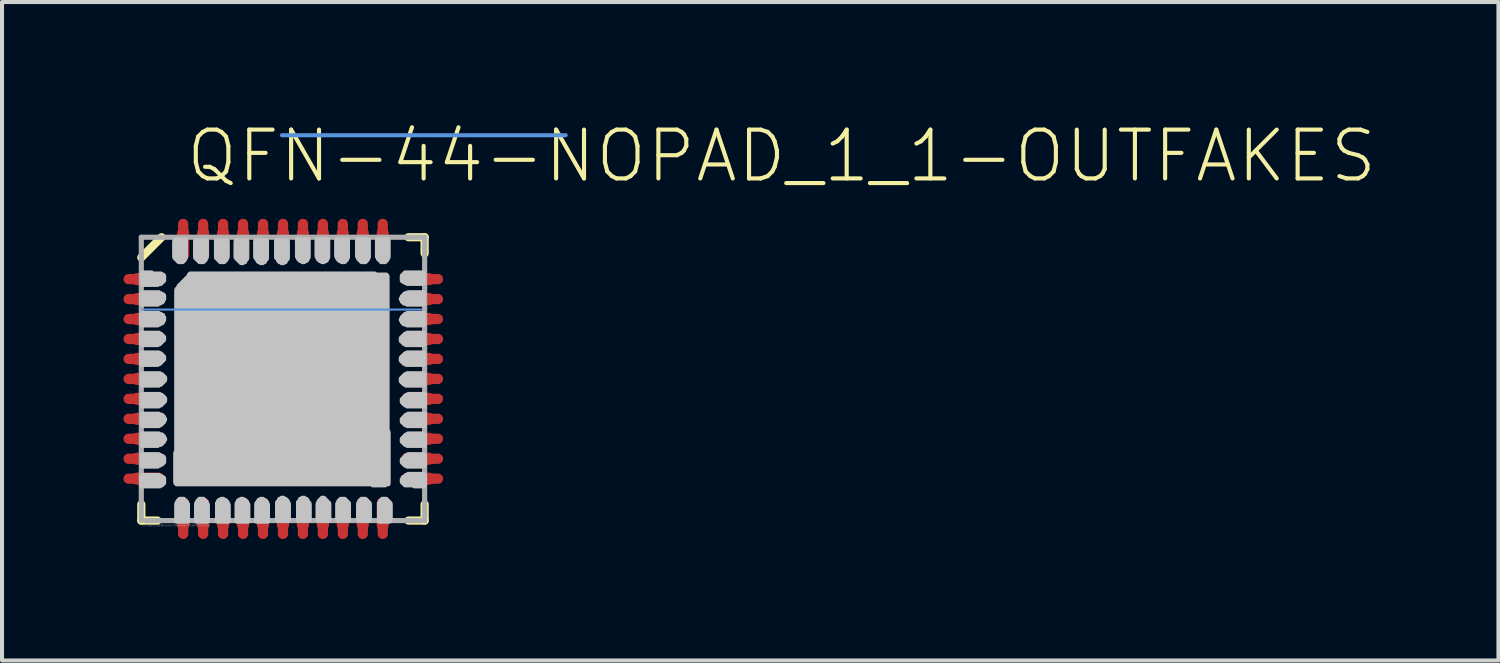
<source format=kicad_pcb>
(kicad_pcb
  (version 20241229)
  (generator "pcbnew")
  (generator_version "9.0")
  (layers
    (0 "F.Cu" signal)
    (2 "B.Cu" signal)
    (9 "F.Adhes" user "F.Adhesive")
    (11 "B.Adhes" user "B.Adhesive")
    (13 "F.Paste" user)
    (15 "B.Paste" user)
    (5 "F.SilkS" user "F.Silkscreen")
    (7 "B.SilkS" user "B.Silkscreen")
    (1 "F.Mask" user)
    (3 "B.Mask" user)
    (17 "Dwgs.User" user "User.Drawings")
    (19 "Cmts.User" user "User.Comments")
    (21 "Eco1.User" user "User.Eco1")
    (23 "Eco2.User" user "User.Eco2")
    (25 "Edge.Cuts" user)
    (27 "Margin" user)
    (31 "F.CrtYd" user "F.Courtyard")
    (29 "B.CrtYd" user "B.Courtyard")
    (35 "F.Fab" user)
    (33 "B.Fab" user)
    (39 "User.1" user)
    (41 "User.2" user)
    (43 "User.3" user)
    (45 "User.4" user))
  (footprint "QFN-44-NOPAD_1_1-OUTFAKES"
    (layer "F.Cu")
    (at 3.941 6.311)
    (property "Reference" "QFN-44-NOPAD_1_1-OUTFAKES" (at -2.45 -4.8 0) (layer "F.SilkS") (effects (font (size 1.206 1.206) (thickness 0.102)) (justify left bottom)))
    (attr through_hole)
    (fp_line (start -3.813 -2.465) (end -3.337 -2.465) (stroke (width 0.254) (type solid)) (layer "F.Cu"))
    (fp_line (start -3.813 -1.972) (end -3.337 -1.972) (stroke (width 0.254) (type solid)) (layer "F.Cu"))
    (fp_line (start -3.813 -1.479) (end -3.337 -1.479) (stroke (width 0.254) (type solid)) (layer "F.Cu"))
    (fp_line (start -3.813 -0.986) (end -3.337 -0.986) (stroke (width 0.254) (type solid)) (layer "F.Cu"))
    (fp_line (start -3.813 -0.493) (end -3.337 -0.493) (stroke (width 0.254) (type solid)) (layer "F.Cu"))
    (fp_line (start -3.813 0) (end -3.337 0) (stroke (width 0.254) (type solid)) (layer "F.Cu"))
    (fp_line (start -3.813 0.493) (end -3.337 0.493) (stroke (width 0.254) (type solid)) (layer "F.Cu"))
    (fp_line (start -3.813 0.986) (end -3.337 0.986) (stroke (width 0.254) (type solid)) (layer "F.Cu"))
    (fp_line (start -3.813 1.479) (end -3.337 1.479) (stroke (width 0.254) (type solid)) (layer "F.Cu"))
    (fp_line (start -3.813 1.972) (end -3.337 1.972) (stroke (width 0.254) (type solid)) (layer "F.Cu"))
    (fp_line (start -3.813 2.465) (end -3.337 2.465) (stroke (width 0.254) (type solid)) (layer "F.Cu"))
    (fp_line (start -2.465 -3.337) (end -2.465 -3.829) (stroke (width 0.254) (type solid)) (layer "F.Cu"))
    (fp_line (start -2.465 3.337) (end -2.465 3.829) (stroke (width 0.254) (type solid)) (layer "F.Cu"))
    (fp_line (start -1.972 -3.337) (end -1.972 -3.829) (stroke (width 0.254) (type solid)) (layer "F.Cu"))
    (fp_line (start -1.972 3.337) (end -1.972 3.829) (stroke (width 0.254) (type solid)) (layer "F.Cu"))
    (fp_line (start -1.479 -3.337) (end -1.479 -3.829) (stroke (width 0.254) (type solid)) (layer "F.Cu"))
    (fp_line (start -1.479 3.337) (end -1.479 3.829) (stroke (width 0.254) (type solid)) (layer "F.Cu"))
    (fp_line (start -0.986 -3.337) (end -0.986 -3.829) (stroke (width 0.254) (type solid)) (layer "F.Cu"))
    (fp_line (start -0.986 3.337) (end -0.986 3.829) (stroke (width 0.254) (type solid)) (layer "F.Cu"))
    (fp_line (start -0.493 -3.337) (end -0.493 -3.829) (stroke (width 0.254) (type solid)) (layer "F.Cu"))
    (fp_line (start -0.493 3.337) (end -0.493 3.829) (stroke (width 0.254) (type solid)) (layer "F.Cu"))
    (fp_line (start 0 -3.337) (end 0 -3.829) (stroke (width 0.254) (type solid)) (layer "F.Cu"))
    (fp_line (start 0 3.337) (end 0 3.829) (stroke (width 0.254) (type solid)) (layer "F.Cu"))
    (fp_line (start 0.493 -3.337) (end 0.493 -3.829) (stroke (width 0.254) (type solid)) (layer "F.Cu"))
    (fp_line (start 0.493 3.337) (end 0.493 3.829) (stroke (width 0.254) (type solid)) (layer "F.Cu"))
    (fp_line (start 0.986 -3.337) (end 0.986 -3.829) (stroke (width 0.254) (type solid)) (layer "F.Cu"))
    (fp_line (start 0.986 3.337) (end 0.986 3.829) (stroke (width 0.254) (type solid)) (layer "F.Cu"))
    (fp_line (start 1.479 -3.337) (end 1.479 -3.829) (stroke (width 0.254) (type solid)) (layer "F.Cu"))
    (fp_line (start 1.479 3.337) (end 1.479 3.829) (stroke (width 0.254) (type solid)) (layer "F.Cu"))
    (fp_line (start 1.972 -3.337) (end 1.972 -3.829) (stroke (width 0.254) (type solid)) (layer "F.Cu"))
    (fp_line (start 1.972 3.337) (end 1.972 3.829) (stroke (width 0.254) (type solid)) (layer "F.Cu"))
    (fp_line (start 2.465 -3.337) (end 2.465 -3.829) (stroke (width 0.254) (type solid)) (layer "F.Cu"))
    (fp_line (start 2.465 3.337) (end 2.465 3.829) (stroke (width 0.254) (type solid)) (layer "F.Cu"))
    (fp_line (start 3.337 -2.465) (end 3.829 -2.465) (stroke (width 0.254) (type solid)) (layer "F.Cu"))
    (fp_line (start 3.337 -1.972) (end 3.829 -1.972) (stroke (width 0.254) (type solid)) (layer "F.Cu"))
    (fp_line (start 3.337 -1.479) (end 3.829 -1.479) (stroke (width 0.254) (type solid)) (layer "F.Cu"))
    (fp_line (start 3.337 -0.986) (end 3.829 -0.986) (stroke (width 0.254) (type solid)) (layer "F.Cu"))
    (fp_line (start 3.337 -0.493) (end 3.829 -0.493) (stroke (width 0.254) (type solid)) (layer "F.Cu"))
    (fp_line (start 3.337 0) (end 3.829 0) (stroke (width 0.254) (type solid)) (layer "F.Cu"))
    (fp_line (start 3.337 0.493) (end 3.829 0.493) (stroke (width 0.254) (type solid)) (layer "F.Cu"))
    (fp_line (start 3.337 0.986) (end 3.829 0.986) (stroke (width 0.254) (type solid)) (layer "F.Cu"))
    (fp_line (start 3.337 1.479) (end 3.829 1.479) (stroke (width 0.254) (type solid)) (layer "F.Cu"))
    (fp_line (start 3.337 1.972) (end 3.829 1.972) (stroke (width 0.254) (type solid)) (layer "F.Cu"))
    (fp_line (start 3.337 2.465) (end 3.829 2.465) (stroke (width 0.254) (type solid)) (layer "F.Cu"))
    (fp_line (start -3.5 3.5) (end -3.5 3.1) (stroke (width 0.203) (type solid)) (layer "F.SilkS"))
    (fp_line (start -3.1 3.5) (end -3.5 3.5) (stroke (width 0.203) (type solid)) (layer "F.SilkS"))
    (fp_line (start -3 -3.5) (end -3.5 -3) (stroke (width 0.203) (type solid)) (layer "F.SilkS"))
    (fp_line (start 3.1 3.5) (end 3.5 3.5) (stroke (width 0.203) (type solid)) (layer "F.SilkS"))
    (fp_line (start 3.5 -3.5) (end 3.1 -3.5) (stroke (width 0.203) (type solid)) (layer "F.SilkS"))
    (fp_line (start 3.5 -3.1) (end 3.5 -3.5) (stroke (width 0.203) (type solid)) (layer "F.SilkS"))
    (fp_line (start 3.5 3.1) (end 3.5 3.5) (stroke (width 0.203) (type solid)) (layer "F.SilkS"))
    (fp_poly (pts (xy -3.502 -2.091) (xy -3.014 -2.091) (xy -3.014 -2.116) (xy -3.502 -2.116)) (stroke (width 0.1) (type solid)) (fill no) (layer "Dwgs.User"))
    (fp_poly (pts (xy -3.502 -2.065) (xy -2.963 -2.065) (xy -2.963 -2.091) (xy -3.502 -2.091)) (stroke (width 0.1) (type solid)) (fill no) (layer "Dwgs.User"))
    (fp_poly (pts (xy -3.502 -2.039) (xy -2.937 -2.039) (xy -2.937 -2.065) (xy -3.502 -2.065)) (stroke (width 0.1) (type solid)) (fill no) (layer "Dwgs.User"))
    (fp_poly (pts (xy -3.502 -2.014) (xy -2.937 -2.014) (xy -2.937 -2.039) (xy -3.502 -2.039)) (stroke (width 0.1) (type solid)) (fill no) (layer "Dwgs.User"))
    (fp_poly (pts (xy -3.502 -1.988) (xy -2.937 -1.988) (xy -2.937 -2.014) (xy -3.502 -2.014)) (stroke (width 0.1) (type solid)) (fill no) (layer "Dwgs.User"))
    (fp_poly (pts (xy -3.502 -1.963) (xy -2.937 -1.963) (xy -2.937 -1.988) (xy -3.502 -1.988)) (stroke (width 0.1) (type solid)) (fill no) (layer "Dwgs.User"))
    (fp_poly (pts (xy -3.502 -1.937) (xy -2.963 -1.937) (xy -2.963 -1.963) (xy -3.502 -1.963)) (stroke (width 0.1) (type solid)) (fill no) (layer "Dwgs.User"))
    (fp_poly (pts (xy -3.502 -1.911) (xy -2.963 -1.911) (xy -2.963 -1.937) (xy -3.502 -1.937)) (stroke (width 0.1) (type solid)) (fill no) (layer "Dwgs.User"))
    (fp_poly (pts (xy -3.502 -1.886) (xy -2.989 -1.886) (xy -2.989 -1.911) (xy -3.502 -1.911)) (stroke (width 0.1) (type solid)) (fill no) (layer "Dwgs.User"))
    (fp_poly (pts (xy -3.502 -1.86) (xy -3.04 -1.86) (xy -3.04 -1.886) (xy -3.502 -1.886)) (stroke (width 0.1) (type solid)) (fill no) (layer "Dwgs.User"))
    (fp_poly (pts (xy -3.502 -1.578) (xy -3.014 -1.578) (xy -3.014 -1.603) (xy -3.502 -1.603)) (stroke (width 0.1) (type solid)) (fill no) (layer "Dwgs.User"))
    (fp_poly (pts (xy -3.502 -1.552) (xy -2.963 -1.552) (xy -2.963 -1.578) (xy -3.502 -1.578)) (stroke (width 0.1) (type solid)) (fill no) (layer "Dwgs.User"))
    (fp_poly (pts (xy -3.502 -1.526) (xy -2.963 -1.526) (xy -2.963 -1.552) (xy -3.502 -1.552)) (stroke (width 0.1) (type solid)) (fill no) (layer "Dwgs.User"))
    (fp_poly (pts (xy -3.502 -1.501) (xy -2.937 -1.501) (xy -2.937 -1.526) (xy -3.502 -1.526)) (stroke (width 0.1) (type solid)) (fill no) (layer "Dwgs.User"))
    (fp_poly (pts (xy -3.502 -1.475) (xy -2.937 -1.475) (xy -2.937 -1.501) (xy -3.502 -1.501)) (stroke (width 0.1) (type solid)) (fill no) (layer "Dwgs.User"))
    (fp_poly (pts (xy -3.502 -1.449) (xy -2.937 -1.449) (xy -2.937 -1.475) (xy -3.502 -1.475)) (stroke (width 0.1) (type solid)) (fill no) (layer "Dwgs.User"))
    (fp_poly (pts (xy -3.502 -1.424) (xy -2.963 -1.424) (xy -2.963 -1.449) (xy -3.502 -1.449)) (stroke (width 0.1) (type solid)) (fill no) (layer "Dwgs.User"))
    (fp_poly (pts (xy -3.502 -1.398) (xy -2.963 -1.398) (xy -2.963 -1.424) (xy -3.502 -1.424)) (stroke (width 0.1) (type solid)) (fill no) (layer "Dwgs.User"))
    (fp_poly (pts (xy -3.502 -1.372) (xy -2.989 -1.372) (xy -2.989 -1.398) (xy -3.502 -1.398)) (stroke (width 0.1) (type solid)) (fill no) (layer "Dwgs.User"))
    (fp_poly (pts (xy -3.502 -1.347) (xy -3.04 -1.347) (xy -3.04 -1.372) (xy -3.502 -1.372)) (stroke (width 0.1) (type solid)) (fill no) (layer "Dwgs.User"))
    (fp_poly (pts (xy -3.502 -1.116) (xy -3.066 -1.116) (xy -3.066 -1.142) (xy -3.502 -1.142)) (stroke (width 0.1) (type solid)) (fill no) (layer "Dwgs.User"))
    (fp_poly (pts (xy -3.502 -1.09) (xy -3.014 -1.09) (xy -3.014 -1.116) (xy -3.502 -1.116)) (stroke (width 0.1) (type solid)) (fill no) (layer "Dwgs.User"))
    (fp_poly (pts (xy -3.502 -1.065) (xy -2.989 -1.065) (xy -2.989 -1.09) (xy -3.502 -1.09)) (stroke (width 0.1) (type solid)) (fill no) (layer "Dwgs.User"))
    (fp_poly (pts (xy -3.502 -1.039) (xy -2.963 -1.039) (xy -2.963 -1.065) (xy -3.502 -1.065)) (stroke (width 0.1) (type solid)) (fill no) (layer "Dwgs.User"))
    (fp_poly (pts (xy -3.502 -1.013) (xy -2.937 -1.013) (xy -2.937 -1.039) (xy -3.502 -1.039)) (stroke (width 0.1) (type solid)) (fill no) (layer "Dwgs.User"))
    (fp_poly (pts (xy -3.502 -0.988) (xy -2.937 -0.988) (xy -2.937 -1.013) (xy -3.502 -1.013)) (stroke (width 0.1) (type solid)) (fill no) (layer "Dwgs.User"))
    (fp_poly (pts (xy -3.502 -0.962) (xy -2.937 -0.962) (xy -2.937 -0.988) (xy -3.502 -0.988)) (stroke (width 0.1) (type solid)) (fill no) (layer "Dwgs.User"))
    (fp_poly (pts (xy -3.502 -0.936) (xy -2.963 -0.936) (xy -2.963 -0.962) (xy -3.502 -0.962)) (stroke (width 0.1) (type solid)) (fill no) (layer "Dwgs.User"))
    (fp_poly (pts (xy -3.502 -0.911) (xy -2.989 -0.911) (xy -2.989 -0.936) (xy -3.502 -0.936)) (stroke (width 0.1) (type solid)) (fill no) (layer "Dwgs.User"))
    (fp_poly (pts (xy -3.502 -0.885) (xy -3.014 -0.885) (xy -3.014 -0.911) (xy -3.502 -0.911)) (stroke (width 0.1) (type solid)) (fill no) (layer "Dwgs.User"))
    (fp_poly (pts (xy -3.502 -0.859) (xy -3.04 -0.859) (xy -3.04 -0.885) (xy -3.502 -0.885)) (stroke (width 0.1) (type solid)) (fill no) (layer "Dwgs.User"))
    (fp_poly (pts (xy -3.502 -0.629) (xy -3.066 -0.629) (xy -3.066 -0.654) (xy -3.502 -0.654)) (stroke (width 0.1) (type solid)) (fill no) (layer "Dwgs.User"))
    (fp_poly (pts (xy -3.502 -0.603) (xy -3.014 -0.603) (xy -3.014 -0.629) (xy -3.502 -0.629)) (stroke (width 0.1) (type solid)) (fill no) (layer "Dwgs.User"))
    (fp_poly (pts (xy -3.502 -0.577) (xy -2.989 -0.577) (xy -2.989 -0.603) (xy -3.502 -0.603)) (stroke (width 0.1) (type solid)) (fill no) (layer "Dwgs.User"))
    (fp_poly (pts (xy -3.502 -0.552) (xy -2.963 -0.552) (xy -2.963 -0.577) (xy -3.502 -0.577)) (stroke (width 0.1) (type solid)) (fill no) (layer "Dwgs.User"))
    (fp_poly (pts (xy -3.502 -0.526) (xy -2.937 -0.526) (xy -2.937 -0.552) (xy -3.502 -0.552)) (stroke (width 0.1) (type solid)) (fill no) (layer "Dwgs.User"))
    (fp_poly (pts (xy -3.502 -0.5) (xy -2.937 -0.5) (xy -2.937 -0.526) (xy -3.502 -0.526)) (stroke (width 0.1) (type solid)) (fill no) (layer "Dwgs.User"))
    (fp_poly (pts (xy -3.502 -0.475) (xy -2.937 -0.475) (xy -2.937 -0.5) (xy -3.502 -0.5)) (stroke (width 0.1) (type solid)) (fill no) (layer "Dwgs.User"))
    (fp_poly (pts (xy -3.502 -0.449) (xy -2.963 -0.449) (xy -2.963 -0.475) (xy -3.502 -0.475)) (stroke (width 0.1) (type solid)) (fill no) (layer "Dwgs.User"))
    (fp_poly (pts (xy -3.502 -0.423) (xy -2.989 -0.423) (xy -2.989 -0.449) (xy -3.502 -0.449)) (stroke (width 0.1) (type solid)) (fill no) (layer "Dwgs.User"))
    (fp_poly (pts (xy -3.502 -0.398) (xy -3.014 -0.398) (xy -3.014 -0.423) (xy -3.502 -0.423)) (stroke (width 0.1) (type solid)) (fill no) (layer "Dwgs.User"))
    (fp_poly (pts (xy -3.502 -0.372) (xy -3.04 -0.372) (xy -3.04 -0.398) (xy -3.502 -0.398)) (stroke (width 0.1) (type solid)) (fill no) (layer "Dwgs.User"))
    (fp_poly (pts (xy -3.502 -0.346) (xy -3.091 -0.346) (xy -3.091 -0.372) (xy -3.502 -0.372)) (stroke (width 0.1) (type solid)) (fill no) (layer "Dwgs.User"))
    (fp_poly (pts (xy -3.502 2.424) (xy -3.014 2.424) (xy -3.014 2.399) (xy -3.502 2.399)) (stroke (width 0.1) (type solid)) (fill no) (layer "Dwgs.User"))
    (fp_poly (pts (xy -3.502 2.45) (xy -2.963 2.45) (xy -2.963 2.424) (xy -3.502 2.424)) (stroke (width 0.1) (type solid)) (fill no) (layer "Dwgs.User"))
    (fp_poly (pts (xy -3.502 2.476) (xy -2.937 2.476) (xy -2.937 2.45) (xy -3.502 2.45)) (stroke (width 0.1) (type solid)) (fill no) (layer "Dwgs.User"))
    (fp_poly (pts (xy -3.502 2.501) (xy -2.937 2.501) (xy -2.937 2.476) (xy -3.502 2.476)) (stroke (width 0.1) (type solid)) (fill no) (layer "Dwgs.User"))
    (fp_poly (pts (xy -3.502 2.527) (xy -2.937 2.527) (xy -2.937 2.501) (xy -3.502 2.501)) (stroke (width 0.1) (type solid)) (fill no) (layer "Dwgs.User"))
    (fp_poly (pts (xy -3.502 2.553) (xy -2.937 2.553) (xy -2.937 2.527) (xy -3.502 2.527)) (stroke (width 0.1) (type solid)) (fill no) (layer "Dwgs.User"))
    (fp_poly (pts (xy -3.502 2.578) (xy -2.937 2.578) (xy -2.937 2.553) (xy -3.502 2.553)) (stroke (width 0.1) (type solid)) (fill no) (layer "Dwgs.User"))
    (fp_poly (pts (xy -3.502 2.604) (xy -2.963 2.604) (xy -2.963 2.578) (xy -3.502 2.578)) (stroke (width 0.1) (type solid)) (fill no) (layer "Dwgs.User"))
    (fp_poly (pts (xy -3.502 2.63) (xy -2.989 2.63) (xy -2.989 2.604) (xy -3.502 2.604)) (stroke (width 0.1) (type solid)) (fill no) (layer "Dwgs.User"))
    (fp_poly (pts (xy -3.502 2.655) (xy -3.04 2.655) (xy -3.04 2.63) (xy -3.502 2.63)) (stroke (width 0.1) (type solid)) (fill no) (layer "Dwgs.User"))
    (fp_poly (pts (xy -3.476 -2.604) (xy -3.245 -2.604) (xy -3.245 -2.63) (xy -3.476 -2.63)) (stroke (width 0.1) (type solid)) (fill no) (layer "Dwgs.User"))
    (fp_poly (pts (xy -3.476 -2.578) (xy -3.014 -2.578) (xy -3.014 -2.604) (xy -3.476 -2.604)) (stroke (width 0.1) (type solid)) (fill no) (layer "Dwgs.User"))
    (fp_poly (pts (xy -3.476 -2.553) (xy -2.963 -2.553) (xy -2.963 -2.578) (xy -3.476 -2.578)) (stroke (width 0.1) (type solid)) (fill no) (layer "Dwgs.User"))
    (fp_poly (pts (xy -3.476 -2.527) (xy -2.937 -2.527) (xy -2.937 -2.553) (xy -3.476 -2.553)) (stroke (width 0.1) (type solid)) (fill no) (layer "Dwgs.User"))
    (fp_poly (pts (xy -3.476 -2.501) (xy -2.937 -2.501) (xy -2.937 -2.527) (xy -3.476 -2.527)) (stroke (width 0.1) (type solid)) (fill no) (layer "Dwgs.User"))
    (fp_poly (pts (xy -3.476 -2.476) (xy -2.937 -2.476) (xy -2.937 -2.501) (xy -3.476 -2.501)) (stroke (width 0.1) (type solid)) (fill no) (layer "Dwgs.User"))
    (fp_poly (pts (xy -3.476 -2.45) (xy -2.937 -2.45) (xy -2.937 -2.476) (xy -3.476 -2.476)) (stroke (width 0.1) (type solid)) (fill no) (layer "Dwgs.User"))
    (fp_poly (pts (xy -3.476 -2.424) (xy -2.937 -2.424) (xy -2.937 -2.45) (xy -3.476 -2.45)) (stroke (width 0.1) (type solid)) (fill no) (layer "Dwgs.User"))
    (fp_poly (pts (xy -3.476 -2.399) (xy -2.963 -2.399) (xy -2.963 -2.424) (xy -3.476 -2.424)) (stroke (width 0.1) (type solid)) (fill no) (layer "Dwgs.User"))
    (fp_poly (pts (xy -3.476 -2.373) (xy -2.989 -2.373) (xy -2.989 -2.399) (xy -3.476 -2.399)) (stroke (width 0.1) (type solid)) (fill no) (layer "Dwgs.User"))
    (fp_poly (pts (xy -3.476 -2.347) (xy -3.014 -2.347) (xy -3.014 -2.373) (xy -3.476 -2.373)) (stroke (width 0.1) (type solid)) (fill no) (layer "Dwgs.User"))
    (fp_poly (pts (xy -3.476 -2.322) (xy -3.091 -2.322) (xy -3.091 -2.347) (xy -3.476 -2.347)) (stroke (width 0.1) (type solid)) (fill no) (layer "Dwgs.User"))
    (fp_poly (pts (xy -3.476 -2.116) (xy -3.066 -2.116) (xy -3.066 -2.142) (xy -3.476 -2.142)) (stroke (width 0.1) (type solid)) (fill no) (layer "Dwgs.User"))
    (fp_poly (pts (xy -3.476 -1.834) (xy -3.091 -1.834) (xy -3.091 -1.86) (xy -3.476 -1.86)) (stroke (width 0.1) (type solid)) (fill no) (layer "Dwgs.User"))
    (fp_poly (pts (xy -3.476 -1.603) (xy -3.066 -1.603) (xy -3.066 -1.629) (xy -3.476 -1.629)) (stroke (width 0.1) (type solid)) (fill no) (layer "Dwgs.User"))
    (fp_poly (pts (xy -3.476 -1.321) (xy -3.091 -1.321) (xy -3.091 -1.347) (xy -3.476 -1.347)) (stroke (width 0.1) (type solid)) (fill no) (layer "Dwgs.User"))
    (fp_poly (pts (xy -3.476 -0.834) (xy -3.091 -0.834) (xy -3.091 -0.859) (xy -3.476 -0.859)) (stroke (width 0.1) (type solid)) (fill no) (layer "Dwgs.User"))
    (fp_poly (pts (xy -3.476 -0.115) (xy -3.04 -0.115) (xy -3.04 -0.141) (xy -3.476 -0.141)) (stroke (width 0.1) (type solid)) (fill no) (layer "Dwgs.User"))
    (fp_poly (pts (xy -3.476 -0.09) (xy -2.989 -0.09) (xy -2.989 -0.115) (xy -3.476 -0.115)) (stroke (width 0.1) (type solid)) (fill no) (layer "Dwgs.User"))
    (fp_poly (pts (xy -3.476 -0.064) (xy -2.963 -0.064) (xy -2.963 -0.09) (xy -3.476 -0.09)) (stroke (width 0.1) (type solid)) (fill no) (layer "Dwgs.User"))
    (fp_poly (pts (xy -3.476 -0.038) (xy -2.937 -0.038) (xy -2.937 -0.064) (xy -3.476 -0.064)) (stroke (width 0.1) (type solid)) (fill no) (layer "Dwgs.User"))
    (fp_poly (pts (xy -3.476 -0.013) (xy -2.912 -0.013) (xy -2.912 -0.038) (xy -3.476 -0.038)) (stroke (width 0.1) (type solid)) (fill no) (layer "Dwgs.User"))
    (fp_poly (pts (xy -3.476 0.013) (xy -2.912 0.013) (xy -2.912 -0.013) (xy -3.476 -0.013)) (stroke (width 0.1) (type solid)) (fill no) (layer "Dwgs.User"))
    (fp_poly (pts (xy -3.476 0.038) (xy -2.912 0.038) (xy -2.912 0.013) (xy -3.476 0.013)) (stroke (width 0.1) (type solid)) (fill no) (layer "Dwgs.User"))
    (fp_poly (pts (xy -3.476 0.064) (xy -2.937 0.064) (xy -2.937 0.038) (xy -3.476 0.038)) (stroke (width 0.1) (type solid)) (fill no) (layer "Dwgs.User"))
    (fp_poly (pts (xy -3.476 0.09) (xy -2.963 0.09) (xy -2.963 0.064) (xy -3.476 0.064)) (stroke (width 0.1) (type solid)) (fill no) (layer "Dwgs.User"))
    (fp_poly (pts (xy -3.476 0.115) (xy -2.989 0.115) (xy -2.989 0.09) (xy -3.476 0.09)) (stroke (width 0.1) (type solid)) (fill no) (layer "Dwgs.User"))
    (fp_poly (pts (xy -3.476 0.141) (xy -3.014 0.141) (xy -3.014 0.115) (xy -3.476 0.115)) (stroke (width 0.1) (type solid)) (fill no) (layer "Dwgs.User"))
    (fp_poly (pts (xy -3.476 0.167) (xy -3.066 0.167) (xy -3.066 0.141) (xy -3.476 0.141)) (stroke (width 0.1) (type solid)) (fill no) (layer "Dwgs.User"))
    (fp_poly (pts (xy -3.476 0.398) (xy -3.04 0.398) (xy -3.04 0.372) (xy -3.476 0.372)) (stroke (width 0.1) (type solid)) (fill no) (layer "Dwgs.User"))
    (fp_poly (pts (xy -3.476 0.423) (xy -2.989 0.423) (xy -2.989 0.398) (xy -3.476 0.398)) (stroke (width 0.1) (type solid)) (fill no) (layer "Dwgs.User"))
    (fp_poly (pts (xy -3.476 0.449) (xy -2.963 0.449) (xy -2.963 0.423) (xy -3.476 0.423)) (stroke (width 0.1) (type solid)) (fill no) (layer "Dwgs.User"))
    (fp_poly (pts (xy -3.476 0.475) (xy -2.937 0.475) (xy -2.937 0.449) (xy -3.476 0.449)) (stroke (width 0.1) (type solid)) (fill no) (layer "Dwgs.User"))
    (fp_poly (pts (xy -3.476 0.5) (xy -2.912 0.5) (xy -2.912 0.475) (xy -3.476 0.475)) (stroke (width 0.1) (type solid)) (fill no) (layer "Dwgs.User"))
    (fp_poly (pts (xy -3.476 0.526) (xy -2.912 0.526) (xy -2.912 0.5) (xy -3.476 0.5)) (stroke (width 0.1) (type solid)) (fill no) (layer "Dwgs.User"))
    (fp_poly (pts (xy -3.476 0.552) (xy -2.912 0.552) (xy -2.912 0.526) (xy -3.476 0.526)) (stroke (width 0.1) (type solid)) (fill no) (layer "Dwgs.User"))
    (fp_poly (pts (xy -3.476 0.577) (xy -2.937 0.577) (xy -2.937 0.552) (xy -3.476 0.552)) (stroke (width 0.1) (type solid)) (fill no) (layer "Dwgs.User"))
    (fp_poly (pts (xy -3.476 0.603) (xy -2.963 0.603) (xy -2.963 0.577) (xy -3.476 0.577)) (stroke (width 0.1) (type solid)) (fill no) (layer "Dwgs.User"))
    (fp_poly (pts (xy -3.476 0.629) (xy -2.989 0.629) (xy -2.989 0.603) (xy -3.476 0.603)) (stroke (width 0.1) (type solid)) (fill no) (layer "Dwgs.User"))
    (fp_poly (pts (xy -3.476 0.654) (xy -3.014 0.654) (xy -3.014 0.629) (xy -3.476 0.629)) (stroke (width 0.1) (type solid)) (fill no) (layer "Dwgs.User"))
    (fp_poly (pts (xy -3.476 0.68) (xy -3.066 0.68) (xy -3.066 0.654) (xy -3.476 0.654)) (stroke (width 0.1) (type solid)) (fill no) (layer "Dwgs.User"))
    (fp_poly (pts (xy -3.476 0.885) (xy -3.066 0.885) (xy -3.066 0.859) (xy -3.476 0.859)) (stroke (width 0.1) (type solid)) (fill no) (layer "Dwgs.User"))
    (fp_poly (pts (xy -3.476 0.911) (xy -2.989 0.911) (xy -2.989 0.885) (xy -3.476 0.885)) (stroke (width 0.1) (type solid)) (fill no) (layer "Dwgs.User"))
    (fp_poly (pts (xy -3.476 0.936) (xy -2.963 0.936) (xy -2.963 0.911) (xy -3.476 0.911)) (stroke (width 0.1) (type solid)) (fill no) (layer "Dwgs.User"))
    (fp_poly (pts (xy -3.476 0.962) (xy -2.937 0.962) (xy -2.937 0.936) (xy -3.476 0.936)) (stroke (width 0.1) (type solid)) (fill no) (layer "Dwgs.User"))
    (fp_poly (pts (xy -3.476 0.988) (xy -2.937 0.988) (xy -2.937 0.962) (xy -3.476 0.962)) (stroke (width 0.1) (type solid)) (fill no) (layer "Dwgs.User"))
    (fp_poly (pts (xy -3.476 1.013) (xy -2.912 1.013) (xy -2.912 0.988) (xy -3.476 0.988)) (stroke (width 0.1) (type solid)) (fill no) (layer "Dwgs.User"))
    (fp_poly (pts (xy -3.476 1.039) (xy -2.937 1.039) (xy -2.937 1.013) (xy -3.476 1.013)) (stroke (width 0.1) (type solid)) (fill no) (layer "Dwgs.User"))
    (fp_poly (pts (xy -3.476 1.065) (xy -2.937 1.065) (xy -2.937 1.039) (xy -3.476 1.039)) (stroke (width 0.1) (type solid)) (fill no) (layer "Dwgs.User"))
    (fp_poly (pts (xy -3.476 1.09) (xy -2.963 1.09) (xy -2.963 1.065) (xy -3.476 1.065)) (stroke (width 0.1) (type solid)) (fill no) (layer "Dwgs.User"))
    (fp_poly (pts (xy -3.476 1.116) (xy -2.989 1.116) (xy -2.989 1.09) (xy -3.476 1.09)) (stroke (width 0.1) (type solid)) (fill no) (layer "Dwgs.User"))
    (fp_poly (pts (xy -3.476 1.142) (xy -3.014 1.142) (xy -3.014 1.116) (xy -3.476 1.116)) (stroke (width 0.1) (type solid)) (fill no) (layer "Dwgs.User"))
    (fp_poly (pts (xy -3.476 1.167) (xy -3.066 1.167) (xy -3.066 1.142) (xy -3.476 1.142)) (stroke (width 0.1) (type solid)) (fill no) (layer "Dwgs.User"))
    (fp_poly (pts (xy -3.476 1.372) (xy -3.066 1.372) (xy -3.066 1.347) (xy -3.476 1.347)) (stroke (width 0.1) (type solid)) (fill no) (layer "Dwgs.User"))
    (fp_poly (pts (xy -3.476 1.398) (xy -2.989 1.398) (xy -2.989 1.372) (xy -3.476 1.372)) (stroke (width 0.1) (type solid)) (fill no) (layer "Dwgs.User"))
    (fp_poly (pts (xy -3.476 1.424) (xy -2.963 1.424) (xy -2.963 1.398) (xy -3.476 1.398)) (stroke (width 0.1) (type solid)) (fill no) (layer "Dwgs.User"))
    (fp_poly (pts (xy -3.476 1.449) (xy -2.937 1.449) (xy -2.937 1.424) (xy -3.476 1.424)) (stroke (width 0.1) (type solid)) (fill no) (layer "Dwgs.User"))
    (fp_poly (pts (xy -3.476 1.475) (xy -2.937 1.475) (xy -2.937 1.449) (xy -3.476 1.449)) (stroke (width 0.1) (type solid)) (fill no) (layer "Dwgs.User"))
    (fp_poly (pts (xy -3.476 1.501) (xy -2.912 1.501) (xy -2.912 1.475) (xy -3.476 1.475)) (stroke (width 0.1) (type solid)) (fill no) (layer "Dwgs.User"))
    (fp_poly (pts (xy -3.476 1.526) (xy -2.937 1.526) (xy -2.937 1.501) (xy -3.476 1.501)) (stroke (width 0.1) (type solid)) (fill no) (layer "Dwgs.User"))
    (fp_poly (pts (xy -3.476 1.552) (xy -2.937 1.552) (xy -2.937 1.526) (xy -3.476 1.526)) (stroke (width 0.1) (type solid)) (fill no) (layer "Dwgs.User"))
    (fp_poly (pts (xy -3.476 1.578) (xy -2.963 1.578) (xy -2.963 1.552) (xy -3.476 1.552)) (stroke (width 0.1) (type solid)) (fill no) (layer "Dwgs.User"))
    (fp_poly (pts (xy -3.476 1.603) (xy -2.989 1.603) (xy -2.989 1.578) (xy -3.476 1.578)) (stroke (width 0.1) (type solid)) (fill no) (layer "Dwgs.User"))
    (fp_poly (pts (xy -3.476 1.629) (xy -3.014 1.629) (xy -3.014 1.603) (xy -3.476 1.603)) (stroke (width 0.1) (type solid)) (fill no) (layer "Dwgs.User"))
    (fp_poly (pts (xy -3.476 1.655) (xy -3.091 1.655) (xy -3.091 1.629) (xy -3.476 1.629)) (stroke (width 0.1) (type solid)) (fill no) (layer "Dwgs.User"))
    (fp_poly (pts (xy -3.476 1.886) (xy -3.066 1.886) (xy -3.066 1.86) (xy -3.476 1.86)) (stroke (width 0.1) (type solid)) (fill no) (layer "Dwgs.User"))
    (fp_poly (pts (xy -3.476 1.911) (xy -3.014 1.911) (xy -3.014 1.886) (xy -3.476 1.886)) (stroke (width 0.1) (type solid)) (fill no) (layer "Dwgs.User"))
    (fp_poly (pts (xy -3.476 1.937) (xy -2.963 1.937) (xy -2.963 1.911) (xy -3.476 1.911)) (stroke (width 0.1) (type solid)) (fill no) (layer "Dwgs.User"))
    (fp_poly (pts (xy -3.476 1.963) (xy -2.937 1.963) (xy -2.937 1.937) (xy -3.476 1.937)) (stroke (width 0.1) (type solid)) (fill no) (layer "Dwgs.User"))
    (fp_poly (pts (xy -3.476 1.988) (xy -2.937 1.988) (xy -2.937 1.963) (xy -3.476 1.963)) (stroke (width 0.1) (type solid)) (fill no) (layer "Dwgs.User"))
    (fp_poly (pts (xy -3.476 2.014) (xy -2.937 2.014) (xy -2.937 1.988) (xy -3.476 1.988)) (stroke (width 0.1) (type solid)) (fill no) (layer "Dwgs.User"))
    (fp_poly (pts (xy -3.476 2.039) (xy -2.937 2.039) (xy -2.937 2.014) (xy -3.476 2.014)) (stroke (width 0.1) (type solid)) (fill no) (layer "Dwgs.User"))
    (fp_poly (pts (xy -3.476 2.065) (xy -2.937 2.065) (xy -2.937 2.039) (xy -3.476 2.039)) (stroke (width 0.1) (type solid)) (fill no) (layer "Dwgs.User"))
    (fp_poly (pts (xy -3.476 2.091) (xy -2.963 2.091) (xy -2.963 2.065) (xy -3.476 2.065)) (stroke (width 0.1) (type solid)) (fill no) (layer "Dwgs.User"))
    (fp_poly (pts (xy -3.476 2.116) (xy -2.989 2.116) (xy -2.989 2.091) (xy -3.476 2.091)) (stroke (width 0.1) (type solid)) (fill no) (layer "Dwgs.User"))
    (fp_poly (pts (xy -3.476 2.142) (xy -3.04 2.142) (xy -3.04 2.116) (xy -3.476 2.116)) (stroke (width 0.1) (type solid)) (fill no) (layer "Dwgs.User"))
    (fp_poly (pts (xy -3.476 2.168) (xy -3.091 2.168) (xy -3.091 2.142) (xy -3.476 2.142)) (stroke (width 0.1) (type solid)) (fill no) (layer "Dwgs.User"))
    (fp_poly (pts (xy -3.476 2.399) (xy -3.066 2.399) (xy -3.066 2.373) (xy -3.476 2.373)) (stroke (width 0.1) (type solid)) (fill no) (layer "Dwgs.User"))
    (fp_poly (pts (xy -2.681 -3.399) (xy -2.399 -3.399) (xy -2.399 -3.425) (xy -2.681 -3.425)) (stroke (width 0.1) (type solid)) (fill no) (layer "Dwgs.User"))
    (fp_poly (pts (xy -2.681 -3.373) (xy -2.399 -3.373) (xy -2.399 -3.399) (xy -2.681 -3.399)) (stroke (width 0.1) (type solid)) (fill no) (layer "Dwgs.User"))
    (fp_poly (pts (xy -2.681 -3.348) (xy -2.399 -3.348) (xy -2.399 -3.373) (xy -2.681 -3.373)) (stroke (width 0.1) (type solid)) (fill no) (layer "Dwgs.User"))
    (fp_poly (pts (xy -2.681 -3.322) (xy -2.399 -3.322) (xy -2.399 -3.348) (xy -2.681 -3.348)) (stroke (width 0.1) (type solid)) (fill no) (layer "Dwgs.User"))
    (fp_poly (pts (xy -2.681 -3.297) (xy -2.399 -3.297) (xy -2.399 -3.322) (xy -2.681 -3.322)) (stroke (width 0.1) (type solid)) (fill no) (layer "Dwgs.User"))
    (fp_poly (pts (xy -2.681 -3.271) (xy -2.399 -3.271) (xy -2.399 -3.297) (xy -2.681 -3.297)) (stroke (width 0.1) (type solid)) (fill no) (layer "Dwgs.User"))
    (fp_poly (pts (xy -2.681 -3.245) (xy -2.399 -3.245) (xy -2.399 -3.271) (xy -2.681 -3.271)) (stroke (width 0.1) (type solid)) (fill no) (layer "Dwgs.User"))
    (fp_poly (pts (xy -2.681 -3.22) (xy -2.399 -3.22) (xy -2.399 -3.245) (xy -2.681 -3.245)) (stroke (width 0.1) (type solid)) (fill no) (layer "Dwgs.User"))
    (fp_poly (pts (xy -2.681 -3.194) (xy -2.399 -3.194) (xy -2.399 -3.22) (xy -2.681 -3.22)) (stroke (width 0.1) (type solid)) (fill no) (layer "Dwgs.User"))
    (fp_poly (pts (xy -2.681 -3.168) (xy -2.399 -3.168) (xy -2.399 -3.194) (xy -2.681 -3.194)) (stroke (width 0.1) (type solid)) (fill no) (layer "Dwgs.User"))
    (fp_poly (pts (xy -2.681 -3.143) (xy -2.399 -3.143) (xy -2.399 -3.168) (xy -2.681 -3.168)) (stroke (width 0.1) (type solid)) (fill no) (layer "Dwgs.User"))
    (fp_poly (pts (xy -2.681 -3.117) (xy -2.399 -3.117) (xy -2.399 -3.143) (xy -2.681 -3.143)) (stroke (width 0.1) (type solid)) (fill no) (layer "Dwgs.User"))
    (fp_poly (pts (xy -2.681 -3.091) (xy -2.399 -3.091) (xy -2.399 -3.117) (xy -2.681 -3.117)) (stroke (width 0.1) (type solid)) (fill no) (layer "Dwgs.User"))
    (fp_poly (pts (xy -2.681 -3.066) (xy -2.399 -3.066) (xy -2.399 -3.091) (xy -2.681 -3.091)) (stroke (width 0.1) (type solid)) (fill no) (layer "Dwgs.User"))
    (fp_poly (pts (xy -2.681 -3.04) (xy -2.399 -3.04) (xy -2.399 -3.066) (xy -2.681 -3.066)) (stroke (width 0.1) (type solid)) (fill no) (layer "Dwgs.User"))
    (fp_poly (pts (xy -2.681 -3.014) (xy -2.399 -3.014) (xy -2.399 -3.04) (xy -2.681 -3.04)) (stroke (width 0.1) (type solid)) (fill no) (layer "Dwgs.User"))
    (fp_poly (pts (xy -2.681 -2.989) (xy -2.399 -2.989) (xy -2.399 -3.014) (xy -2.681 -3.014)) (stroke (width 0.1) (type solid)) (fill no) (layer "Dwgs.User"))
    (fp_poly (pts (xy -2.655 -3.425) (xy -2.399 -3.425) (xy -2.399 -3.45) (xy -2.655 -3.45)) (stroke (width 0.1) (type solid)) (fill no) (layer "Dwgs.User"))
    (fp_poly (pts (xy -2.655 -2.963) (xy -2.424 -2.963) (xy -2.424 -2.989) (xy -2.655 -2.989)) (stroke (width 0.1) (type solid)) (fill no) (layer "Dwgs.User"))
    (fp_poly (pts (xy -2.655 1.834) (xy 2.604 1.834) (xy 2.604 1.809) (xy -2.655 1.809)) (stroke (width 0.1) (type solid)) (fill no) (layer "Dwgs.User"))
    (fp_poly (pts (xy -2.655 1.86) (xy 2.604 1.86) (xy 2.604 1.834) (xy -2.655 1.834)) (stroke (width 0.1) (type solid)) (fill no) (layer "Dwgs.User"))
    (fp_poly (pts (xy -2.655 1.886) (xy 2.604 1.886) (xy 2.604 1.86) (xy -2.655 1.86)) (stroke (width 0.1) (type solid)) (fill no) (layer "Dwgs.User"))
    (fp_poly (pts (xy -2.655 1.911) (xy 2.604 1.911) (xy 2.604 1.886) (xy -2.655 1.886)) (stroke (width 0.1) (type solid)) (fill no) (layer "Dwgs.User"))
    (fp_poly (pts (xy -2.655 1.937) (xy 2.604 1.937) (xy 2.604 1.911) (xy -2.655 1.911)) (stroke (width 0.1) (type solid)) (fill no) (layer "Dwgs.User"))
    (fp_poly (pts (xy -2.655 1.963) (xy 2.604 1.963) (xy 2.604 1.937) (xy -2.655 1.937)) (stroke (width 0.1) (type solid)) (fill no) (layer "Dwgs.User"))
    (fp_poly (pts (xy -2.655 1.988) (xy 2.604 1.988) (xy 2.604 1.963) (xy -2.655 1.963)) (stroke (width 0.1) (type solid)) (fill no) (layer "Dwgs.User"))
    (fp_poly (pts (xy -2.655 2.014) (xy 2.604 2.014) (xy 2.604 1.988) (xy -2.655 1.988)) (stroke (width 0.1) (type solid)) (fill no) (layer "Dwgs.User"))
    (fp_poly (pts (xy -2.655 2.039) (xy 2.604 2.039) (xy 2.604 2.014) (xy -2.655 2.014)) (stroke (width 0.1) (type solid)) (fill no) (layer "Dwgs.User"))
    (fp_poly (pts (xy -2.655 2.065) (xy 2.604 2.065) (xy 2.604 2.039) (xy -2.655 2.039)) (stroke (width 0.1) (type solid)) (fill no) (layer "Dwgs.User"))
    (fp_poly (pts (xy -2.655 2.091) (xy 2.604 2.091) (xy 2.604 2.065) (xy -2.655 2.065)) (stroke (width 0.1) (type solid)) (fill no) (layer "Dwgs.User"))
    (fp_poly (pts (xy -2.655 2.116) (xy 2.604 2.116) (xy 2.604 2.091) (xy -2.655 2.091)) (stroke (width 0.1) (type solid)) (fill no) (layer "Dwgs.User"))
    (fp_poly (pts (xy -2.655 2.142) (xy 2.604 2.142) (xy 2.604 2.116) (xy -2.655 2.116)) (stroke (width 0.1) (type solid)) (fill no) (layer "Dwgs.User"))
    (fp_poly (pts (xy -2.655 2.168) (xy 2.604 2.168) (xy 2.604 2.142) (xy -2.655 2.142)) (stroke (width 0.1) (type solid)) (fill no) (layer "Dwgs.User"))
    (fp_poly (pts (xy -2.655 2.193) (xy 2.604 2.193) (xy 2.604 2.168) (xy -2.655 2.168)) (stroke (width 0.1) (type solid)) (fill no) (layer "Dwgs.User"))
    (fp_poly (pts (xy -2.655 2.219) (xy 2.604 2.219) (xy 2.604 2.193) (xy -2.655 2.193)) (stroke (width 0.1) (type solid)) (fill no) (layer "Dwgs.User"))
    (fp_poly (pts (xy -2.655 2.245) (xy 2.604 2.245) (xy 2.604 2.219) (xy -2.655 2.219)) (stroke (width 0.1) (type solid)) (fill no) (layer "Dwgs.User"))
    (fp_poly (pts (xy -2.655 2.27) (xy 2.604 2.27) (xy 2.604 2.245) (xy -2.655 2.245)) (stroke (width 0.1) (type solid)) (fill no) (layer "Dwgs.User"))
    (fp_poly (pts (xy -2.655 2.296) (xy 2.604 2.296) (xy 2.604 2.27) (xy -2.655 2.27)) (stroke (width 0.1) (type solid)) (fill no) (layer "Dwgs.User"))
    (fp_poly (pts (xy -2.655 2.322) (xy 2.604 2.322) (xy 2.604 2.296) (xy -2.655 2.296)) (stroke (width 0.1) (type solid)) (fill no) (layer "Dwgs.User"))
    (fp_poly (pts (xy -2.655 2.347) (xy 2.604 2.347) (xy 2.604 2.322) (xy -2.655 2.322)) (stroke (width 0.1) (type solid)) (fill no) (layer "Dwgs.User"))
    (fp_poly (pts (xy -2.655 2.373) (xy 2.604 2.373) (xy 2.604 2.347) (xy -2.655 2.347)) (stroke (width 0.1) (type solid)) (fill no) (layer "Dwgs.User"))
    (fp_poly (pts (xy -2.655 2.399) (xy 2.604 2.399) (xy 2.604 2.373) (xy -2.655 2.373)) (stroke (width 0.1) (type solid)) (fill no) (layer "Dwgs.User"))
    (fp_poly (pts (xy -2.655 2.424) (xy 2.604 2.424) (xy 2.604 2.399) (xy -2.655 2.399)) (stroke (width 0.1) (type solid)) (fill no) (layer "Dwgs.User"))
    (fp_poly (pts (xy -2.655 2.45) (xy 2.604 2.45) (xy 2.604 2.424) (xy -2.655 2.424)) (stroke (width 0.1) (type solid)) (fill no) (layer "Dwgs.User"))
    (fp_poly (pts (xy -2.655 2.476) (xy 2.604 2.476) (xy 2.604 2.45) (xy -2.655 2.45)) (stroke (width 0.1) (type solid)) (fill no) (layer "Dwgs.User"))
    (fp_poly (pts (xy -2.655 2.501) (xy 2.604 2.501) (xy 2.604 2.476) (xy -2.655 2.476)) (stroke (width 0.1) (type solid)) (fill no) (layer "Dwgs.User"))
    (fp_poly (pts (xy -2.655 2.527) (xy 2.604 2.527) (xy 2.604 2.501) (xy -2.655 2.501)) (stroke (width 0.1) (type solid)) (fill no) (layer "Dwgs.User"))
    (fp_poly (pts (xy -2.655 2.553) (xy 2.604 2.553) (xy 2.604 2.527) (xy -2.655 2.527)) (stroke (width 0.1) (type solid)) (fill no) (layer "Dwgs.User"))
    (fp_poly (pts (xy -2.655 2.578) (xy 2.604 2.578) (xy 2.604 2.553) (xy -2.655 2.553)) (stroke (width 0.1) (type solid)) (fill no) (layer "Dwgs.User"))
    (fp_poly (pts (xy -2.63 -2.937) (xy -2.424 -2.937) (xy -2.424 -2.963) (xy -2.63 -2.963)) (stroke (width 0.1) (type solid)) (fill no) (layer "Dwgs.User"))
    (fp_poly (pts (xy -2.63 -2.193) (xy 2.578 -2.193) (xy 2.578 -2.219) (xy -2.63 -2.219)) (stroke (width 0.1) (type solid)) (fill no) (layer "Dwgs.User"))
    (fp_poly (pts (xy -2.63 -2.168) (xy 2.578 -2.168) (xy 2.578 -2.193) (xy -2.63 -2.193)) (stroke (width 0.1) (type solid)) (fill no) (layer "Dwgs.User"))
    (fp_poly (pts (xy -2.63 -2.142) (xy 2.578 -2.142) (xy 2.578 -2.168) (xy -2.63 -2.168)) (stroke (width 0.1) (type solid)) (fill no) (layer "Dwgs.User"))
    (fp_poly (pts (xy -2.63 -2.116) (xy 2.578 -2.116) (xy 2.578 -2.142) (xy -2.63 -2.142)) (stroke (width 0.1) (type solid)) (fill no) (layer "Dwgs.User"))
    (fp_poly (pts (xy -2.63 -2.091) (xy 2.578 -2.091) (xy 2.578 -2.116) (xy -2.63 -2.116)) (stroke (width 0.1) (type solid)) (fill no) (layer "Dwgs.User"))
    (fp_poly (pts (xy -2.63 -2.065) (xy 2.578 -2.065) (xy 2.578 -2.091) (xy -2.63 -2.091)) (stroke (width 0.1) (type solid)) (fill no) (layer "Dwgs.User"))
    (fp_poly (pts (xy -2.63 -2.039) (xy 2.578 -2.039) (xy 2.578 -2.065) (xy -2.63 -2.065)) (stroke (width 0.1) (type solid)) (fill no) (layer "Dwgs.User"))
    (fp_poly (pts (xy -2.63 -2.014) (xy 2.578 -2.014) (xy 2.578 -2.039) (xy -2.63 -2.039)) (stroke (width 0.1) (type solid)) (fill no) (layer "Dwgs.User"))
    (fp_poly (pts (xy -2.63 -1.988) (xy 2.578 -1.988) (xy 2.578 -2.014) (xy -2.63 -2.014)) (stroke (width 0.1) (type solid)) (fill no) (layer "Dwgs.User"))
    (fp_poly (pts (xy -2.63 -1.963) (xy 2.578 -1.963) (xy 2.578 -1.988) (xy -2.63 -1.988)) (stroke (width 0.1) (type solid)) (fill no) (layer "Dwgs.User"))
    (fp_poly (pts (xy -2.63 -1.937) (xy 2.578 -1.937) (xy 2.578 -1.963) (xy -2.63 -1.963)) (stroke (width 0.1) (type solid)) (fill no) (layer "Dwgs.User"))
    (fp_poly (pts (xy -2.63 -1.911) (xy 2.578 -1.911) (xy 2.578 -1.937) (xy -2.63 -1.937)) (stroke (width 0.1) (type solid)) (fill no) (layer "Dwgs.User"))
    (fp_poly (pts (xy -2.63 -1.886) (xy 2.578 -1.886) (xy 2.578 -1.911) (xy -2.63 -1.911)) (stroke (width 0.1) (type solid)) (fill no) (layer "Dwgs.User"))
    (fp_poly (pts (xy -2.63 -1.86) (xy 2.578 -1.86) (xy 2.578 -1.886) (xy -2.63 -1.886)) (stroke (width 0.1) (type solid)) (fill no) (layer "Dwgs.User"))
    (fp_poly (pts (xy -2.63 -1.834) (xy 2.578 -1.834) (xy 2.578 -1.86) (xy -2.63 -1.86)) (stroke (width 0.1) (type solid)) (fill no) (layer "Dwgs.User"))
    (fp_poly (pts (xy -2.63 -1.809) (xy 2.578 -1.809) (xy 2.578 -1.834) (xy -2.63 -1.834)) (stroke (width 0.1) (type solid)) (fill no) (layer "Dwgs.User"))
    (fp_poly (pts (xy -2.63 -1.783) (xy 2.578 -1.783) (xy 2.578 -1.809) (xy -2.63 -1.809)) (stroke (width 0.1) (type solid)) (fill no) (layer "Dwgs.User"))
    (fp_poly (pts (xy -2.63 -1.757) (xy 2.578 -1.757) (xy 2.578 -1.783) (xy -2.63 -1.783)) (stroke (width 0.1) (type solid)) (fill no) (layer "Dwgs.User"))
    (fp_poly (pts (xy -2.63 -1.732) (xy 2.578 -1.732) (xy 2.578 -1.757) (xy -2.63 -1.757)) (stroke (width 0.1) (type solid)) (fill no) (layer "Dwgs.User"))
    (fp_poly (pts (xy -2.63 -1.706) (xy 2.578 -1.706) (xy 2.578 -1.732) (xy -2.63 -1.732)) (stroke (width 0.1) (type solid)) (fill no) (layer "Dwgs.User"))
    (fp_poly (pts (xy -2.63 -1.68) (xy 2.578 -1.68) (xy 2.578 -1.706) (xy -2.63 -1.706)) (stroke (width 0.1) (type solid)) (fill no) (layer "Dwgs.User"))
    (fp_poly (pts (xy -2.63 -1.655) (xy 2.578 -1.655) (xy 2.578 -1.68) (xy -2.63 -1.68)) (stroke (width 0.1) (type solid)) (fill no) (layer "Dwgs.User"))
    (fp_poly (pts (xy -2.63 -1.629) (xy 2.578 -1.629) (xy 2.578 -1.655) (xy -2.63 -1.655)) (stroke (width 0.1) (type solid)) (fill no) (layer "Dwgs.User"))
    (fp_poly (pts (xy -2.63 -1.603) (xy 2.578 -1.603) (xy 2.578 -1.629) (xy -2.63 -1.629)) (stroke (width 0.1) (type solid)) (fill no) (layer "Dwgs.User"))
    (fp_poly (pts (xy -2.63 -1.578) (xy 2.578 -1.578) (xy 2.578 -1.603) (xy -2.63 -1.603)) (stroke (width 0.1) (type solid)) (fill no) (layer "Dwgs.User"))
    (fp_poly (pts (xy -2.63 -1.552) (xy 2.578 -1.552) (xy 2.578 -1.578) (xy -2.63 -1.578)) (stroke (width 0.1) (type solid)) (fill no) (layer "Dwgs.User"))
    (fp_poly (pts (xy -2.63 -1.526) (xy 2.578 -1.526) (xy 2.578 -1.552) (xy -2.63 -1.552)) (stroke (width 0.1) (type solid)) (fill no) (layer "Dwgs.User"))
    (fp_poly (pts (xy -2.63 -1.501) (xy 2.578 -1.501) (xy 2.578 -1.526) (xy -2.63 -1.526)) (stroke (width 0.1) (type solid)) (fill no) (layer "Dwgs.User"))
    (fp_poly (pts (xy -2.63 -1.475) (xy 2.578 -1.475) (xy 2.578 -1.501) (xy -2.63 -1.501)) (stroke (width 0.1) (type solid)) (fill no) (layer "Dwgs.User"))
    (fp_poly (pts (xy -2.63 -1.449) (xy 2.578 -1.449) (xy 2.578 -1.475) (xy -2.63 -1.475)) (stroke (width 0.1) (type solid)) (fill no) (layer "Dwgs.User"))
    (fp_poly (pts (xy -2.63 -1.424) (xy 2.578 -1.424) (xy 2.578 -1.449) (xy -2.63 -1.449)) (stroke (width 0.1) (type solid)) (fill no) (layer "Dwgs.User"))
    (fp_poly (pts (xy -2.63 -1.398) (xy 2.578 -1.398) (xy 2.578 -1.424) (xy -2.63 -1.424)) (stroke (width 0.1) (type solid)) (fill no) (layer "Dwgs.User"))
    (fp_poly (pts (xy -2.63 -1.372) (xy 2.578 -1.372) (xy 2.578 -1.398) (xy -2.63 -1.398)) (stroke (width 0.1) (type solid)) (fill no) (layer "Dwgs.User"))
    (fp_poly (pts (xy -2.63 -1.347) (xy 2.578 -1.347) (xy 2.578 -1.372) (xy -2.63 -1.372)) (stroke (width 0.1) (type solid)) (fill no) (layer "Dwgs.User"))
    (fp_poly (pts (xy -2.63 -1.321) (xy 2.578 -1.321) (xy 2.578 -1.347) (xy -2.63 -1.347)) (stroke (width 0.1) (type solid)) (fill no) (layer "Dwgs.User"))
    (fp_poly (pts (xy -2.63 -1.296) (xy 2.578 -1.296) (xy 2.578 -1.321) (xy -2.63 -1.321)) (stroke (width 0.1) (type solid)) (fill no) (layer "Dwgs.User"))
    (fp_poly (pts (xy -2.63 -1.27) (xy 2.578 -1.27) (xy 2.578 -1.296) (xy -2.63 -1.296)) (stroke (width 0.1) (type solid)) (fill no) (layer "Dwgs.User"))
    (fp_poly (pts (xy -2.63 -1.244) (xy 2.578 -1.244) (xy 2.578 -1.27) (xy -2.63 -1.27)) (stroke (width 0.1) (type solid)) (fill no) (layer "Dwgs.User"))
    (fp_poly (pts (xy -2.63 -1.219) (xy 2.578 -1.219) (xy 2.578 -1.244) (xy -2.63 -1.244)) (stroke (width 0.1) (type solid)) (fill no) (layer "Dwgs.User"))
    (fp_poly (pts (xy -2.63 -1.193) (xy 2.578 -1.193) (xy 2.578 -1.219) (xy -2.63 -1.219)) (stroke (width 0.1) (type solid)) (fill no) (layer "Dwgs.User"))
    (fp_poly (pts (xy -2.63 -1.167) (xy 2.578 -1.167) (xy 2.578 -1.193) (xy -2.63 -1.193)) (stroke (width 0.1) (type solid)) (fill no) (layer "Dwgs.User"))
    (fp_poly (pts (xy -2.63 -1.142) (xy 2.578 -1.142) (xy 2.578 -1.167) (xy -2.63 -1.167)) (stroke (width 0.1) (type solid)) (fill no) (layer "Dwgs.User"))
    (fp_poly (pts (xy -2.63 -1.116) (xy 2.578 -1.116) (xy 2.578 -1.142) (xy -2.63 -1.142)) (stroke (width 0.1) (type solid)) (fill no) (layer "Dwgs.User"))
    (fp_poly (pts (xy -2.63 -1.09) (xy 2.578 -1.09) (xy 2.578 -1.116) (xy -2.63 -1.116)) (stroke (width 0.1) (type solid)) (fill no) (layer "Dwgs.User"))
    (fp_poly (pts (xy -2.63 -1.065) (xy 2.578 -1.065) (xy 2.578 -1.09) (xy -2.63 -1.09)) (stroke (width 0.1) (type solid)) (fill no) (layer "Dwgs.User"))
    (fp_poly (pts (xy -2.63 -1.039) (xy 2.578 -1.039) (xy 2.578 -1.065) (xy -2.63 -1.065)) (stroke (width 0.1) (type solid)) (fill no) (layer "Dwgs.User"))
    (fp_poly (pts (xy -2.63 -1.013) (xy 2.578 -1.013) (xy 2.578 -1.039) (xy -2.63 -1.039)) (stroke (width 0.1) (type solid)) (fill no) (layer "Dwgs.User"))
    (fp_poly (pts (xy -2.63 -0.988) (xy 2.578 -0.988) (xy 2.578 -1.013) (xy -2.63 -1.013)) (stroke (width 0.1) (type solid)) (fill no) (layer "Dwgs.User"))
    (fp_poly (pts (xy -2.63 -0.962) (xy 2.578 -0.962) (xy 2.578 -0.988) (xy -2.63 -0.988)) (stroke (width 0.1) (type solid)) (fill no) (layer "Dwgs.User"))
    (fp_poly (pts (xy -2.63 -0.936) (xy 2.578 -0.936) (xy 2.578 -0.962) (xy -2.63 -0.962)) (stroke (width 0.1) (type solid)) (fill no) (layer "Dwgs.User"))
    (fp_poly (pts (xy -2.63 -0.911) (xy 2.578 -0.911) (xy 2.578 -0.936) (xy -2.63 -0.936)) (stroke (width 0.1) (type solid)) (fill no) (layer "Dwgs.User"))
    (fp_poly (pts (xy -2.63 -0.885) (xy 2.578 -0.885) (xy 2.578 -0.911) (xy -2.63 -0.911)) (stroke (width 0.1) (type solid)) (fill no) (layer "Dwgs.User"))
    (fp_poly (pts (xy -2.63 -0.859) (xy 2.578 -0.859) (xy 2.578 -0.885) (xy -2.63 -0.885)) (stroke (width 0.1) (type solid)) (fill no) (layer "Dwgs.User"))
    (fp_poly (pts (xy -2.63 -0.834) (xy 2.578 -0.834) (xy 2.578 -0.859) (xy -2.63 -0.859)) (stroke (width 0.1) (type solid)) (fill no) (layer "Dwgs.User"))
    (fp_poly (pts (xy -2.63 -0.808) (xy 2.578 -0.808) (xy 2.578 -0.834) (xy -2.63 -0.834)) (stroke (width 0.1) (type solid)) (fill no) (layer "Dwgs.User"))
    (fp_poly (pts (xy -2.63 -0.782) (xy 2.578 -0.782) (xy 2.578 -0.808) (xy -2.63 -0.808)) (stroke (width 0.1) (type solid)) (fill no) (layer "Dwgs.User"))
    (fp_poly (pts (xy -2.63 -0.757) (xy 2.578 -0.757) (xy 2.578 -0.782) (xy -2.63 -0.782)) (stroke (width 0.1) (type solid)) (fill no) (layer "Dwgs.User"))
    (fp_poly (pts (xy -2.63 -0.731) (xy 2.578 -0.731) (xy 2.578 -0.757) (xy -2.63 -0.757)) (stroke (width 0.1) (type solid)) (fill no) (layer "Dwgs.User"))
    (fp_poly (pts (xy -2.63 -0.705) (xy 2.578 -0.705) (xy 2.578 -0.731) (xy -2.63 -0.731)) (stroke (width 0.1) (type solid)) (fill no) (layer "Dwgs.User"))
    (fp_poly (pts (xy -2.63 -0.68) (xy 2.578 -0.68) (xy 2.578 -0.705) (xy -2.63 -0.705)) (stroke (width 0.1) (type solid)) (fill no) (layer "Dwgs.User"))
    (fp_poly (pts (xy -2.63 -0.654) (xy 2.578 -0.654) (xy 2.578 -0.68) (xy -2.63 -0.68)) (stroke (width 0.1) (type solid)) (fill no) (layer "Dwgs.User"))
    (fp_poly (pts (xy -2.63 -0.629) (xy 2.578 -0.629) (xy 2.578 -0.654) (xy -2.63 -0.654)) (stroke (width 0.1) (type solid)) (fill no) (layer "Dwgs.User"))
    (fp_poly (pts (xy -2.63 -0.603) (xy 2.578 -0.603) (xy 2.578 -0.629) (xy -2.63 -0.629)) (stroke (width 0.1) (type solid)) (fill no) (layer "Dwgs.User"))
    (fp_poly (pts (xy -2.63 -0.577) (xy 2.578 -0.577) (xy 2.578 -0.603) (xy -2.63 -0.603)) (stroke (width 0.1) (type solid)) (fill no) (layer "Dwgs.User"))
    (fp_poly (pts (xy -2.63 -0.552) (xy 2.578 -0.552) (xy 2.578 -0.577) (xy -2.63 -0.577)) (stroke (width 0.1) (type solid)) (fill no) (layer "Dwgs.User"))
    (fp_poly (pts (xy -2.63 -0.526) (xy 2.578 -0.526) (xy 2.578 -0.552) (xy -2.63 -0.552)) (stroke (width 0.1) (type solid)) (fill no) (layer "Dwgs.User"))
    (fp_poly (pts (xy -2.63 -0.5) (xy 2.578 -0.5) (xy 2.578 -0.526) (xy -2.63 -0.526)) (stroke (width 0.1) (type solid)) (fill no) (layer "Dwgs.User"))
    (fp_poly (pts (xy -2.63 -0.475) (xy 2.578 -0.475) (xy 2.578 -0.5) (xy -2.63 -0.5)) (stroke (width 0.1) (type solid)) (fill no) (layer "Dwgs.User"))
    (fp_poly (pts (xy -2.63 -0.449) (xy 2.578 -0.449) (xy 2.578 -0.475) (xy -2.63 -0.475)) (stroke (width 0.1) (type solid)) (fill no) (layer "Dwgs.User"))
    (fp_poly (pts (xy -2.63 -0.423) (xy 2.578 -0.423) (xy 2.578 -0.449) (xy -2.63 -0.449)) (stroke (width 0.1) (type solid)) (fill no) (layer "Dwgs.User"))
    (fp_poly (pts (xy -2.63 -0.398) (xy 2.578 -0.398) (xy 2.578 -0.423) (xy -2.63 -0.423)) (stroke (width 0.1) (type solid)) (fill no) (layer "Dwgs.User"))
    (fp_poly (pts (xy -2.63 -0.372) (xy 2.578 -0.372) (xy 2.578 -0.398) (xy -2.63 -0.398)) (stroke (width 0.1) (type solid)) (fill no) (layer "Dwgs.User"))
    (fp_poly (pts (xy -2.63 -0.346) (xy 2.578 -0.346) (xy 2.578 -0.372) (xy -2.63 -0.372)) (stroke (width 0.1) (type solid)) (fill no) (layer "Dwgs.User"))
    (fp_poly (pts (xy -2.63 -0.321) (xy 2.578 -0.321) (xy 2.578 -0.346) (xy -2.63 -0.346)) (stroke (width 0.1) (type solid)) (fill no) (layer "Dwgs.User"))
    (fp_poly (pts (xy -2.63 -0.295) (xy 2.578 -0.295) (xy 2.578 -0.321) (xy -2.63 -0.321)) (stroke (width 0.1) (type solid)) (fill no) (layer "Dwgs.User"))
    (fp_poly (pts (xy -2.63 -0.269) (xy 2.578 -0.269) (xy 2.578 -0.295) (xy -2.63 -0.295)) (stroke (width 0.1) (type solid)) (fill no) (layer "Dwgs.User"))
    (fp_poly (pts (xy -2.63 -0.244) (xy 2.578 -0.244) (xy 2.578 -0.269) (xy -2.63 -0.269)) (stroke (width 0.1) (type solid)) (fill no) (layer "Dwgs.User"))
    (fp_poly (pts (xy -2.63 -0.218) (xy 2.578 -0.218) (xy 2.578 -0.244) (xy -2.63 -0.244)) (stroke (width 0.1) (type solid)) (fill no) (layer "Dwgs.User"))
    (fp_poly (pts (xy -2.63 -0.192) (xy 2.578 -0.192) (xy 2.578 -0.218) (xy -2.63 -0.218)) (stroke (width 0.1) (type solid)) (fill no) (layer "Dwgs.User"))
    (fp_poly (pts (xy -2.63 -0.167) (xy 2.578 -0.167) (xy 2.578 -0.192) (xy -2.63 -0.192)) (stroke (width 0.1) (type solid)) (fill no) (layer "Dwgs.User"))
    (fp_poly (pts (xy -2.63 -0.141) (xy 2.578 -0.141) (xy 2.578 -0.167) (xy -2.63 -0.167)) (stroke (width 0.1) (type solid)) (fill no) (layer "Dwgs.User"))
    (fp_poly (pts (xy -2.63 -0.115) (xy 2.578 -0.115) (xy 2.578 -0.141) (xy -2.63 -0.141)) (stroke (width 0.1) (type solid)) (fill no) (layer "Dwgs.User"))
    (fp_poly (pts (xy -2.63 -0.09) (xy 2.578 -0.09) (xy 2.578 -0.115) (xy -2.63 -0.115)) (stroke (width 0.1) (type solid)) (fill no) (layer "Dwgs.User"))
    (fp_poly (pts (xy -2.63 -0.064) (xy 2.578 -0.064) (xy 2.578 -0.09) (xy -2.63 -0.09)) (stroke (width 0.1) (type solid)) (fill no) (layer "Dwgs.User"))
    (fp_poly (pts (xy -2.63 -0.038) (xy 2.578 -0.038) (xy 2.578 -0.064) (xy -2.63 -0.064)) (stroke (width 0.1) (type solid)) (fill no) (layer "Dwgs.User"))
    (fp_poly (pts (xy -2.63 -0.013) (xy 2.578 -0.013) (xy 2.578 -0.038) (xy -2.63 -0.038)) (stroke (width 0.1) (type solid)) (fill no) (layer "Dwgs.User"))
    (fp_poly (pts (xy -2.63 0.013) (xy 2.578 0.013) (xy 2.578 -0.013) (xy -2.63 -0.013)) (stroke (width 0.1) (type solid)) (fill no) (layer "Dwgs.User"))
    (fp_poly (pts (xy -2.63 0.038) (xy 2.578 0.038) (xy 2.578 0.013) (xy -2.63 0.013)) (stroke (width 0.1) (type solid)) (fill no) (layer "Dwgs.User"))
    (fp_poly (pts (xy -2.63 0.064) (xy 2.578 0.064) (xy 2.578 0.038) (xy -2.63 0.038)) (stroke (width 0.1) (type solid)) (fill no) (layer "Dwgs.User"))
    (fp_poly (pts (xy -2.63 0.09) (xy 2.578 0.09) (xy 2.578 0.064) (xy -2.63 0.064)) (stroke (width 0.1) (type solid)) (fill no) (layer "Dwgs.User"))
    (fp_poly (pts (xy -2.63 0.115) (xy 2.578 0.115) (xy 2.578 0.09) (xy -2.63 0.09)) (stroke (width 0.1) (type solid)) (fill no) (layer "Dwgs.User"))
    (fp_poly (pts (xy -2.63 0.141) (xy 2.578 0.141) (xy 2.578 0.115) (xy -2.63 0.115)) (stroke (width 0.1) (type solid)) (fill no) (layer "Dwgs.User"))
    (fp_poly (pts (xy -2.63 0.167) (xy 2.578 0.167) (xy 2.578 0.141) (xy -2.63 0.141)) (stroke (width 0.1) (type solid)) (fill no) (layer "Dwgs.User"))
    (fp_poly (pts (xy -2.63 0.192) (xy 2.578 0.192) (xy 2.578 0.167) (xy -2.63 0.167)) (stroke (width 0.1) (type solid)) (fill no) (layer "Dwgs.User"))
    (fp_poly (pts (xy -2.63 0.218) (xy 2.578 0.218) (xy 2.578 0.192) (xy -2.63 0.192)) (stroke (width 0.1) (type solid)) (fill no) (layer "Dwgs.User"))
    (fp_poly (pts (xy -2.63 0.244) (xy 2.578 0.244) (xy 2.578 0.218) (xy -2.63 0.218)) (stroke (width 0.1) (type solid)) (fill no) (layer "Dwgs.User"))
    (fp_poly (pts (xy -2.63 0.269) (xy 2.578 0.269) (xy 2.578 0.244) (xy -2.63 0.244)) (stroke (width 0.1) (type solid)) (fill no) (layer "Dwgs.User"))
    (fp_poly (pts (xy -2.63 0.295) (xy 2.578 0.295) (xy 2.578 0.269) (xy -2.63 0.269)) (stroke (width 0.1) (type solid)) (fill no) (layer "Dwgs.User"))
    (fp_poly (pts (xy -2.63 0.321) (xy 2.578 0.321) (xy 2.578 0.295) (xy -2.63 0.295)) (stroke (width 0.1) (type solid)) (fill no) (layer "Dwgs.User"))
    (fp_poly (pts (xy -2.63 0.346) (xy 2.578 0.346) (xy 2.578 0.321) (xy -2.63 0.321)) (stroke (width 0.1) (type solid)) (fill no) (layer "Dwgs.User"))
    (fp_poly (pts (xy -2.63 0.372) (xy 2.578 0.372) (xy 2.578 0.346) (xy -2.63 0.346)) (stroke (width 0.1) (type solid)) (fill no) (layer "Dwgs.User"))
    (fp_poly (pts (xy -2.63 0.398) (xy 2.578 0.398) (xy 2.578 0.372) (xy -2.63 0.372)) (stroke (width 0.1) (type solid)) (fill no) (layer "Dwgs.User"))
    (fp_poly (pts (xy -2.63 0.423) (xy 2.578 0.423) (xy 2.578 0.398) (xy -2.63 0.398)) (stroke (width 0.1) (type solid)) (fill no) (layer "Dwgs.User"))
    (fp_poly (pts (xy -2.63 0.449) (xy 2.578 0.449) (xy 2.578 0.423) (xy -2.63 0.423)) (stroke (width 0.1) (type solid)) (fill no) (layer "Dwgs.User"))
    (fp_poly (pts (xy -2.63 0.475) (xy 2.578 0.475) (xy 2.578 0.449) (xy -2.63 0.449)) (stroke (width 0.1) (type solid)) (fill no) (layer "Dwgs.User"))
    (fp_poly (pts (xy -2.63 0.5) (xy 2.578 0.5) (xy 2.578 0.475) (xy -2.63 0.475)) (stroke (width 0.1) (type solid)) (fill no) (layer "Dwgs.User"))
    (fp_poly (pts (xy -2.63 0.526) (xy 2.578 0.526) (xy 2.578 0.5) (xy -2.63 0.5)) (stroke (width 0.1) (type solid)) (fill no) (layer "Dwgs.User"))
    (fp_poly (pts (xy -2.63 0.552) (xy 2.578 0.552) (xy 2.578 0.526) (xy -2.63 0.526)) (stroke (width 0.1) (type solid)) (fill no) (layer "Dwgs.User"))
    (fp_poly (pts (xy -2.63 0.577) (xy 2.578 0.577) (xy 2.578 0.552) (xy -2.63 0.552)) (stroke (width 0.1) (type solid)) (fill no) (layer "Dwgs.User"))
    (fp_poly (pts (xy -2.63 0.603) (xy 2.578 0.603) (xy 2.578 0.577) (xy -2.63 0.577)) (stroke (width 0.1) (type solid)) (fill no) (layer "Dwgs.User"))
    (fp_poly (pts (xy -2.63 0.629) (xy 2.578 0.629) (xy 2.578 0.603) (xy -2.63 0.603)) (stroke (width 0.1) (type solid)) (fill no) (layer "Dwgs.User"))
    (fp_poly (pts (xy -2.63 0.654) (xy 2.578 0.654) (xy 2.578 0.629) (xy -2.63 0.629)) (stroke (width 0.1) (type solid)) (fill no) (layer "Dwgs.User"))
    (fp_poly (pts (xy -2.63 0.68) (xy 2.578 0.68) (xy 2.578 0.654) (xy -2.63 0.654)) (stroke (width 0.1) (type solid)) (fill no) (layer "Dwgs.User"))
    (fp_poly (pts (xy -2.63 0.705) (xy 2.578 0.705) (xy 2.578 0.68) (xy -2.63 0.68)) (stroke (width 0.1) (type solid)) (fill no) (layer "Dwgs.User"))
    (fp_poly (pts (xy -2.63 0.731) (xy 2.578 0.731) (xy 2.578 0.705) (xy -2.63 0.705)) (stroke (width 0.1) (type solid)) (fill no) (layer "Dwgs.User"))
    (fp_poly (pts (xy -2.63 0.757) (xy 2.578 0.757) (xy 2.578 0.731) (xy -2.63 0.731)) (stroke (width 0.1) (type solid)) (fill no) (layer "Dwgs.User"))
    (fp_poly (pts (xy -2.63 0.782) (xy 2.578 0.782) (xy 2.578 0.757) (xy -2.63 0.757)) (stroke (width 0.1) (type solid)) (fill no) (layer "Dwgs.User"))
    (fp_poly (pts (xy -2.63 0.808) (xy 2.578 0.808) (xy 2.578 0.782) (xy -2.63 0.782)) (stroke (width 0.1) (type solid)) (fill no) (layer "Dwgs.User"))
    (fp_poly (pts (xy -2.63 0.834) (xy 2.578 0.834) (xy 2.578 0.808) (xy -2.63 0.808)) (stroke (width 0.1) (type solid)) (fill no) (layer "Dwgs.User"))
    (fp_poly (pts (xy -2.63 0.859) (xy 2.578 0.859) (xy 2.578 0.834) (xy -2.63 0.834)) (stroke (width 0.1) (type solid)) (fill no) (layer "Dwgs.User"))
    (fp_poly (pts (xy -2.63 0.885) (xy 2.578 0.885) (xy 2.578 0.859) (xy -2.63 0.859)) (stroke (width 0.1) (type solid)) (fill no) (layer "Dwgs.User"))
    (fp_poly (pts (xy -2.63 0.911) (xy 2.578 0.911) (xy 2.578 0.885) (xy -2.63 0.885)) (stroke (width 0.1) (type solid)) (fill no) (layer "Dwgs.User"))
    (fp_poly (pts (xy -2.63 0.936) (xy 2.578 0.936) (xy 2.578 0.911) (xy -2.63 0.911)) (stroke (width 0.1) (type solid)) (fill no) (layer "Dwgs.User"))
    (fp_poly (pts (xy -2.63 0.962) (xy 2.578 0.962) (xy 2.578 0.936) (xy -2.63 0.936)) (stroke (width 0.1) (type solid)) (fill no) (layer "Dwgs.User"))
    (fp_poly (pts (xy -2.63 0.988) (xy 2.578 0.988) (xy 2.578 0.962) (xy -2.63 0.962)) (stroke (width 0.1) (type solid)) (fill no) (layer "Dwgs.User"))
    (fp_poly (pts (xy -2.63 1.013) (xy 2.578 1.013) (xy 2.578 0.988) (xy -2.63 0.988)) (stroke (width 0.1) (type solid)) (fill no) (layer "Dwgs.User"))
    (fp_poly (pts (xy -2.63 1.039) (xy 2.578 1.039) (xy 2.578 1.013) (xy -2.63 1.013)) (stroke (width 0.1) (type solid)) (fill no) (layer "Dwgs.User"))
    (fp_poly (pts (xy -2.63 1.065) (xy 2.578 1.065) (xy 2.578 1.039) (xy -2.63 1.039)) (stroke (width 0.1) (type solid)) (fill no) (layer "Dwgs.User"))
    (fp_poly (pts (xy -2.63 1.09) (xy 2.578 1.09) (xy 2.578 1.065) (xy -2.63 1.065)) (stroke (width 0.1) (type solid)) (fill no) (layer "Dwgs.User"))
    (fp_poly (pts (xy -2.63 1.116) (xy 2.578 1.116) (xy 2.578 1.09) (xy -2.63 1.09)) (stroke (width 0.1) (type solid)) (fill no) (layer "Dwgs.User"))
    (fp_poly (pts (xy -2.63 1.142) (xy 2.578 1.142) (xy 2.578 1.116) (xy -2.63 1.116)) (stroke (width 0.1) (type solid)) (fill no) (layer "Dwgs.User"))
    (fp_poly (pts (xy -2.63 1.167) (xy 2.578 1.167) (xy 2.578 1.142) (xy -2.63 1.142)) (stroke (width 0.1) (type solid)) (fill no) (layer "Dwgs.User"))
    (fp_poly (pts (xy -2.63 1.193) (xy 2.578 1.193) (xy 2.578 1.167) (xy -2.63 1.167)) (stroke (width 0.1) (type solid)) (fill no) (layer "Dwgs.User"))
    (fp_poly (pts (xy -2.63 1.219) (xy 2.578 1.219) (xy 2.578 1.193) (xy -2.63 1.193)) (stroke (width 0.1) (type solid)) (fill no) (layer "Dwgs.User"))
    (fp_poly (pts (xy -2.63 1.244) (xy 2.578 1.244) (xy 2.578 1.219) (xy -2.63 1.219)) (stroke (width 0.1) (type solid)) (fill no) (layer "Dwgs.User"))
    (fp_poly (pts (xy -2.63 1.27) (xy 2.578 1.27) (xy 2.578 1.244) (xy -2.63 1.244)) (stroke (width 0.1) (type solid)) (fill no) (layer "Dwgs.User"))
    (fp_poly (pts (xy -2.63 1.296) (xy 2.578 1.296) (xy 2.578 1.27) (xy -2.63 1.27)) (stroke (width 0.1) (type solid)) (fill no) (layer "Dwgs.User"))
    (fp_poly (pts (xy -2.63 1.321) (xy 2.604 1.321) (xy 2.604 1.296) (xy -2.63 1.296)) (stroke (width 0.1) (type solid)) (fill no) (layer "Dwgs.User"))
    (fp_poly (pts (xy -2.63 1.347) (xy 2.604 1.347) (xy 2.604 1.321) (xy -2.63 1.321)) (stroke (width 0.1) (type solid)) (fill no) (layer "Dwgs.User"))
    (fp_poly (pts (xy -2.63 1.372) (xy 2.604 1.372) (xy 2.604 1.347) (xy -2.63 1.347)) (stroke (width 0.1) (type solid)) (fill no) (layer "Dwgs.User"))
    (fp_poly (pts (xy -2.63 1.398) (xy 2.604 1.398) (xy 2.604 1.372) (xy -2.63 1.372)) (stroke (width 0.1) (type solid)) (fill no) (layer "Dwgs.User"))
    (fp_poly (pts (xy -2.63 1.424) (xy 2.604 1.424) (xy 2.604 1.398) (xy -2.63 1.398)) (stroke (width 0.1) (type solid)) (fill no) (layer "Dwgs.User"))
    (fp_poly (pts (xy -2.63 1.449) (xy 2.604 1.449) (xy 2.604 1.424) (xy -2.63 1.424)) (stroke (width 0.1) (type solid)) (fill no) (layer "Dwgs.User"))
    (fp_poly (pts (xy -2.63 1.475) (xy 2.604 1.475) (xy 2.604 1.449) (xy -2.63 1.449)) (stroke (width 0.1) (type solid)) (fill no) (layer "Dwgs.User"))
    (fp_poly (pts (xy -2.63 1.501) (xy 2.604 1.501) (xy 2.604 1.475) (xy -2.63 1.475)) (stroke (width 0.1) (type solid)) (fill no) (layer "Dwgs.User"))
    (fp_poly (pts (xy -2.63 1.526) (xy 2.604 1.526) (xy 2.604 1.501) (xy -2.63 1.501)) (stroke (width 0.1) (type solid)) (fill no) (layer "Dwgs.User"))
    (fp_poly (pts (xy -2.63 1.552) (xy 2.604 1.552) (xy 2.604 1.526) (xy -2.63 1.526)) (stroke (width 0.1) (type solid)) (fill no) (layer "Dwgs.User"))
    (fp_poly (pts (xy -2.63 1.578) (xy 2.604 1.578) (xy 2.604 1.552) (xy -2.63 1.552)) (stroke (width 0.1) (type solid)) (fill no) (layer "Dwgs.User"))
    (fp_poly (pts (xy -2.63 1.603) (xy 2.604 1.603) (xy 2.604 1.578) (xy -2.63 1.578)) (stroke (width 0.1) (type solid)) (fill no) (layer "Dwgs.User"))
    (fp_poly (pts (xy -2.63 1.629) (xy 2.604 1.629) (xy 2.604 1.603) (xy -2.63 1.603)) (stroke (width 0.1) (type solid)) (fill no) (layer "Dwgs.User"))
    (fp_poly (pts (xy -2.63 1.655) (xy 2.604 1.655) (xy 2.604 1.629) (xy -2.63 1.629)) (stroke (width 0.1) (type solid)) (fill no) (layer "Dwgs.User"))
    (fp_poly (pts (xy -2.63 1.68) (xy 2.604 1.68) (xy 2.604 1.655) (xy -2.63 1.655)) (stroke (width 0.1) (type solid)) (fill no) (layer "Dwgs.User"))
    (fp_poly (pts (xy -2.63 1.706) (xy 2.604 1.706) (xy 2.604 1.68) (xy -2.63 1.68)) (stroke (width 0.1) (type solid)) (fill no) (layer "Dwgs.User"))
    (fp_poly (pts (xy -2.63 1.732) (xy 2.604 1.732) (xy 2.604 1.706) (xy -2.63 1.706)) (stroke (width 0.1) (type solid)) (fill no) (layer "Dwgs.User"))
    (fp_poly (pts (xy -2.63 1.757) (xy 2.604 1.757) (xy 2.604 1.732) (xy -2.63 1.732)) (stroke (width 0.1) (type solid)) (fill no) (layer "Dwgs.User"))
    (fp_poly (pts (xy -2.63 1.783) (xy 2.604 1.783) (xy 2.604 1.757) (xy -2.63 1.757)) (stroke (width 0.1) (type solid)) (fill no) (layer "Dwgs.User"))
    (fp_poly (pts (xy -2.63 1.809) (xy 2.604 1.809) (xy 2.604 1.783) (xy -2.63 1.783)) (stroke (width 0.1) (type solid)) (fill no) (layer "Dwgs.User"))
    (fp_poly (pts (xy -2.63 2.604) (xy 2.604 2.604) (xy 2.604 2.578) (xy -2.63 2.578)) (stroke (width 0.1) (type solid)) (fill no) (layer "Dwgs.User"))
    (fp_poly (pts (xy -2.63 3.091) (xy -2.373 3.091) (xy -2.373 3.066) (xy -2.63 3.066)) (stroke (width 0.1) (type solid)) (fill no) (layer "Dwgs.User"))
    (fp_poly (pts (xy -2.63 3.117) (xy -2.347 3.117) (xy -2.347 3.091) (xy -2.63 3.091)) (stroke (width 0.1) (type solid)) (fill no) (layer "Dwgs.User"))
    (fp_poly (pts (xy -2.63 3.143) (xy -2.347 3.143) (xy -2.347 3.117) (xy -2.63 3.117)) (stroke (width 0.1) (type solid)) (fill no) (layer "Dwgs.User"))
    (fp_poly (pts (xy -2.63 3.168) (xy -2.347 3.168) (xy -2.347 3.143) (xy -2.63 3.143)) (stroke (width 0.1) (type solid)) (fill no) (layer "Dwgs.User"))
    (fp_poly (pts (xy -2.63 3.194) (xy -2.347 3.194) (xy -2.347 3.168) (xy -2.63 3.168)) (stroke (width 0.1) (type solid)) (fill no) (layer "Dwgs.User"))
    (fp_poly (pts (xy -2.63 3.22) (xy -2.347 3.22) (xy -2.347 3.194) (xy -2.63 3.194)) (stroke (width 0.1) (type solid)) (fill no) (layer "Dwgs.User"))
    (fp_poly (pts (xy -2.63 3.245) (xy -2.347 3.245) (xy -2.347 3.22) (xy -2.63 3.22)) (stroke (width 0.1) (type solid)) (fill no) (layer "Dwgs.User"))
    (fp_poly (pts (xy -2.63 3.271) (xy -2.347 3.271) (xy -2.347 3.245) (xy -2.63 3.245)) (stroke (width 0.1) (type solid)) (fill no) (layer "Dwgs.User"))
    (fp_poly (pts (xy -2.63 3.297) (xy -2.347 3.297) (xy -2.347 3.271) (xy -2.63 3.271)) (stroke (width 0.1) (type solid)) (fill no) (layer "Dwgs.User"))
    (fp_poly (pts (xy -2.63 3.322) (xy -2.347 3.322) (xy -2.347 3.297) (xy -2.63 3.297)) (stroke (width 0.1) (type solid)) (fill no) (layer "Dwgs.User"))
    (fp_poly (pts (xy -2.63 3.348) (xy -2.347 3.348) (xy -2.347 3.322) (xy -2.63 3.322)) (stroke (width 0.1) (type solid)) (fill no) (layer "Dwgs.User"))
    (fp_poly (pts (xy -2.63 3.374) (xy -2.347 3.374) (xy -2.347 3.348) (xy -2.63 3.348)) (stroke (width 0.1) (type solid)) (fill no) (layer "Dwgs.User"))
    (fp_poly (pts (xy -2.63 3.399) (xy -2.347 3.399) (xy -2.347 3.374) (xy -2.63 3.374)) (stroke (width 0.1) (type solid)) (fill no) (layer "Dwgs.User"))
    (fp_poly (pts (xy -2.63 3.425) (xy -2.347 3.425) (xy -2.347 3.399) (xy -2.63 3.399)) (stroke (width 0.1) (type solid)) (fill no) (layer "Dwgs.User"))
    (fp_poly (pts (xy -2.63 3.45) (xy -2.347 3.45) (xy -2.347 3.425) (xy -2.63 3.425)) (stroke (width 0.1) (type solid)) (fill no) (layer "Dwgs.User"))
    (fp_poly (pts (xy -2.63 3.476) (xy -2.347 3.476) (xy -2.347 3.45) (xy -2.63 3.45)) (stroke (width 0.1) (type solid)) (fill no) (layer "Dwgs.User"))
    (fp_poly (pts (xy -2.63 3.502) (xy -2.347 3.502) (xy -2.347 3.476) (xy -2.63 3.476)) (stroke (width 0.1) (type solid)) (fill no) (layer "Dwgs.User"))
    (fp_poly (pts (xy -2.63 3.527) (xy -2.347 3.527) (xy -2.347 3.502) (xy -2.63 3.502)) (stroke (width 0.1) (type solid)) (fill no) (layer "Dwgs.User"))
    (fp_poly (pts (xy -2.604 -2.912) (xy -2.45 -2.912) (xy -2.45 -2.937) (xy -2.604 -2.937)) (stroke (width 0.1) (type solid)) (fill no) (layer "Dwgs.User"))
    (fp_poly (pts (xy -2.604 -2.219) (xy 2.578 -2.219) (xy 2.578 -2.245) (xy -2.604 -2.245)) (stroke (width 0.1) (type solid)) (fill no) (layer "Dwgs.User"))
    (fp_poly (pts (xy -2.604 3.04) (xy -2.399 3.04) (xy -2.399 3.014) (xy -2.604 3.014)) (stroke (width 0.1) (type solid)) (fill no) (layer "Dwgs.User"))
    (fp_poly (pts (xy -2.604 3.066) (xy -2.373 3.066) (xy -2.373 3.04) (xy -2.604 3.04)) (stroke (width 0.1) (type solid)) (fill no) (layer "Dwgs.User"))
    (fp_poly (pts (xy -2.578 -2.886) (xy -2.476 -2.886) (xy -2.476 -2.912) (xy -2.578 -2.912)) (stroke (width 0.1) (type solid)) (fill no) (layer "Dwgs.User"))
    (fp_poly (pts (xy -2.578 -2.27) (xy 2.578 -2.27) (xy 2.578 -2.296) (xy -2.578 -2.296)) (stroke (width 0.1) (type solid)) (fill no) (layer "Dwgs.User"))
    (fp_poly (pts (xy -2.578 -2.245) (xy 2.578 -2.245) (xy 2.578 -2.27) (xy -2.578 -2.27)) (stroke (width 0.1) (type solid)) (fill no) (layer "Dwgs.User"))
    (fp_poly (pts (xy -2.578 3.014) (xy -2.424 3.014) (xy -2.424 2.989) (xy -2.578 2.989)) (stroke (width 0.1) (type solid)) (fill no) (layer "Dwgs.User"))
    (fp_poly (pts (xy -2.553 -2.296) (xy 2.578 -2.296) (xy 2.578 -2.322) (xy -2.553 -2.322)) (stroke (width 0.1) (type solid)) (fill no) (layer "Dwgs.User"))
    (fp_poly (pts (xy -2.553 2.989) (xy -2.45 2.989) (xy -2.45 2.963) (xy -2.553 2.963)) (stroke (width 0.1) (type solid)) (fill no) (layer "Dwgs.User"))
    (fp_poly (pts (xy -2.527 -2.322) (xy 2.578 -2.322) (xy 2.578 -2.347) (xy -2.527 -2.347)) (stroke (width 0.1) (type solid)) (fill no) (layer "Dwgs.User"))
    (fp_poly (pts (xy -2.501 -2.347) (xy 2.578 -2.347) (xy 2.578 -2.373) (xy -2.501 -2.373)) (stroke (width 0.1) (type solid)) (fill no) (layer "Dwgs.User"))
    (fp_poly (pts (xy -2.476 -2.373) (xy 2.578 -2.373) (xy 2.578 -2.399) (xy -2.476 -2.399)) (stroke (width 0.1) (type solid)) (fill no) (layer "Dwgs.User"))
    (fp_poly (pts (xy -2.45 -2.399) (xy 2.578 -2.399) (xy 2.578 -2.424) (xy -2.45 -2.424)) (stroke (width 0.1) (type solid)) (fill no) (layer "Dwgs.User"))
    (fp_poly (pts (xy -2.424 -2.424) (xy 2.578 -2.424) (xy 2.578 -2.45) (xy -2.424 -2.45)) (stroke (width 0.1) (type solid)) (fill no) (layer "Dwgs.User"))
    (fp_poly (pts (xy -2.399 -2.45) (xy 2.578 -2.45) (xy 2.578 -2.476) (xy -2.399 -2.476)) (stroke (width 0.1) (type solid)) (fill no) (layer "Dwgs.User"))
    (fp_poly (pts (xy -2.373 -2.476) (xy 2.578 -2.476) (xy 2.578 -2.501) (xy -2.373 -2.501)) (stroke (width 0.1) (type solid)) (fill no) (layer "Dwgs.User"))
    (fp_poly (pts (xy -2.347 -2.501) (xy 2.578 -2.501) (xy 2.578 -2.527) (xy -2.347 -2.527)) (stroke (width 0.1) (type solid)) (fill no) (layer "Dwgs.User"))
    (fp_poly (pts (xy -2.322 -2.553) (xy 2.553 -2.553) (xy 2.553 -2.578) (xy -2.322 -2.578)) (stroke (width 0.1) (type solid)) (fill no) (layer "Dwgs.User"))
    (fp_poly (pts (xy -2.322 -2.527) (xy 2.578 -2.527) (xy 2.578 -2.553) (xy -2.322 -2.553)) (stroke (width 0.1) (type solid)) (fill no) (layer "Dwgs.User"))
    (fp_poly (pts (xy -2.296 -2.578) (xy 2.27 -2.578) (xy 2.27 -2.604) (xy -2.296 -2.604)) (stroke (width 0.1) (type solid)) (fill no) (layer "Dwgs.User"))
    (fp_poly (pts (xy -2.168 -3.399) (xy -1.886 -3.399) (xy -1.886 -3.425) (xy -2.168 -3.425)) (stroke (width 0.1) (type solid)) (fill no) (layer "Dwgs.User"))
    (fp_poly (pts (xy -2.168 -3.373) (xy -1.886 -3.373) (xy -1.886 -3.399) (xy -2.168 -3.399)) (stroke (width 0.1) (type solid)) (fill no) (layer "Dwgs.User"))
    (fp_poly (pts (xy -2.168 -3.348) (xy -1.886 -3.348) (xy -1.886 -3.373) (xy -2.168 -3.373)) (stroke (width 0.1) (type solid)) (fill no) (layer "Dwgs.User"))
    (fp_poly (pts (xy -2.168 -3.322) (xy -1.886 -3.322) (xy -1.886 -3.348) (xy -2.168 -3.348)) (stroke (width 0.1) (type solid)) (fill no) (layer "Dwgs.User"))
    (fp_poly (pts (xy -2.168 -3.297) (xy -1.886 -3.297) (xy -1.886 -3.322) (xy -2.168 -3.322)) (stroke (width 0.1) (type solid)) (fill no) (layer "Dwgs.User"))
    (fp_poly (pts (xy -2.168 -3.271) (xy -1.886 -3.271) (xy -1.886 -3.297) (xy -2.168 -3.297)) (stroke (width 0.1) (type solid)) (fill no) (layer "Dwgs.User"))
    (fp_poly (pts (xy -2.168 -3.245) (xy -1.886 -3.245) (xy -1.886 -3.271) (xy -2.168 -3.271)) (stroke (width 0.1) (type solid)) (fill no) (layer "Dwgs.User"))
    (fp_poly (pts (xy -2.168 -3.22) (xy -1.886 -3.22) (xy -1.886 -3.245) (xy -2.168 -3.245)) (stroke (width 0.1) (type solid)) (fill no) (layer "Dwgs.User"))
    (fp_poly (pts (xy -2.168 -3.194) (xy -1.886 -3.194) (xy -1.886 -3.22) (xy -2.168 -3.22)) (stroke (width 0.1) (type solid)) (fill no) (layer "Dwgs.User"))
    (fp_poly (pts (xy -2.168 -3.168) (xy -1.886 -3.168) (xy -1.886 -3.194) (xy -2.168 -3.194)) (stroke (width 0.1) (type solid)) (fill no) (layer "Dwgs.User"))
    (fp_poly (pts (xy -2.168 -3.143) (xy -1.886 -3.143) (xy -1.886 -3.168) (xy -2.168 -3.168)) (stroke (width 0.1) (type solid)) (fill no) (layer "Dwgs.User"))
    (fp_poly (pts (xy -2.168 -3.117) (xy -1.886 -3.117) (xy -1.886 -3.143) (xy -2.168 -3.143)) (stroke (width 0.1) (type solid)) (fill no) (layer "Dwgs.User"))
    (fp_poly (pts (xy -2.168 -3.091) (xy -1.886 -3.091) (xy -1.886 -3.117) (xy -2.168 -3.117)) (stroke (width 0.1) (type solid)) (fill no) (layer "Dwgs.User"))
    (fp_poly (pts (xy -2.168 -3.066) (xy -1.886 -3.066) (xy -1.886 -3.091) (xy -2.168 -3.091)) (stroke (width 0.1) (type solid)) (fill no) (layer "Dwgs.User"))
    (fp_poly (pts (xy -2.168 -3.04) (xy -1.886 -3.04) (xy -1.886 -3.066) (xy -2.168 -3.066)) (stroke (width 0.1) (type solid)) (fill no) (layer "Dwgs.User"))
    (fp_poly (pts (xy -2.168 -3.014) (xy -1.886 -3.014) (xy -1.886 -3.04) (xy -2.168 -3.04)) (stroke (width 0.1) (type solid)) (fill no) (layer "Dwgs.User"))
    (fp_poly (pts (xy -2.168 -2.989) (xy -1.886 -2.989) (xy -1.886 -3.014) (xy -2.168 -3.014)) (stroke (width 0.1) (type solid)) (fill no) (layer "Dwgs.User"))
    (fp_poly (pts (xy -2.142 -2.963) (xy -1.911 -2.963) (xy -1.911 -2.989) (xy -2.142 -2.989)) (stroke (width 0.1) (type solid)) (fill no) (layer "Dwgs.User"))
    (fp_poly (pts (xy -2.142 3.091) (xy -1.886 3.091) (xy -1.886 3.066) (xy -2.142 3.066)) (stroke (width 0.1) (type solid)) (fill no) (layer "Dwgs.User"))
    (fp_poly (pts (xy -2.142 3.117) (xy -1.86 3.117) (xy -1.86 3.091) (xy -2.142 3.091)) (stroke (width 0.1) (type solid)) (fill no) (layer "Dwgs.User"))
    (fp_poly (pts (xy -2.142 3.143) (xy -1.86 3.143) (xy -1.86 3.117) (xy -2.142 3.117)) (stroke (width 0.1) (type solid)) (fill no) (layer "Dwgs.User"))
    (fp_poly (pts (xy -2.142 3.168) (xy -1.86 3.168) (xy -1.86 3.143) (xy -2.142 3.143)) (stroke (width 0.1) (type solid)) (fill no) (layer "Dwgs.User"))
    (fp_poly (pts (xy -2.142 3.194) (xy -1.86 3.194) (xy -1.86 3.168) (xy -2.142 3.168)) (stroke (width 0.1) (type solid)) (fill no) (layer "Dwgs.User"))
    (fp_poly (pts (xy -2.142 3.22) (xy -1.86 3.22) (xy -1.86 3.194) (xy -2.142 3.194)) (stroke (width 0.1) (type solid)) (fill no) (layer "Dwgs.User"))
    (fp_poly (pts (xy -2.142 3.245) (xy -1.86 3.245) (xy -1.86 3.22) (xy -2.142 3.22)) (stroke (width 0.1) (type solid)) (fill no) (layer "Dwgs.User"))
    (fp_poly (pts (xy -2.142 3.271) (xy -1.86 3.271) (xy -1.86 3.245) (xy -2.142 3.245)) (stroke (width 0.1) (type solid)) (fill no) (layer "Dwgs.User"))
    (fp_poly (pts (xy -2.142 3.297) (xy -1.86 3.297) (xy -1.86 3.271) (xy -2.142 3.271)) (stroke (width 0.1) (type solid)) (fill no) (layer "Dwgs.User"))
    (fp_poly (pts (xy -2.142 3.322) (xy -1.86 3.322) (xy -1.86 3.297) (xy -2.142 3.297)) (stroke (width 0.1) (type solid)) (fill no) (layer "Dwgs.User"))
    (fp_poly (pts (xy -2.142 3.348) (xy -1.86 3.348) (xy -1.86 3.322) (xy -2.142 3.322)) (stroke (width 0.1) (type solid)) (fill no) (layer "Dwgs.User"))
    (fp_poly (pts (xy -2.142 3.374) (xy -1.86 3.374) (xy -1.86 3.348) (xy -2.142 3.348)) (stroke (width 0.1) (type solid)) (fill no) (layer "Dwgs.User"))
    (fp_poly (pts (xy -2.142 3.399) (xy -1.86 3.399) (xy -1.86 3.374) (xy -2.142 3.374)) (stroke (width 0.1) (type solid)) (fill no) (layer "Dwgs.User"))
    (fp_poly (pts (xy -2.142 3.425) (xy -1.86 3.425) (xy -1.86 3.399) (xy -2.142 3.399)) (stroke (width 0.1) (type solid)) (fill no) (layer "Dwgs.User"))
    (fp_poly (pts (xy -2.142 3.45) (xy -1.86 3.45) (xy -1.86 3.425) (xy -2.142 3.425)) (stroke (width 0.1) (type solid)) (fill no) (layer "Dwgs.User"))
    (fp_poly (pts (xy -2.142 3.476) (xy -1.86 3.476) (xy -1.86 3.45) (xy -2.142 3.45)) (stroke (width 0.1) (type solid)) (fill no) (layer "Dwgs.User"))
    (fp_poly (pts (xy -2.142 3.502) (xy -1.86 3.502) (xy -1.86 3.476) (xy -2.142 3.476)) (stroke (width 0.1) (type solid)) (fill no) (layer "Dwgs.User"))
    (fp_poly (pts (xy -2.142 3.527) (xy -1.86 3.527) (xy -1.86 3.502) (xy -2.142 3.502)) (stroke (width 0.1) (type solid)) (fill no) (layer "Dwgs.User"))
    (fp_poly (pts (xy -2.116 -2.937) (xy -1.911 -2.937) (xy -1.911 -2.963) (xy -2.116 -2.963)) (stroke (width 0.1) (type solid)) (fill no) (layer "Dwgs.User"))
    (fp_poly (pts (xy -2.116 3.04) (xy -1.911 3.04) (xy -1.911 3.014) (xy -2.116 3.014)) (stroke (width 0.1) (type solid)) (fill no) (layer "Dwgs.User"))
    (fp_poly (pts (xy -2.116 3.066) (xy -1.886 3.066) (xy -1.886 3.04) (xy -2.116 3.04)) (stroke (width 0.1) (type solid)) (fill no) (layer "Dwgs.User"))
    (fp_poly (pts (xy -2.091 -2.912) (xy -1.937 -2.912) (xy -1.937 -2.937) (xy -2.091 -2.937)) (stroke (width 0.1) (type solid)) (fill no) (layer "Dwgs.User"))
    (fp_poly (pts (xy -2.091 3.014) (xy -1.937 3.014) (xy -1.937 2.989) (xy -2.091 2.989)) (stroke (width 0.1) (type solid)) (fill no) (layer "Dwgs.User"))
    (fp_poly (pts (xy -2.065 -2.886) (xy -1.963 -2.886) (xy -1.963 -2.912) (xy -2.065 -2.912)) (stroke (width 0.1) (type solid)) (fill no) (layer "Dwgs.User"))
    (fp_poly (pts (xy -2.065 2.989) (xy -1.963 2.989) (xy -1.963 2.963) (xy -2.065 2.963)) (stroke (width 0.1) (type solid)) (fill no) (layer "Dwgs.User"))
    (fp_poly (pts (xy -1.655 -3.399) (xy -1.372 -3.399) (xy -1.372 -3.425) (xy -1.655 -3.425)) (stroke (width 0.1) (type solid)) (fill no) (layer "Dwgs.User"))
    (fp_poly (pts (xy -1.655 -3.373) (xy -1.372 -3.373) (xy -1.372 -3.399) (xy -1.655 -3.399)) (stroke (width 0.1) (type solid)) (fill no) (layer "Dwgs.User"))
    (fp_poly (pts (xy -1.655 -3.348) (xy -1.372 -3.348) (xy -1.372 -3.373) (xy -1.655 -3.373)) (stroke (width 0.1) (type solid)) (fill no) (layer "Dwgs.User"))
    (fp_poly (pts (xy -1.655 -3.322) (xy -1.372 -3.322) (xy -1.372 -3.348) (xy -1.655 -3.348)) (stroke (width 0.1) (type solid)) (fill no) (layer "Dwgs.User"))
    (fp_poly (pts (xy -1.655 -3.297) (xy -1.372 -3.297) (xy -1.372 -3.322) (xy -1.655 -3.322)) (stroke (width 0.1) (type solid)) (fill no) (layer "Dwgs.User"))
    (fp_poly (pts (xy -1.655 -3.271) (xy -1.372 -3.271) (xy -1.372 -3.297) (xy -1.655 -3.297)) (stroke (width 0.1) (type solid)) (fill no) (layer "Dwgs.User"))
    (fp_poly (pts (xy -1.655 -3.245) (xy -1.372 -3.245) (xy -1.372 -3.271) (xy -1.655 -3.271)) (stroke (width 0.1) (type solid)) (fill no) (layer "Dwgs.User"))
    (fp_poly (pts (xy -1.655 -3.22) (xy -1.372 -3.22) (xy -1.372 -3.245) (xy -1.655 -3.245)) (stroke (width 0.1) (type solid)) (fill no) (layer "Dwgs.User"))
    (fp_poly (pts (xy -1.655 -3.194) (xy -1.372 -3.194) (xy -1.372 -3.22) (xy -1.655 -3.22)) (stroke (width 0.1) (type solid)) (fill no) (layer "Dwgs.User"))
    (fp_poly (pts (xy -1.655 -3.168) (xy -1.372 -3.168) (xy -1.372 -3.194) (xy -1.655 -3.194)) (stroke (width 0.1) (type solid)) (fill no) (layer "Dwgs.User"))
    (fp_poly (pts (xy -1.655 -3.143) (xy -1.372 -3.143) (xy -1.372 -3.168) (xy -1.655 -3.168)) (stroke (width 0.1) (type solid)) (fill no) (layer "Dwgs.User"))
    (fp_poly (pts (xy -1.655 -3.117) (xy -1.372 -3.117) (xy -1.372 -3.143) (xy -1.655 -3.143)) (stroke (width 0.1) (type solid)) (fill no) (layer "Dwgs.User"))
    (fp_poly (pts (xy -1.655 -3.091) (xy -1.372 -3.091) (xy -1.372 -3.117) (xy -1.655 -3.117)) (stroke (width 0.1) (type solid)) (fill no) (layer "Dwgs.User"))
    (fp_poly (pts (xy -1.655 -3.066) (xy -1.372 -3.066) (xy -1.372 -3.091) (xy -1.655 -3.091)) (stroke (width 0.1) (type solid)) (fill no) (layer "Dwgs.User"))
    (fp_poly (pts (xy -1.655 -3.04) (xy -1.372 -3.04) (xy -1.372 -3.066) (xy -1.655 -3.066)) (stroke (width 0.1) (type solid)) (fill no) (layer "Dwgs.User"))
    (fp_poly (pts (xy -1.655 -3.014) (xy -1.372 -3.014) (xy -1.372 -3.04) (xy -1.655 -3.04)) (stroke (width 0.1) (type solid)) (fill no) (layer "Dwgs.User"))
    (fp_poly (pts (xy -1.655 -2.989) (xy -1.372 -2.989) (xy -1.372 -3.014) (xy -1.655 -3.014)) (stroke (width 0.1) (type solid)) (fill no) (layer "Dwgs.User"))
    (fp_poly (pts (xy -1.629 -2.963) (xy -1.398 -2.963) (xy -1.398 -2.989) (xy -1.629 -2.989)) (stroke (width 0.1) (type solid)) (fill no) (layer "Dwgs.User"))
    (fp_poly (pts (xy -1.629 3.091) (xy -1.372 3.091) (xy -1.372 3.066) (xy -1.629 3.066)) (stroke (width 0.1) (type solid)) (fill no) (layer "Dwgs.User"))
    (fp_poly (pts (xy -1.629 3.117) (xy -1.347 3.117) (xy -1.347 3.091) (xy -1.629 3.091)) (stroke (width 0.1) (type solid)) (fill no) (layer "Dwgs.User"))
    (fp_poly (pts (xy -1.629 3.143) (xy -1.347 3.143) (xy -1.347 3.117) (xy -1.629 3.117)) (stroke (width 0.1) (type solid)) (fill no) (layer "Dwgs.User"))
    (fp_poly (pts (xy -1.629 3.168) (xy -1.347 3.168) (xy -1.347 3.143) (xy -1.629 3.143)) (stroke (width 0.1) (type solid)) (fill no) (layer "Dwgs.User"))
    (fp_poly (pts (xy -1.629 3.194) (xy -1.347 3.194) (xy -1.347 3.168) (xy -1.629 3.168)) (stroke (width 0.1) (type solid)) (fill no) (layer "Dwgs.User"))
    (fp_poly (pts (xy -1.629 3.22) (xy -1.347 3.22) (xy -1.347 3.194) (xy -1.629 3.194)) (stroke (width 0.1) (type solid)) (fill no) (layer "Dwgs.User"))
    (fp_poly (pts (xy -1.629 3.245) (xy -1.347 3.245) (xy -1.347 3.22) (xy -1.629 3.22)) (stroke (width 0.1) (type solid)) (fill no) (layer "Dwgs.User"))
    (fp_poly (pts (xy -1.629 3.271) (xy -1.347 3.271) (xy -1.347 3.245) (xy -1.629 3.245)) (stroke (width 0.1) (type solid)) (fill no) (layer "Dwgs.User"))
    (fp_poly (pts (xy -1.629 3.297) (xy -1.347 3.297) (xy -1.347 3.271) (xy -1.629 3.271)) (stroke (width 0.1) (type solid)) (fill no) (layer "Dwgs.User"))
    (fp_poly (pts (xy -1.629 3.322) (xy -1.347 3.322) (xy -1.347 3.297) (xy -1.629 3.297)) (stroke (width 0.1) (type solid)) (fill no) (layer "Dwgs.User"))
    (fp_poly (pts (xy -1.629 3.348) (xy -1.347 3.348) (xy -1.347 3.322) (xy -1.629 3.322)) (stroke (width 0.1) (type solid)) (fill no) (layer "Dwgs.User"))
    (fp_poly (pts (xy -1.629 3.374) (xy -1.347 3.374) (xy -1.347 3.348) (xy -1.629 3.348)) (stroke (width 0.1) (type solid)) (fill no) (layer "Dwgs.User"))
    (fp_poly (pts (xy -1.629 3.399) (xy -1.347 3.399) (xy -1.347 3.374) (xy -1.629 3.374)) (stroke (width 0.1) (type solid)) (fill no) (layer "Dwgs.User"))
    (fp_poly (pts (xy -1.629 3.425) (xy -1.347 3.425) (xy -1.347 3.399) (xy -1.629 3.399)) (stroke (width 0.1) (type solid)) (fill no) (layer "Dwgs.User"))
    (fp_poly (pts (xy -1.629 3.45) (xy -1.347 3.45) (xy -1.347 3.425) (xy -1.629 3.425)) (stroke (width 0.1) (type solid)) (fill no) (layer "Dwgs.User"))
    (fp_poly (pts (xy -1.629 3.476) (xy -1.347 3.476) (xy -1.347 3.45) (xy -1.629 3.45)) (stroke (width 0.1) (type solid)) (fill no) (layer "Dwgs.User"))
    (fp_poly (pts (xy -1.629 3.502) (xy -1.347 3.502) (xy -1.347 3.476) (xy -1.629 3.476)) (stroke (width 0.1) (type solid)) (fill no) (layer "Dwgs.User"))
    (fp_poly (pts (xy -1.629 3.527) (xy -1.347 3.527) (xy -1.347 3.502) (xy -1.629 3.502)) (stroke (width 0.1) (type solid)) (fill no) (layer "Dwgs.User"))
    (fp_poly (pts (xy -1.603 -2.937) (xy -1.398 -2.937) (xy -1.398 -2.963) (xy -1.603 -2.963)) (stroke (width 0.1) (type solid)) (fill no) (layer "Dwgs.User"))
    (fp_poly (pts (xy -1.603 3.04) (xy -1.398 3.04) (xy -1.398 3.014) (xy -1.603 3.014)) (stroke (width 0.1) (type solid)) (fill no) (layer "Dwgs.User"))
    (fp_poly (pts (xy -1.603 3.066) (xy -1.372 3.066) (xy -1.372 3.04) (xy -1.603 3.04)) (stroke (width 0.1) (type solid)) (fill no) (layer "Dwgs.User"))
    (fp_poly (pts (xy -1.578 -2.912) (xy -1.424 -2.912) (xy -1.424 -2.937) (xy -1.578 -2.937)) (stroke (width 0.1) (type solid)) (fill no) (layer "Dwgs.User"))
    (fp_poly (pts (xy -1.578 3.014) (xy -1.424 3.014) (xy -1.424 2.989) (xy -1.578 2.989)) (stroke (width 0.1) (type solid)) (fill no) (layer "Dwgs.User"))
    (fp_poly (pts (xy -1.552 -2.886) (xy -1.449 -2.886) (xy -1.449 -2.912) (xy -1.552 -2.912)) (stroke (width 0.1) (type solid)) (fill no) (layer "Dwgs.User"))
    (fp_poly (pts (xy -1.526 2.989) (xy -1.475 2.989) (xy -1.475 2.963) (xy -1.526 2.963)) (stroke (width 0.1) (type solid)) (fill no) (layer "Dwgs.User"))
    (fp_poly (pts (xy -1.167 -3.399) (xy -0.885 -3.399) (xy -0.885 -3.425) (xy -1.167 -3.425)) (stroke (width 0.1) (type solid)) (fill no) (layer "Dwgs.User"))
    (fp_poly (pts (xy -1.167 -3.373) (xy -0.885 -3.373) (xy -0.885 -3.399) (xy -1.167 -3.399)) (stroke (width 0.1) (type solid)) (fill no) (layer "Dwgs.User"))
    (fp_poly (pts (xy -1.167 -3.348) (xy -0.885 -3.348) (xy -0.885 -3.373) (xy -1.167 -3.373)) (stroke (width 0.1) (type solid)) (fill no) (layer "Dwgs.User"))
    (fp_poly (pts (xy -1.167 -3.322) (xy -0.885 -3.322) (xy -0.885 -3.348) (xy -1.167 -3.348)) (stroke (width 0.1) (type solid)) (fill no) (layer "Dwgs.User"))
    (fp_poly (pts (xy -1.167 -3.297) (xy -0.885 -3.297) (xy -0.885 -3.322) (xy -1.167 -3.322)) (stroke (width 0.1) (type solid)) (fill no) (layer "Dwgs.User"))
    (fp_poly (pts (xy -1.167 -3.271) (xy -0.885 -3.271) (xy -0.885 -3.297) (xy -1.167 -3.297)) (stroke (width 0.1) (type solid)) (fill no) (layer "Dwgs.User"))
    (fp_poly (pts (xy -1.167 -3.245) (xy -0.885 -3.245) (xy -0.885 -3.271) (xy -1.167 -3.271)) (stroke (width 0.1) (type solid)) (fill no) (layer "Dwgs.User"))
    (fp_poly (pts (xy -1.167 -3.22) (xy -0.885 -3.22) (xy -0.885 -3.245) (xy -1.167 -3.245)) (stroke (width 0.1) (type solid)) (fill no) (layer "Dwgs.User"))
    (fp_poly (pts (xy -1.167 -3.194) (xy -0.885 -3.194) (xy -0.885 -3.22) (xy -1.167 -3.22)) (stroke (width 0.1) (type solid)) (fill no) (layer "Dwgs.User"))
    (fp_poly (pts (xy -1.167 -3.168) (xy -0.885 -3.168) (xy -0.885 -3.194) (xy -1.167 -3.194)) (stroke (width 0.1) (type solid)) (fill no) (layer "Dwgs.User"))
    (fp_poly (pts (xy -1.167 -3.143) (xy -0.885 -3.143) (xy -0.885 -3.168) (xy -1.167 -3.168)) (stroke (width 0.1) (type solid)) (fill no) (layer "Dwgs.User"))
    (fp_poly (pts (xy -1.167 -3.117) (xy -0.885 -3.117) (xy -0.885 -3.143) (xy -1.167 -3.143)) (stroke (width 0.1) (type solid)) (fill no) (layer "Dwgs.User"))
    (fp_poly (pts (xy -1.167 -3.091) (xy -0.885 -3.091) (xy -0.885 -3.117) (xy -1.167 -3.117)) (stroke (width 0.1) (type solid)) (fill no) (layer "Dwgs.User"))
    (fp_poly (pts (xy -1.167 -3.066) (xy -0.885 -3.066) (xy -0.885 -3.091) (xy -1.167 -3.091)) (stroke (width 0.1) (type solid)) (fill no) (layer "Dwgs.User"))
    (fp_poly (pts (xy -1.167 -3.04) (xy -0.885 -3.04) (xy -0.885 -3.066) (xy -1.167 -3.066)) (stroke (width 0.1) (type solid)) (fill no) (layer "Dwgs.User"))
    (fp_poly (pts (xy -1.167 -3.014) (xy -0.885 -3.014) (xy -0.885 -3.04) (xy -1.167 -3.04)) (stroke (width 0.1) (type solid)) (fill no) (layer "Dwgs.User"))
    (fp_poly (pts (xy -1.167 -2.989) (xy -0.885 -2.989) (xy -0.885 -3.014) (xy -1.167 -3.014)) (stroke (width 0.1) (type solid)) (fill no) (layer "Dwgs.User"))
    (fp_poly (pts (xy -1.142 -2.963) (xy -0.885 -2.963) (xy -0.885 -2.989) (xy -1.142 -2.989)) (stroke (width 0.1) (type solid)) (fill no) (layer "Dwgs.User"))
    (fp_poly (pts (xy -1.142 3.091) (xy -0.885 3.091) (xy -0.885 3.066) (xy -1.142 3.066)) (stroke (width 0.1) (type solid)) (fill no) (layer "Dwgs.User"))
    (fp_poly (pts (xy -1.142 3.117) (xy -0.859 3.117) (xy -0.859 3.091) (xy -1.142 3.091)) (stroke (width 0.1) (type solid)) (fill no) (layer "Dwgs.User"))
    (fp_poly (pts (xy -1.142 3.143) (xy -0.859 3.143) (xy -0.859 3.117) (xy -1.142 3.117)) (stroke (width 0.1) (type solid)) (fill no) (layer "Dwgs.User"))
    (fp_poly (pts (xy -1.142 3.168) (xy -0.859 3.168) (xy -0.859 3.143) (xy -1.142 3.143)) (stroke (width 0.1) (type solid)) (fill no) (layer "Dwgs.User"))
    (fp_poly (pts (xy -1.142 3.194) (xy -0.859 3.194) (xy -0.859 3.168) (xy -1.142 3.168)) (stroke (width 0.1) (type solid)) (fill no) (layer "Dwgs.User"))
    (fp_poly (pts (xy -1.142 3.22) (xy -0.859 3.22) (xy -0.859 3.194) (xy -1.142 3.194)) (stroke (width 0.1) (type solid)) (fill no) (layer "Dwgs.User"))
    (fp_poly (pts (xy -1.142 3.245) (xy -0.859 3.245) (xy -0.859 3.22) (xy -1.142 3.22)) (stroke (width 0.1) (type solid)) (fill no) (layer "Dwgs.User"))
    (fp_poly (pts (xy -1.142 3.271) (xy -0.859 3.271) (xy -0.859 3.245) (xy -1.142 3.245)) (stroke (width 0.1) (type solid)) (fill no) (layer "Dwgs.User"))
    (fp_poly (pts (xy -1.142 3.297) (xy -0.859 3.297) (xy -0.859 3.271) (xy -1.142 3.271)) (stroke (width 0.1) (type solid)) (fill no) (layer "Dwgs.User"))
    (fp_poly (pts (xy -1.142 3.322) (xy -0.859 3.322) (xy -0.859 3.297) (xy -1.142 3.297)) (stroke (width 0.1) (type solid)) (fill no) (layer "Dwgs.User"))
    (fp_poly (pts (xy -1.142 3.348) (xy -0.859 3.348) (xy -0.859 3.322) (xy -1.142 3.322)) (stroke (width 0.1) (type solid)) (fill no) (layer "Dwgs.User"))
    (fp_poly (pts (xy -1.142 3.374) (xy -0.859 3.374) (xy -0.859 3.348) (xy -1.142 3.348)) (stroke (width 0.1) (type solid)) (fill no) (layer "Dwgs.User"))
    (fp_poly (pts (xy -1.142 3.399) (xy -0.859 3.399) (xy -0.859 3.374) (xy -1.142 3.374)) (stroke (width 0.1) (type solid)) (fill no) (layer "Dwgs.User"))
    (fp_poly (pts (xy -1.142 3.425) (xy -0.859 3.425) (xy -0.859 3.399) (xy -1.142 3.399)) (stroke (width 0.1) (type solid)) (fill no) (layer "Dwgs.User"))
    (fp_poly (pts (xy -1.142 3.45) (xy -0.859 3.45) (xy -0.859 3.425) (xy -1.142 3.425)) (stroke (width 0.1) (type solid)) (fill no) (layer "Dwgs.User"))
    (fp_poly (pts (xy -1.142 3.476) (xy -0.859 3.476) (xy -0.859 3.45) (xy -1.142 3.45)) (stroke (width 0.1) (type solid)) (fill no) (layer "Dwgs.User"))
    (fp_poly (pts (xy -1.142 3.502) (xy -0.859 3.502) (xy -0.859 3.476) (xy -1.142 3.476)) (stroke (width 0.1) (type solid)) (fill no) (layer "Dwgs.User"))
    (fp_poly (pts (xy -1.142 3.527) (xy -0.859 3.527) (xy -0.859 3.502) (xy -1.142 3.502)) (stroke (width 0.1) (type solid)) (fill no) (layer "Dwgs.User"))
    (fp_poly (pts (xy -1.116 -2.937) (xy -0.911 -2.937) (xy -0.911 -2.963) (xy -1.116 -2.963)) (stroke (width 0.1) (type solid)) (fill no) (layer "Dwgs.User"))
    (fp_poly (pts (xy -1.116 3.04) (xy -0.911 3.04) (xy -0.911 3.014) (xy -1.116 3.014)) (stroke (width 0.1) (type solid)) (fill no) (layer "Dwgs.User"))
    (fp_poly (pts (xy -1.116 3.066) (xy -0.885 3.066) (xy -0.885 3.04) (xy -1.116 3.04)) (stroke (width 0.1) (type solid)) (fill no) (layer "Dwgs.User"))
    (fp_poly (pts (xy -1.09 -2.912) (xy -0.936 -2.912) (xy -0.936 -2.937) (xy -1.09 -2.937)) (stroke (width 0.1) (type solid)) (fill no) (layer "Dwgs.User"))
    (fp_poly (pts (xy -1.09 3.014) (xy -0.936 3.014) (xy -0.936 2.989) (xy -1.09 2.989)) (stroke (width 0.1) (type solid)) (fill no) (layer "Dwgs.User"))
    (fp_poly (pts (xy -1.065 -2.886) (xy -0.936 -2.886) (xy -0.936 -2.912) (xy -1.065 -2.912)) (stroke (width 0.1) (type solid)) (fill no) (layer "Dwgs.User"))
    (fp_poly (pts (xy -1.039 -2.86) (xy -0.988 -2.86) (xy -0.988 -2.886) (xy -1.039 -2.886)) (stroke (width 0.1) (type solid)) (fill no) (layer "Dwgs.User"))
    (fp_poly (pts (xy -1.039 2.989) (xy -0.988 2.989) (xy -0.988 2.963) (xy -1.039 2.963)) (stroke (width 0.1) (type solid)) (fill no) (layer "Dwgs.User"))
    (fp_poly (pts (xy -0.68 -3.399) (xy -0.398 -3.399) (xy -0.398 -3.425) (xy -0.68 -3.425)) (stroke (width 0.1) (type solid)) (fill no) (layer "Dwgs.User"))
    (fp_poly (pts (xy -0.68 -3.373) (xy -0.398 -3.373) (xy -0.398 -3.399) (xy -0.68 -3.399)) (stroke (width 0.1) (type solid)) (fill no) (layer "Dwgs.User"))
    (fp_poly (pts (xy -0.68 -3.348) (xy -0.398 -3.348) (xy -0.398 -3.373) (xy -0.68 -3.373)) (stroke (width 0.1) (type solid)) (fill no) (layer "Dwgs.User"))
    (fp_poly (pts (xy -0.68 -3.322) (xy -0.398 -3.322) (xy -0.398 -3.348) (xy -0.68 -3.348)) (stroke (width 0.1) (type solid)) (fill no) (layer "Dwgs.User"))
    (fp_poly (pts (xy -0.68 -3.297) (xy -0.398 -3.297) (xy -0.398 -3.322) (xy -0.68 -3.322)) (stroke (width 0.1) (type solid)) (fill no) (layer "Dwgs.User"))
    (fp_poly (pts (xy -0.68 -3.271) (xy -0.398 -3.271) (xy -0.398 -3.297) (xy -0.68 -3.297)) (stroke (width 0.1) (type solid)) (fill no) (layer "Dwgs.User"))
    (fp_poly (pts (xy -0.68 -3.245) (xy -0.398 -3.245) (xy -0.398 -3.271) (xy -0.68 -3.271)) (stroke (width 0.1) (type solid)) (fill no) (layer "Dwgs.User"))
    (fp_poly (pts (xy -0.68 -3.22) (xy -0.398 -3.22) (xy -0.398 -3.245) (xy -0.68 -3.245)) (stroke (width 0.1) (type solid)) (fill no) (layer "Dwgs.User"))
    (fp_poly (pts (xy -0.68 -3.194) (xy -0.398 -3.194) (xy -0.398 -3.22) (xy -0.68 -3.22)) (stroke (width 0.1) (type solid)) (fill no) (layer "Dwgs.User"))
    (fp_poly (pts (xy -0.68 -3.168) (xy -0.398 -3.168) (xy -0.398 -3.194) (xy -0.68 -3.194)) (stroke (width 0.1) (type solid)) (fill no) (layer "Dwgs.User"))
    (fp_poly (pts (xy -0.68 -3.143) (xy -0.398 -3.143) (xy -0.398 -3.168) (xy -0.68 -3.168)) (stroke (width 0.1) (type solid)) (fill no) (layer "Dwgs.User"))
    (fp_poly (pts (xy -0.68 -3.117) (xy -0.398 -3.117) (xy -0.398 -3.143) (xy -0.68 -3.143)) (stroke (width 0.1) (type solid)) (fill no) (layer "Dwgs.User"))
    (fp_poly (pts (xy -0.68 -3.091) (xy -0.398 -3.091) (xy -0.398 -3.117) (xy -0.68 -3.117)) (stroke (width 0.1) (type solid)) (fill no) (layer "Dwgs.User"))
    (fp_poly (pts (xy -0.68 -3.066) (xy -0.398 -3.066) (xy -0.398 -3.091) (xy -0.68 -3.091)) (stroke (width 0.1) (type solid)) (fill no) (layer "Dwgs.User"))
    (fp_poly (pts (xy -0.68 -3.04) (xy -0.398 -3.04) (xy -0.398 -3.066) (xy -0.68 -3.066)) (stroke (width 0.1) (type solid)) (fill no) (layer "Dwgs.User"))
    (fp_poly (pts (xy -0.68 -3.014) (xy -0.398 -3.014) (xy -0.398 -3.04) (xy -0.68 -3.04)) (stroke (width 0.1) (type solid)) (fill no) (layer "Dwgs.User"))
    (fp_poly (pts (xy -0.68 -2.989) (xy -0.398 -2.989) (xy -0.398 -3.014) (xy -0.68 -3.014)) (stroke (width 0.1) (type solid)) (fill no) (layer "Dwgs.User"))
    (fp_poly (pts (xy -0.654 -2.963) (xy -0.398 -2.963) (xy -0.398 -2.989) (xy -0.654 -2.989)) (stroke (width 0.1) (type solid)) (fill no) (layer "Dwgs.User"))
    (fp_poly (pts (xy -0.654 3.091) (xy -0.398 3.091) (xy -0.398 3.066) (xy -0.654 3.066)) (stroke (width 0.1) (type solid)) (fill no) (layer "Dwgs.User"))
    (fp_poly (pts (xy -0.654 3.117) (xy -0.372 3.117) (xy -0.372 3.091) (xy -0.654 3.091)) (stroke (width 0.1) (type solid)) (fill no) (layer "Dwgs.User"))
    (fp_poly (pts (xy -0.654 3.143) (xy -0.372 3.143) (xy -0.372 3.117) (xy -0.654 3.117)) (stroke (width 0.1) (type solid)) (fill no) (layer "Dwgs.User"))
    (fp_poly (pts (xy -0.654 3.168) (xy -0.372 3.168) (xy -0.372 3.143) (xy -0.654 3.143)) (stroke (width 0.1) (type solid)) (fill no) (layer "Dwgs.User"))
    (fp_poly (pts (xy -0.654 3.194) (xy -0.372 3.194) (xy -0.372 3.168) (xy -0.654 3.168)) (stroke (width 0.1) (type solid)) (fill no) (layer "Dwgs.User"))
    (fp_poly (pts (xy -0.654 3.22) (xy -0.372 3.22) (xy -0.372 3.194) (xy -0.654 3.194)) (stroke (width 0.1) (type solid)) (fill no) (layer "Dwgs.User"))
    (fp_poly (pts (xy -0.654 3.245) (xy -0.372 3.245) (xy -0.372 3.22) (xy -0.654 3.22)) (stroke (width 0.1) (type solid)) (fill no) (layer "Dwgs.User"))
    (fp_poly (pts (xy -0.654 3.271) (xy -0.372 3.271) (xy -0.372 3.245) (xy -0.654 3.245)) (stroke (width 0.1) (type solid)) (fill no) (layer "Dwgs.User"))
    (fp_poly (pts (xy -0.654 3.297) (xy -0.372 3.297) (xy -0.372 3.271) (xy -0.654 3.271)) (stroke (width 0.1) (type solid)) (fill no) (layer "Dwgs.User"))
    (fp_poly (pts (xy -0.654 3.322) (xy -0.372 3.322) (xy -0.372 3.297) (xy -0.654 3.297)) (stroke (width 0.1) (type solid)) (fill no) (layer "Dwgs.User"))
    (fp_poly (pts (xy -0.654 3.348) (xy -0.372 3.348) (xy -0.372 3.322) (xy -0.654 3.322)) (stroke (width 0.1) (type solid)) (fill no) (layer "Dwgs.User"))
    (fp_poly (pts (xy -0.654 3.374) (xy -0.372 3.374) (xy -0.372 3.348) (xy -0.654 3.348)) (stroke (width 0.1) (type solid)) (fill no) (layer "Dwgs.User"))
    (fp_poly (pts (xy -0.654 3.399) (xy -0.372 3.399) (xy -0.372 3.374) (xy -0.654 3.374)) (stroke (width 0.1) (type solid)) (fill no) (layer "Dwgs.User"))
    (fp_poly (pts (xy -0.654 3.425) (xy -0.372 3.425) (xy -0.372 3.399) (xy -0.654 3.399)) (stroke (width 0.1) (type solid)) (fill no) (layer "Dwgs.User"))
    (fp_poly (pts (xy -0.654 3.45) (xy -0.372 3.45) (xy -0.372 3.425) (xy -0.654 3.425)) (stroke (width 0.1) (type solid)) (fill no) (layer "Dwgs.User"))
    (fp_poly (pts (xy -0.654 3.476) (xy -0.372 3.476) (xy -0.372 3.45) (xy -0.654 3.45)) (stroke (width 0.1) (type solid)) (fill no) (layer "Dwgs.User"))
    (fp_poly (pts (xy -0.654 3.502) (xy -0.372 3.502) (xy -0.372 3.476) (xy -0.654 3.476)) (stroke (width 0.1) (type solid)) (fill no) (layer "Dwgs.User"))
    (fp_poly (pts (xy -0.654 3.527) (xy -0.372 3.527) (xy -0.372 3.502) (xy -0.654 3.502)) (stroke (width 0.1) (type solid)) (fill no) (layer "Dwgs.User"))
    (fp_poly (pts (xy -0.629 -2.937) (xy -0.423 -2.937) (xy -0.423 -2.963) (xy -0.629 -2.963)) (stroke (width 0.1) (type solid)) (fill no) (layer "Dwgs.User"))
    (fp_poly (pts (xy -0.629 -2.912) (xy -0.449 -2.912) (xy -0.449 -2.937) (xy -0.629 -2.937)) (stroke (width 0.1) (type solid)) (fill no) (layer "Dwgs.User"))
    (fp_poly (pts (xy -0.629 3.066) (xy -0.398 3.066) (xy -0.398 3.04) (xy -0.629 3.04)) (stroke (width 0.1) (type solid)) (fill no) (layer "Dwgs.User"))
    (fp_poly (pts (xy -0.603 -2.886) (xy -0.449 -2.886) (xy -0.449 -2.912) (xy -0.603 -2.912)) (stroke (width 0.1) (type solid)) (fill no) (layer "Dwgs.User"))
    (fp_poly (pts (xy -0.603 3.014) (xy -0.449 3.014) (xy -0.449 2.989) (xy -0.603 2.989)) (stroke (width 0.1) (type solid)) (fill no) (layer "Dwgs.User"))
    (fp_poly (pts (xy -0.603 3.04) (xy -0.423 3.04) (xy -0.423 3.014) (xy -0.603 3.014)) (stroke (width 0.1) (type solid)) (fill no) (layer "Dwgs.User"))
    (fp_poly (pts (xy -0.552 -2.86) (xy -0.5 -2.86) (xy -0.5 -2.886) (xy -0.552 -2.886)) (stroke (width 0.1) (type solid)) (fill no) (layer "Dwgs.User"))
    (fp_poly (pts (xy -0.552 2.989) (xy -0.5 2.989) (xy -0.5 2.963) (xy -0.552 2.963)) (stroke (width 0.1) (type solid)) (fill no) (layer "Dwgs.User"))
    (fp_poly (pts (xy -0.167 -3.399) (xy 0.115 -3.399) (xy 0.115 -3.425) (xy -0.167 -3.425)) (stroke (width 0.1) (type solid)) (fill no) (layer "Dwgs.User"))
    (fp_poly (pts (xy -0.167 -3.373) (xy 0.115 -3.373) (xy 0.115 -3.399) (xy -0.167 -3.399)) (stroke (width 0.1) (type solid)) (fill no) (layer "Dwgs.User"))
    (fp_poly (pts (xy -0.167 -3.348) (xy 0.115 -3.348) (xy 0.115 -3.373) (xy -0.167 -3.373)) (stroke (width 0.1) (type solid)) (fill no) (layer "Dwgs.User"))
    (fp_poly (pts (xy -0.167 -3.322) (xy 0.115 -3.322) (xy 0.115 -3.348) (xy -0.167 -3.348)) (stroke (width 0.1) (type solid)) (fill no) (layer "Dwgs.User"))
    (fp_poly (pts (xy -0.167 -3.297) (xy 0.115 -3.297) (xy 0.115 -3.322) (xy -0.167 -3.322)) (stroke (width 0.1) (type solid)) (fill no) (layer "Dwgs.User"))
    (fp_poly (pts (xy -0.167 -3.271) (xy 0.115 -3.271) (xy 0.115 -3.297) (xy -0.167 -3.297)) (stroke (width 0.1) (type solid)) (fill no) (layer "Dwgs.User"))
    (fp_poly (pts (xy -0.167 -3.245) (xy 0.115 -3.245) (xy 0.115 -3.271) (xy -0.167 -3.271)) (stroke (width 0.1) (type solid)) (fill no) (layer "Dwgs.User"))
    (fp_poly (pts (xy -0.167 -3.22) (xy 0.115 -3.22) (xy 0.115 -3.245) (xy -0.167 -3.245)) (stroke (width 0.1) (type solid)) (fill no) (layer "Dwgs.User"))
    (fp_poly (pts (xy -0.167 -3.194) (xy 0.115 -3.194) (xy 0.115 -3.22) (xy -0.167 -3.22)) (stroke (width 0.1) (type solid)) (fill no) (layer "Dwgs.User"))
    (fp_poly (pts (xy -0.167 -3.168) (xy 0.115 -3.168) (xy 0.115 -3.194) (xy -0.167 -3.194)) (stroke (width 0.1) (type solid)) (fill no) (layer "Dwgs.User"))
    (fp_poly (pts (xy -0.167 -3.143) (xy 0.115 -3.143) (xy 0.115 -3.168) (xy -0.167 -3.168)) (stroke (width 0.1) (type solid)) (fill no) (layer "Dwgs.User"))
    (fp_poly (pts (xy -0.167 -3.117) (xy 0.115 -3.117) (xy 0.115 -3.143) (xy -0.167 -3.143)) (stroke (width 0.1) (type solid)) (fill no) (layer "Dwgs.User"))
    (fp_poly (pts (xy -0.167 -3.091) (xy 0.115 -3.091) (xy 0.115 -3.117) (xy -0.167 -3.117)) (stroke (width 0.1) (type solid)) (fill no) (layer "Dwgs.User"))
    (fp_poly (pts (xy -0.167 -3.066) (xy 0.115 -3.066) (xy 0.115 -3.091) (xy -0.167 -3.091)) (stroke (width 0.1) (type solid)) (fill no) (layer "Dwgs.User"))
    (fp_poly (pts (xy -0.167 -3.04) (xy 0.115 -3.04) (xy 0.115 -3.066) (xy -0.167 -3.066)) (stroke (width 0.1) (type solid)) (fill no) (layer "Dwgs.User"))
    (fp_poly (pts (xy -0.167 -3.014) (xy 0.115 -3.014) (xy 0.115 -3.04) (xy -0.167 -3.04)) (stroke (width 0.1) (type solid)) (fill no) (layer "Dwgs.User"))
    (fp_poly (pts (xy -0.167 -2.989) (xy 0.115 -2.989) (xy 0.115 -3.014) (xy -0.167 -3.014)) (stroke (width 0.1) (type solid)) (fill no) (layer "Dwgs.User"))
    (fp_poly (pts (xy -0.141 -2.963) (xy 0.115 -2.963) (xy 0.115 -2.989) (xy -0.141 -2.989)) (stroke (width 0.1) (type solid)) (fill no) (layer "Dwgs.User"))
    (fp_poly (pts (xy -0.141 3.066) (xy 0.115 3.066) (xy 0.115 3.04) (xy -0.141 3.04)) (stroke (width 0.1) (type solid)) (fill no) (layer "Dwgs.User"))
    (fp_poly (pts (xy -0.141 3.091) (xy 0.141 3.091) (xy 0.141 3.066) (xy -0.141 3.066)) (stroke (width 0.1) (type solid)) (fill no) (layer "Dwgs.User"))
    (fp_poly (pts (xy -0.141 3.117) (xy 0.141 3.117) (xy 0.141 3.091) (xy -0.141 3.091)) (stroke (width 0.1) (type solid)) (fill no) (layer "Dwgs.User"))
    (fp_poly (pts (xy -0.141 3.143) (xy 0.141 3.143) (xy 0.141 3.117) (xy -0.141 3.117)) (stroke (width 0.1) (type solid)) (fill no) (layer "Dwgs.User"))
    (fp_poly (pts (xy -0.141 3.168) (xy 0.141 3.168) (xy 0.141 3.143) (xy -0.141 3.143)) (stroke (width 0.1) (type solid)) (fill no) (layer "Dwgs.User"))
    (fp_poly (pts (xy -0.141 3.194) (xy 0.141 3.194) (xy 0.141 3.168) (xy -0.141 3.168)) (stroke (width 0.1) (type solid)) (fill no) (layer "Dwgs.User"))
    (fp_poly (pts (xy -0.141 3.22) (xy 0.141 3.22) (xy 0.141 3.194) (xy -0.141 3.194)) (stroke (width 0.1) (type solid)) (fill no) (layer "Dwgs.User"))
    (fp_poly (pts (xy -0.141 3.245) (xy 0.141 3.245) (xy 0.141 3.22) (xy -0.141 3.22)) (stroke (width 0.1) (type solid)) (fill no) (layer "Dwgs.User"))
    (fp_poly (pts (xy -0.141 3.271) (xy 0.141 3.271) (xy 0.141 3.245) (xy -0.141 3.245)) (stroke (width 0.1) (type solid)) (fill no) (layer "Dwgs.User"))
    (fp_poly (pts (xy -0.141 3.297) (xy 0.141 3.297) (xy 0.141 3.271) (xy -0.141 3.271)) (stroke (width 0.1) (type solid)) (fill no) (layer "Dwgs.User"))
    (fp_poly (pts (xy -0.141 3.322) (xy 0.141 3.322) (xy 0.141 3.297) (xy -0.141 3.297)) (stroke (width 0.1) (type solid)) (fill no) (layer "Dwgs.User"))
    (fp_poly (pts (xy -0.141 3.348) (xy 0.141 3.348) (xy 0.141 3.322) (xy -0.141 3.322)) (stroke (width 0.1) (type solid)) (fill no) (layer "Dwgs.User"))
    (fp_poly (pts (xy -0.141 3.374) (xy 0.141 3.374) (xy 0.141 3.348) (xy -0.141 3.348)) (stroke (width 0.1) (type solid)) (fill no) (layer "Dwgs.User"))
    (fp_poly (pts (xy -0.141 3.399) (xy 0.141 3.399) (xy 0.141 3.374) (xy -0.141 3.374)) (stroke (width 0.1) (type solid)) (fill no) (layer "Dwgs.User"))
    (fp_poly (pts (xy -0.141 3.425) (xy 0.141 3.425) (xy 0.141 3.399) (xy -0.141 3.399)) (stroke (width 0.1) (type solid)) (fill no) (layer "Dwgs.User"))
    (fp_poly (pts (xy -0.141 3.45) (xy 0.141 3.45) (xy 0.141 3.425) (xy -0.141 3.425)) (stroke (width 0.1) (type solid)) (fill no) (layer "Dwgs.User"))
    (fp_poly (pts (xy -0.141 3.476) (xy 0.141 3.476) (xy 0.141 3.45) (xy -0.141 3.45)) (stroke (width 0.1) (type solid)) (fill no) (layer "Dwgs.User"))
    (fp_poly (pts (xy -0.141 3.502) (xy 0.141 3.502) (xy 0.141 3.476) (xy -0.141 3.476)) (stroke (width 0.1) (type solid)) (fill no) (layer "Dwgs.User"))
    (fp_poly (pts (xy -0.115 -2.937) (xy 0.09 -2.937) (xy 0.09 -2.963) (xy -0.115 -2.963)) (stroke (width 0.1) (type solid)) (fill no) (layer "Dwgs.User"))
    (fp_poly (pts (xy -0.115 -2.912) (xy 0.064 -2.912) (xy 0.064 -2.937) (xy -0.115 -2.937)) (stroke (width 0.1) (type solid)) (fill no) (layer "Dwgs.User"))
    (fp_poly (pts (xy -0.115 3.04) (xy 0.115 3.04) (xy 0.115 3.014) (xy -0.115 3.014)) (stroke (width 0.1) (type solid)) (fill no) (layer "Dwgs.User"))
    (fp_poly (pts (xy -0.09 -2.886) (xy 0.064 -2.886) (xy 0.064 -2.912) (xy -0.09 -2.912)) (stroke (width 0.1) (type solid)) (fill no) (layer "Dwgs.User"))
    (fp_poly (pts (xy -0.09 2.989) (xy 0.064 2.989) (xy 0.064 2.963) (xy -0.09 2.963)) (stroke (width 0.1) (type solid)) (fill no) (layer "Dwgs.User"))
    (fp_poly (pts (xy -0.09 3.014) (xy 0.09 3.014) (xy 0.09 2.989) (xy -0.09 2.989)) (stroke (width 0.1) (type solid)) (fill no) (layer "Dwgs.User"))
    (fp_poly (pts (xy -0.038 -2.86) (xy 0.013 -2.86) (xy 0.013 -2.886) (xy -0.038 -2.886)) (stroke (width 0.1) (type solid)) (fill no) (layer "Dwgs.User"))
    (fp_poly (pts (xy -0.038 2.963) (xy 0.013 2.963) (xy 0.013 2.937) (xy -0.038 2.937)) (stroke (width 0.1) (type solid)) (fill no) (layer "Dwgs.User"))
    (fp_poly (pts (xy 0.346 -3.425) (xy 0.629 -3.425) (xy 0.629 -3.45) (xy 0.346 -3.45)) (stroke (width 0.1) (type solid)) (fill no) (layer "Dwgs.User"))
    (fp_poly (pts (xy 0.346 -3.399) (xy 0.629 -3.399) (xy 0.629 -3.425) (xy 0.346 -3.425)) (stroke (width 0.1) (type solid)) (fill no) (layer "Dwgs.User"))
    (fp_poly (pts (xy 0.346 -3.373) (xy 0.629 -3.373) (xy 0.629 -3.399) (xy 0.346 -3.399)) (stroke (width 0.1) (type solid)) (fill no) (layer "Dwgs.User"))
    (fp_poly (pts (xy 0.346 -3.348) (xy 0.629 -3.348) (xy 0.629 -3.373) (xy 0.346 -3.373)) (stroke (width 0.1) (type solid)) (fill no) (layer "Dwgs.User"))
    (fp_poly (pts (xy 0.346 -3.322) (xy 0.629 -3.322) (xy 0.629 -3.348) (xy 0.346 -3.348)) (stroke (width 0.1) (type solid)) (fill no) (layer "Dwgs.User"))
    (fp_poly (pts (xy 0.346 -3.297) (xy 0.629 -3.297) (xy 0.629 -3.322) (xy 0.346 -3.322)) (stroke (width 0.1) (type solid)) (fill no) (layer "Dwgs.User"))
    (fp_poly (pts (xy 0.346 -3.271) (xy 0.629 -3.271) (xy 0.629 -3.297) (xy 0.346 -3.297)) (stroke (width 0.1) (type solid)) (fill no) (layer "Dwgs.User"))
    (fp_poly (pts (xy 0.346 -3.245) (xy 0.629 -3.245) (xy 0.629 -3.271) (xy 0.346 -3.271)) (stroke (width 0.1) (type solid)) (fill no) (layer "Dwgs.User"))
    (fp_poly (pts (xy 0.346 -3.22) (xy 0.629 -3.22) (xy 0.629 -3.245) (xy 0.346 -3.245)) (stroke (width 0.1) (type solid)) (fill no) (layer "Dwgs.User"))
    (fp_poly (pts (xy 0.346 -3.194) (xy 0.629 -3.194) (xy 0.629 -3.22) (xy 0.346 -3.22)) (stroke (width 0.1) (type solid)) (fill no) (layer "Dwgs.User"))
    (fp_poly (pts (xy 0.346 -3.168) (xy 0.629 -3.168) (xy 0.629 -3.194) (xy 0.346 -3.194)) (stroke (width 0.1) (type solid)) (fill no) (layer "Dwgs.User"))
    (fp_poly (pts (xy 0.346 -3.143) (xy 0.629 -3.143) (xy 0.629 -3.168) (xy 0.346 -3.168)) (stroke (width 0.1) (type solid)) (fill no) (layer "Dwgs.User"))
    (fp_poly (pts (xy 0.346 -3.117) (xy 0.629 -3.117) (xy 0.629 -3.143) (xy 0.346 -3.143)) (stroke (width 0.1) (type solid)) (fill no) (layer "Dwgs.User"))
    (fp_poly (pts (xy 0.346 -3.091) (xy 0.629 -3.091) (xy 0.629 -3.117) (xy 0.346 -3.117)) (stroke (width 0.1) (type solid)) (fill no) (layer "Dwgs.User"))
    (fp_poly (pts (xy 0.346 -3.066) (xy 0.629 -3.066) (xy 0.629 -3.091) (xy 0.346 -3.091)) (stroke (width 0.1) (type solid)) (fill no) (layer "Dwgs.User"))
    (fp_poly (pts (xy 0.346 -3.04) (xy 0.629 -3.04) (xy 0.629 -3.066) (xy 0.346 -3.066)) (stroke (width 0.1) (type solid)) (fill no) (layer "Dwgs.User"))
    (fp_poly (pts (xy 0.346 -3.014) (xy 0.629 -3.014) (xy 0.629 -3.04) (xy 0.346 -3.04)) (stroke (width 0.1) (type solid)) (fill no) (layer "Dwgs.User"))
    (fp_poly (pts (xy 0.372 -2.989) (xy 0.629 -2.989) (xy 0.629 -3.014) (xy 0.372 -3.014)) (stroke (width 0.1) (type solid)) (fill no) (layer "Dwgs.User"))
    (fp_poly (pts (xy 0.372 -2.963) (xy 0.603 -2.963) (xy 0.603 -2.989) (xy 0.372 -2.989)) (stroke (width 0.1) (type solid)) (fill no) (layer "Dwgs.User"))
    (fp_poly (pts (xy 0.372 3.066) (xy 0.629 3.066) (xy 0.629 3.04) (xy 0.372 3.04)) (stroke (width 0.1) (type solid)) (fill no) (layer "Dwgs.User"))
    (fp_poly (pts (xy 0.372 3.091) (xy 0.654 3.091) (xy 0.654 3.066) (xy 0.372 3.066)) (stroke (width 0.1) (type solid)) (fill no) (layer "Dwgs.User"))
    (fp_poly (pts (xy 0.372 3.117) (xy 0.654 3.117) (xy 0.654 3.091) (xy 0.372 3.091)) (stroke (width 0.1) (type solid)) (fill no) (layer "Dwgs.User"))
    (fp_poly (pts (xy 0.372 3.143) (xy 0.654 3.143) (xy 0.654 3.117) (xy 0.372 3.117)) (stroke (width 0.1) (type solid)) (fill no) (layer "Dwgs.User"))
    (fp_poly (pts (xy 0.372 3.168) (xy 0.654 3.168) (xy 0.654 3.143) (xy 0.372 3.143)) (stroke (width 0.1) (type solid)) (fill no) (layer "Dwgs.User"))
    (fp_poly (pts (xy 0.372 3.194) (xy 0.654 3.194) (xy 0.654 3.168) (xy 0.372 3.168)) (stroke (width 0.1) (type solid)) (fill no) (layer "Dwgs.User"))
    (fp_poly (pts (xy 0.372 3.22) (xy 0.654 3.22) (xy 0.654 3.194) (xy 0.372 3.194)) (stroke (width 0.1) (type solid)) (fill no) (layer "Dwgs.User"))
    (fp_poly (pts (xy 0.372 3.245) (xy 0.654 3.245) (xy 0.654 3.22) (xy 0.372 3.22)) (stroke (width 0.1) (type solid)) (fill no) (layer "Dwgs.User"))
    (fp_poly (pts (xy 0.372 3.271) (xy 0.654 3.271) (xy 0.654 3.245) (xy 0.372 3.245)) (stroke (width 0.1) (type solid)) (fill no) (layer "Dwgs.User"))
    (fp_poly (pts (xy 0.372 3.297) (xy 0.654 3.297) (xy 0.654 3.271) (xy 0.372 3.271)) (stroke (width 0.1) (type solid)) (fill no) (layer "Dwgs.User"))
    (fp_poly (pts (xy 0.372 3.322) (xy 0.654 3.322) (xy 0.654 3.297) (xy 0.372 3.297)) (stroke (width 0.1) (type solid)) (fill no) (layer "Dwgs.User"))
    (fp_poly (pts (xy 0.372 3.348) (xy 0.654 3.348) (xy 0.654 3.322) (xy 0.372 3.322)) (stroke (width 0.1) (type solid)) (fill no) (layer "Dwgs.User"))
    (fp_poly (pts (xy 0.372 3.374) (xy 0.654 3.374) (xy 0.654 3.348) (xy 0.372 3.348)) (stroke (width 0.1) (type solid)) (fill no) (layer "Dwgs.User"))
    (fp_poly (pts (xy 0.372 3.399) (xy 0.654 3.399) (xy 0.654 3.374) (xy 0.372 3.374)) (stroke (width 0.1) (type solid)) (fill no) (layer "Dwgs.User"))
    (fp_poly (pts (xy 0.372 3.425) (xy 0.654 3.425) (xy 0.654 3.399) (xy 0.372 3.399)) (stroke (width 0.1) (type solid)) (fill no) (layer "Dwgs.User"))
    (fp_poly (pts (xy 0.372 3.45) (xy 0.654 3.45) (xy 0.654 3.425) (xy 0.372 3.425)) (stroke (width 0.1) (type solid)) (fill no) (layer "Dwgs.User"))
    (fp_poly (pts (xy 0.372 3.476) (xy 0.654 3.476) (xy 0.654 3.45) (xy 0.372 3.45)) (stroke (width 0.1) (type solid)) (fill no) (layer "Dwgs.User"))
    (fp_poly (pts (xy 0.372 3.502) (xy 0.654 3.502) (xy 0.654 3.476) (xy 0.372 3.476)) (stroke (width 0.1) (type solid)) (fill no) (layer "Dwgs.User"))
    (fp_poly (pts (xy 0.398 -2.937) (xy 0.603 -2.937) (xy 0.603 -2.963) (xy 0.398 -2.963)) (stroke (width 0.1) (type solid)) (fill no) (layer "Dwgs.User"))
    (fp_poly (pts (xy 0.398 3.04) (xy 0.603 3.04) (xy 0.603 3.014) (xy 0.398 3.014)) (stroke (width 0.1) (type solid)) (fill no) (layer "Dwgs.User"))
    (fp_poly (pts (xy 0.423 -2.912) (xy 0.577 -2.912) (xy 0.577 -2.937) (xy 0.423 -2.937)) (stroke (width 0.1) (type solid)) (fill no) (layer "Dwgs.User"))
    (fp_poly (pts (xy 0.423 2.989) (xy 0.577 2.989) (xy 0.577 2.963) (xy 0.423 2.963)) (stroke (width 0.1) (type solid)) (fill no) (layer "Dwgs.User"))
    (fp_poly (pts (xy 0.423 3.014) (xy 0.603 3.014) (xy 0.603 2.989) (xy 0.423 2.989)) (stroke (width 0.1) (type solid)) (fill no) (layer "Dwgs.User"))
    (fp_poly (pts (xy 0.475 -2.886) (xy 0.526 -2.886) (xy 0.526 -2.912) (xy 0.475 -2.912)) (stroke (width 0.1) (type solid)) (fill no) (layer "Dwgs.User"))
    (fp_poly (pts (xy 0.475 2.963) (xy 0.526 2.963) (xy 0.526 2.937) (xy 0.475 2.937)) (stroke (width 0.1) (type solid)) (fill no) (layer "Dwgs.User"))
    (fp_poly (pts (xy 0.834 -3.425) (xy 1.116 -3.425) (xy 1.116 -3.45) (xy 0.834 -3.45)) (stroke (width 0.1) (type solid)) (fill no) (layer "Dwgs.User"))
    (fp_poly (pts (xy 0.834 -3.399) (xy 1.116 -3.399) (xy 1.116 -3.425) (xy 0.834 -3.425)) (stroke (width 0.1) (type solid)) (fill no) (layer "Dwgs.User"))
    (fp_poly (pts (xy 0.834 -3.373) (xy 1.116 -3.373) (xy 1.116 -3.399) (xy 0.834 -3.399)) (stroke (width 0.1) (type solid)) (fill no) (layer "Dwgs.User"))
    (fp_poly (pts (xy 0.834 -3.348) (xy 1.116 -3.348) (xy 1.116 -3.373) (xy 0.834 -3.373)) (stroke (width 0.1) (type solid)) (fill no) (layer "Dwgs.User"))
    (fp_poly (pts (xy 0.834 -3.322) (xy 1.116 -3.322) (xy 1.116 -3.348) (xy 0.834 -3.348)) (stroke (width 0.1) (type solid)) (fill no) (layer "Dwgs.User"))
    (fp_poly (pts (xy 0.834 -3.297) (xy 1.116 -3.297) (xy 1.116 -3.322) (xy 0.834 -3.322)) (stroke (width 0.1) (type solid)) (fill no) (layer "Dwgs.User"))
    (fp_poly (pts (xy 0.834 -3.271) (xy 1.116 -3.271) (xy 1.116 -3.297) (xy 0.834 -3.297)) (stroke (width 0.1) (type solid)) (fill no) (layer "Dwgs.User"))
    (fp_poly (pts (xy 0.834 -3.245) (xy 1.116 -3.245) (xy 1.116 -3.271) (xy 0.834 -3.271)) (stroke (width 0.1) (type solid)) (fill no) (layer "Dwgs.User"))
    (fp_poly (pts (xy 0.834 -3.22) (xy 1.116 -3.22) (xy 1.116 -3.245) (xy 0.834 -3.245)) (stroke (width 0.1) (type solid)) (fill no) (layer "Dwgs.User"))
    (fp_poly (pts (xy 0.834 -3.194) (xy 1.116 -3.194) (xy 1.116 -3.22) (xy 0.834 -3.22)) (stroke (width 0.1) (type solid)) (fill no) (layer "Dwgs.User"))
    (fp_poly (pts (xy 0.834 -3.168) (xy 1.116 -3.168) (xy 1.116 -3.194) (xy 0.834 -3.194)) (stroke (width 0.1) (type solid)) (fill no) (layer "Dwgs.User"))
    (fp_poly (pts (xy 0.834 -3.143) (xy 1.116 -3.143) (xy 1.116 -3.168) (xy 0.834 -3.168)) (stroke (width 0.1) (type solid)) (fill no) (layer "Dwgs.User"))
    (fp_poly (pts (xy 0.834 -3.117) (xy 1.116 -3.117) (xy 1.116 -3.143) (xy 0.834 -3.143)) (stroke (width 0.1) (type solid)) (fill no) (layer "Dwgs.User"))
    (fp_poly (pts (xy 0.834 -3.091) (xy 1.116 -3.091) (xy 1.116 -3.117) (xy 0.834 -3.117)) (stroke (width 0.1) (type solid)) (fill no) (layer "Dwgs.User"))
    (fp_poly (pts (xy 0.834 -3.066) (xy 1.116 -3.066) (xy 1.116 -3.091) (xy 0.834 -3.091)) (stroke (width 0.1) (type solid)) (fill no) (layer "Dwgs.User"))
    (fp_poly (pts (xy 0.834 -3.04) (xy 1.116 -3.04) (xy 1.116 -3.066) (xy 0.834 -3.066)) (stroke (width 0.1) (type solid)) (fill no) (layer "Dwgs.User"))
    (fp_poly (pts (xy 0.834 -3.014) (xy 1.116 -3.014) (xy 1.116 -3.04) (xy 0.834 -3.04)) (stroke (width 0.1) (type solid)) (fill no) (layer "Dwgs.User"))
    (fp_poly (pts (xy 0.859 -2.989) (xy 1.116 -2.989) (xy 1.116 -3.014) (xy 0.859 -3.014)) (stroke (width 0.1) (type solid)) (fill no) (layer "Dwgs.User"))
    (fp_poly (pts (xy 0.859 -2.963) (xy 1.09 -2.963) (xy 1.09 -2.989) (xy 0.859 -2.989)) (stroke (width 0.1) (type solid)) (fill no) (layer "Dwgs.User"))
    (fp_poly (pts (xy 0.859 3.091) (xy 1.142 3.091) (xy 1.142 3.066) (xy 0.859 3.066)) (stroke (width 0.1) (type solid)) (fill no) (layer "Dwgs.User"))
    (fp_poly (pts (xy 0.859 3.117) (xy 1.142 3.117) (xy 1.142 3.091) (xy 0.859 3.091)) (stroke (width 0.1) (type solid)) (fill no) (layer "Dwgs.User"))
    (fp_poly (pts (xy 0.859 3.143) (xy 1.142 3.143) (xy 1.142 3.117) (xy 0.859 3.117)) (stroke (width 0.1) (type solid)) (fill no) (layer "Dwgs.User"))
    (fp_poly (pts (xy 0.859 3.168) (xy 1.142 3.168) (xy 1.142 3.143) (xy 0.859 3.143)) (stroke (width 0.1) (type solid)) (fill no) (layer "Dwgs.User"))
    (fp_poly (pts (xy 0.859 3.194) (xy 1.142 3.194) (xy 1.142 3.168) (xy 0.859 3.168)) (stroke (width 0.1) (type solid)) (fill no) (layer "Dwgs.User"))
    (fp_poly (pts (xy 0.859 3.22) (xy 1.142 3.22) (xy 1.142 3.194) (xy 0.859 3.194)) (stroke (width 0.1) (type solid)) (fill no) (layer "Dwgs.User"))
    (fp_poly (pts (xy 0.859 3.245) (xy 1.142 3.245) (xy 1.142 3.22) (xy 0.859 3.22)) (stroke (width 0.1) (type solid)) (fill no) (layer "Dwgs.User"))
    (fp_poly (pts (xy 0.859 3.271) (xy 1.142 3.271) (xy 1.142 3.245) (xy 0.859 3.245)) (stroke (width 0.1) (type solid)) (fill no) (layer "Dwgs.User"))
    (fp_poly (pts (xy 0.859 3.297) (xy 1.142 3.297) (xy 1.142 3.271) (xy 0.859 3.271)) (stroke (width 0.1) (type solid)) (fill no) (layer "Dwgs.User"))
    (fp_poly (pts (xy 0.859 3.322) (xy 1.142 3.322) (xy 1.142 3.297) (xy 0.859 3.297)) (stroke (width 0.1) (type solid)) (fill no) (layer "Dwgs.User"))
    (fp_poly (pts (xy 0.859 3.348) (xy 1.142 3.348) (xy 1.142 3.322) (xy 0.859 3.322)) (stroke (width 0.1) (type solid)) (fill no) (layer "Dwgs.User"))
    (fp_poly (pts (xy 0.859 3.374) (xy 1.142 3.374) (xy 1.142 3.348) (xy 0.859 3.348)) (stroke (width 0.1) (type solid)) (fill no) (layer "Dwgs.User"))
    (fp_poly (pts (xy 0.859 3.399) (xy 1.142 3.399) (xy 1.142 3.374) (xy 0.859 3.374)) (stroke (width 0.1) (type solid)) (fill no) (layer "Dwgs.User"))
    (fp_poly (pts (xy 0.859 3.425) (xy 1.142 3.425) (xy 1.142 3.399) (xy 0.859 3.399)) (stroke (width 0.1) (type solid)) (fill no) (layer "Dwgs.User"))
    (fp_poly (pts (xy 0.859 3.45) (xy 1.142 3.45) (xy 1.142 3.425) (xy 0.859 3.425)) (stroke (width 0.1) (type solid)) (fill no) (layer "Dwgs.User"))
    (fp_poly (pts (xy 0.859 3.476) (xy 1.142 3.476) (xy 1.142 3.45) (xy 0.859 3.45)) (stroke (width 0.1) (type solid)) (fill no) (layer "Dwgs.User"))
    (fp_poly (pts (xy 0.859 3.502) (xy 1.142 3.502) (xy 1.142 3.476) (xy 0.859 3.476)) (stroke (width 0.1) (type solid)) (fill no) (layer "Dwgs.User"))
    (fp_poly (pts (xy 0.885 -2.937) (xy 1.09 -2.937) (xy 1.09 -2.963) (xy 0.885 -2.963)) (stroke (width 0.1) (type solid)) (fill no) (layer "Dwgs.User"))
    (fp_poly (pts (xy 0.885 3.04) (xy 1.09 3.04) (xy 1.09 3.014) (xy 0.885 3.014)) (stroke (width 0.1) (type solid)) (fill no) (layer "Dwgs.User"))
    (fp_poly (pts (xy 0.885 3.066) (xy 1.116 3.066) (xy 1.116 3.04) (xy 0.885 3.04)) (stroke (width 0.1) (type solid)) (fill no) (layer "Dwgs.User"))
    (fp_poly (pts (xy 0.911 -2.912) (xy 1.065 -2.912) (xy 1.065 -2.937) (xy 0.911 -2.937)) (stroke (width 0.1) (type solid)) (fill no) (layer "Dwgs.User"))
    (fp_poly (pts (xy 0.911 3.014) (xy 1.065 3.014) (xy 1.065 2.989) (xy 0.911 2.989)) (stroke (width 0.1) (type solid)) (fill no) (layer "Dwgs.User"))
    (fp_poly (pts (xy 0.936 2.989) (xy 1.039 2.989) (xy 1.039 2.963) (xy 0.936 2.963)) (stroke (width 0.1) (type solid)) (fill no) (layer "Dwgs.User"))
    (fp_poly (pts (xy 0.962 -2.886) (xy 1.013 -2.886) (xy 1.013 -2.912) (xy 0.962 -2.912)) (stroke (width 0.1) (type solid)) (fill no) (layer "Dwgs.User"))
    (fp_poly (pts (xy 0.962 2.963) (xy 1.013 2.963) (xy 1.013 2.937) (xy 0.962 2.937)) (stroke (width 0.1) (type solid)) (fill no) (layer "Dwgs.User"))
    (fp_poly (pts (xy 1.321 -3.425) (xy 1.603 -3.425) (xy 1.603 -3.45) (xy 1.321 -3.45)) (stroke (width 0.1) (type solid)) (fill no) (layer "Dwgs.User"))
    (fp_poly (pts (xy 1.321 -3.399) (xy 1.603 -3.399) (xy 1.603 -3.425) (xy 1.321 -3.425)) (stroke (width 0.1) (type solid)) (fill no) (layer "Dwgs.User"))
    (fp_poly (pts (xy 1.321 -3.373) (xy 1.603 -3.373) (xy 1.603 -3.399) (xy 1.321 -3.399)) (stroke (width 0.1) (type solid)) (fill no) (layer "Dwgs.User"))
    (fp_poly (pts (xy 1.321 -3.348) (xy 1.603 -3.348) (xy 1.603 -3.373) (xy 1.321 -3.373)) (stroke (width 0.1) (type solid)) (fill no) (layer "Dwgs.User"))
    (fp_poly (pts (xy 1.321 -3.322) (xy 1.603 -3.322) (xy 1.603 -3.348) (xy 1.321 -3.348)) (stroke (width 0.1) (type solid)) (fill no) (layer "Dwgs.User"))
    (fp_poly (pts (xy 1.321 -3.297) (xy 1.603 -3.297) (xy 1.603 -3.322) (xy 1.321 -3.322)) (stroke (width 0.1) (type solid)) (fill no) (layer "Dwgs.User"))
    (fp_poly (pts (xy 1.321 -3.271) (xy 1.603 -3.271) (xy 1.603 -3.297) (xy 1.321 -3.297)) (stroke (width 0.1) (type solid)) (fill no) (layer "Dwgs.User"))
    (fp_poly (pts (xy 1.321 -3.245) (xy 1.603 -3.245) (xy 1.603 -3.271) (xy 1.321 -3.271)) (stroke (width 0.1) (type solid)) (fill no) (layer "Dwgs.User"))
    (fp_poly (pts (xy 1.321 -3.22) (xy 1.603 -3.22) (xy 1.603 -3.245) (xy 1.321 -3.245)) (stroke (width 0.1) (type solid)) (fill no) (layer "Dwgs.User"))
    (fp_poly (pts (xy 1.321 -3.194) (xy 1.603 -3.194) (xy 1.603 -3.22) (xy 1.321 -3.22)) (stroke (width 0.1) (type solid)) (fill no) (layer "Dwgs.User"))
    (fp_poly (pts (xy 1.321 -3.168) (xy 1.603 -3.168) (xy 1.603 -3.194) (xy 1.321 -3.194)) (stroke (width 0.1) (type solid)) (fill no) (layer "Dwgs.User"))
    (fp_poly (pts (xy 1.321 -3.143) (xy 1.603 -3.143) (xy 1.603 -3.168) (xy 1.321 -3.168)) (stroke (width 0.1) (type solid)) (fill no) (layer "Dwgs.User"))
    (fp_poly (pts (xy 1.321 -3.117) (xy 1.603 -3.117) (xy 1.603 -3.143) (xy 1.321 -3.143)) (stroke (width 0.1) (type solid)) (fill no) (layer "Dwgs.User"))
    (fp_poly (pts (xy 1.321 -3.091) (xy 1.603 -3.091) (xy 1.603 -3.117) (xy 1.321 -3.117)) (stroke (width 0.1) (type solid)) (fill no) (layer "Dwgs.User"))
    (fp_poly (pts (xy 1.321 -3.066) (xy 1.603 -3.066) (xy 1.603 -3.091) (xy 1.321 -3.091)) (stroke (width 0.1) (type solid)) (fill no) (layer "Dwgs.User"))
    (fp_poly (pts (xy 1.321 -3.04) (xy 1.603 -3.04) (xy 1.603 -3.066) (xy 1.321 -3.066)) (stroke (width 0.1) (type solid)) (fill no) (layer "Dwgs.User"))
    (fp_poly (pts (xy 1.321 -3.014) (xy 1.603 -3.014) (xy 1.603 -3.04) (xy 1.321 -3.04)) (stroke (width 0.1) (type solid)) (fill no) (layer "Dwgs.User"))
    (fp_poly (pts (xy 1.347 -2.989) (xy 1.603 -2.989) (xy 1.603 -3.014) (xy 1.347 -3.014)) (stroke (width 0.1) (type solid)) (fill no) (layer "Dwgs.User"))
    (fp_poly (pts (xy 1.347 -2.963) (xy 1.578 -2.963) (xy 1.578 -2.989) (xy 1.347 -2.989)) (stroke (width 0.1) (type solid)) (fill no) (layer "Dwgs.User"))
    (fp_poly (pts (xy 1.347 3.091) (xy 1.629 3.091) (xy 1.629 3.066) (xy 1.347 3.066)) (stroke (width 0.1) (type solid)) (fill no) (layer "Dwgs.User"))
    (fp_poly (pts (xy 1.347 3.117) (xy 1.629 3.117) (xy 1.629 3.091) (xy 1.347 3.091)) (stroke (width 0.1) (type solid)) (fill no) (layer "Dwgs.User"))
    (fp_poly (pts (xy 1.347 3.143) (xy 1.629 3.143) (xy 1.629 3.117) (xy 1.347 3.117)) (stroke (width 0.1) (type solid)) (fill no) (layer "Dwgs.User"))
    (fp_poly (pts (xy 1.347 3.168) (xy 1.629 3.168) (xy 1.629 3.143) (xy 1.347 3.143)) (stroke (width 0.1) (type solid)) (fill no) (layer "Dwgs.User"))
    (fp_poly (pts (xy 1.347 3.194) (xy 1.629 3.194) (xy 1.629 3.168) (xy 1.347 3.168)) (stroke (width 0.1) (type solid)) (fill no) (layer "Dwgs.User"))
    (fp_poly (pts (xy 1.347 3.22) (xy 1.629 3.22) (xy 1.629 3.194) (xy 1.347 3.194)) (stroke (width 0.1) (type solid)) (fill no) (layer "Dwgs.User"))
    (fp_poly (pts (xy 1.347 3.245) (xy 1.629 3.245) (xy 1.629 3.22) (xy 1.347 3.22)) (stroke (width 0.1) (type solid)) (fill no) (layer "Dwgs.User"))
    (fp_poly (pts (xy 1.347 3.271) (xy 1.629 3.271) (xy 1.629 3.245) (xy 1.347 3.245)) (stroke (width 0.1) (type solid)) (fill no) (layer "Dwgs.User"))
    (fp_poly (pts (xy 1.347 3.297) (xy 1.629 3.297) (xy 1.629 3.271) (xy 1.347 3.271)) (stroke (width 0.1) (type solid)) (fill no) (layer "Dwgs.User"))
    (fp_poly (pts (xy 1.347 3.322) (xy 1.629 3.322) (xy 1.629 3.297) (xy 1.347 3.297)) (stroke (width 0.1) (type solid)) (fill no) (layer "Dwgs.User"))
    (fp_poly (pts (xy 1.347 3.348) (xy 1.629 3.348) (xy 1.629 3.322) (xy 1.347 3.322)) (stroke (width 0.1) (type solid)) (fill no) (layer "Dwgs.User"))
    (fp_poly (pts (xy 1.347 3.374) (xy 1.629 3.374) (xy 1.629 3.348) (xy 1.347 3.348)) (stroke (width 0.1) (type solid)) (fill no) (layer "Dwgs.User"))
    (fp_poly (pts (xy 1.347 3.399) (xy 1.629 3.399) (xy 1.629 3.374) (xy 1.347 3.374)) (stroke (width 0.1) (type solid)) (fill no) (layer "Dwgs.User"))
    (fp_poly (pts (xy 1.347 3.425) (xy 1.629 3.425) (xy 1.629 3.399) (xy 1.347 3.399)) (stroke (width 0.1) (type solid)) (fill no) (layer "Dwgs.User"))
    (fp_poly (pts (xy 1.347 3.45) (xy 1.629 3.45) (xy 1.629 3.425) (xy 1.347 3.425)) (stroke (width 0.1) (type solid)) (fill no) (layer "Dwgs.User"))
    (fp_poly (pts (xy 1.347 3.476) (xy 1.629 3.476) (xy 1.629 3.45) (xy 1.347 3.45)) (stroke (width 0.1) (type solid)) (fill no) (layer "Dwgs.User"))
    (fp_poly (pts (xy 1.347 3.502) (xy 1.629 3.502) (xy 1.629 3.476) (xy 1.347 3.476)) (stroke (width 0.1) (type solid)) (fill no) (layer "Dwgs.User"))
    (fp_poly (pts (xy 1.372 -2.937) (xy 1.578 -2.937) (xy 1.578 -2.963) (xy 1.372 -2.963)) (stroke (width 0.1) (type solid)) (fill no) (layer "Dwgs.User"))
    (fp_poly (pts (xy 1.372 3.04) (xy 1.578 3.04) (xy 1.578 3.014) (xy 1.372 3.014)) (stroke (width 0.1) (type solid)) (fill no) (layer "Dwgs.User"))
    (fp_poly (pts (xy 1.372 3.066) (xy 1.603 3.066) (xy 1.603 3.04) (xy 1.372 3.04)) (stroke (width 0.1) (type solid)) (fill no) (layer "Dwgs.User"))
    (fp_poly (pts (xy 1.398 -2.912) (xy 1.552 -2.912) (xy 1.552 -2.937) (xy 1.398 -2.937)) (stroke (width 0.1) (type solid)) (fill no) (layer "Dwgs.User"))
    (fp_poly (pts (xy 1.398 3.014) (xy 1.552 3.014) (xy 1.552 2.989) (xy 1.398 2.989)) (stroke (width 0.1) (type solid)) (fill no) (layer "Dwgs.User"))
    (fp_poly (pts (xy 1.424 2.989) (xy 1.526 2.989) (xy 1.526 2.963) (xy 1.424 2.963)) (stroke (width 0.1) (type solid)) (fill no) (layer "Dwgs.User"))
    (fp_poly (pts (xy 1.449 -2.886) (xy 1.526 -2.886) (xy 1.526 -2.912) (xy 1.449 -2.912)) (stroke (width 0.1) (type solid)) (fill no) (layer "Dwgs.User"))
    (fp_poly (pts (xy 1.834 -3.425) (xy 2.116 -3.425) (xy 2.116 -3.45) (xy 1.834 -3.45)) (stroke (width 0.1) (type solid)) (fill no) (layer "Dwgs.User"))
    (fp_poly (pts (xy 1.834 -3.399) (xy 2.116 -3.399) (xy 2.116 -3.425) (xy 1.834 -3.425)) (stroke (width 0.1) (type solid)) (fill no) (layer "Dwgs.User"))
    (fp_poly (pts (xy 1.834 -3.373) (xy 2.116 -3.373) (xy 2.116 -3.399) (xy 1.834 -3.399)) (stroke (width 0.1) (type solid)) (fill no) (layer "Dwgs.User"))
    (fp_poly (pts (xy 1.834 -3.348) (xy 2.116 -3.348) (xy 2.116 -3.373) (xy 1.834 -3.373)) (stroke (width 0.1) (type solid)) (fill no) (layer "Dwgs.User"))
    (fp_poly (pts (xy 1.834 -3.322) (xy 2.116 -3.322) (xy 2.116 -3.348) (xy 1.834 -3.348)) (stroke (width 0.1) (type solid)) (fill no) (layer "Dwgs.User"))
    (fp_poly (pts (xy 1.834 -3.297) (xy 2.116 -3.297) (xy 2.116 -3.322) (xy 1.834 -3.322)) (stroke (width 0.1) (type solid)) (fill no) (layer "Dwgs.User"))
    (fp_poly (pts (xy 1.834 -3.271) (xy 2.116 -3.271) (xy 2.116 -3.297) (xy 1.834 -3.297)) (stroke (width 0.1) (type solid)) (fill no) (layer "Dwgs.User"))
    (fp_poly (pts (xy 1.834 -3.245) (xy 2.116 -3.245) (xy 2.116 -3.271) (xy 1.834 -3.271)) (stroke (width 0.1) (type solid)) (fill no) (layer "Dwgs.User"))
    (fp_poly (pts (xy 1.834 -3.22) (xy 2.116 -3.22) (xy 2.116 -3.245) (xy 1.834 -3.245)) (stroke (width 0.1) (type solid)) (fill no) (layer "Dwgs.User"))
    (fp_poly (pts (xy 1.834 -3.194) (xy 2.116 -3.194) (xy 2.116 -3.22) (xy 1.834 -3.22)) (stroke (width 0.1) (type solid)) (fill no) (layer "Dwgs.User"))
    (fp_poly (pts (xy 1.834 -3.168) (xy 2.116 -3.168) (xy 2.116 -3.194) (xy 1.834 -3.194)) (stroke (width 0.1) (type solid)) (fill no) (layer "Dwgs.User"))
    (fp_poly (pts (xy 1.834 -3.143) (xy 2.116 -3.143) (xy 2.116 -3.168) (xy 1.834 -3.168)) (stroke (width 0.1) (type solid)) (fill no) (layer "Dwgs.User"))
    (fp_poly (pts (xy 1.834 -3.117) (xy 2.116 -3.117) (xy 2.116 -3.143) (xy 1.834 -3.143)) (stroke (width 0.1) (type solid)) (fill no) (layer "Dwgs.User"))
    (fp_poly (pts (xy 1.834 -3.091) (xy 2.116 -3.091) (xy 2.116 -3.117) (xy 1.834 -3.117)) (stroke (width 0.1) (type solid)) (fill no) (layer "Dwgs.User"))
    (fp_poly (pts (xy 1.834 -3.066) (xy 2.116 -3.066) (xy 2.116 -3.091) (xy 1.834 -3.091)) (stroke (width 0.1) (type solid)) (fill no) (layer "Dwgs.User"))
    (fp_poly (pts (xy 1.834 -3.04) (xy 2.116 -3.04) (xy 2.116 -3.066) (xy 1.834 -3.066)) (stroke (width 0.1) (type solid)) (fill no) (layer "Dwgs.User"))
    (fp_poly (pts (xy 1.834 -3.014) (xy 2.116 -3.014) (xy 2.116 -3.04) (xy 1.834 -3.04)) (stroke (width 0.1) (type solid)) (fill no) (layer "Dwgs.User"))
    (fp_poly (pts (xy 1.86 -2.989) (xy 2.116 -2.989) (xy 2.116 -3.014) (xy 1.86 -3.014)) (stroke (width 0.1) (type solid)) (fill no) (layer "Dwgs.User"))
    (fp_poly (pts (xy 1.86 -2.963) (xy 2.091 -2.963) (xy 2.091 -2.989) (xy 1.86 -2.989)) (stroke (width 0.1) (type solid)) (fill no) (layer "Dwgs.User"))
    (fp_poly (pts (xy 1.86 3.091) (xy 2.142 3.091) (xy 2.142 3.066) (xy 1.86 3.066)) (stroke (width 0.1) (type solid)) (fill no) (layer "Dwgs.User"))
    (fp_poly (pts (xy 1.86 3.117) (xy 2.142 3.117) (xy 2.142 3.091) (xy 1.86 3.091)) (stroke (width 0.1) (type solid)) (fill no) (layer "Dwgs.User"))
    (fp_poly (pts (xy 1.86 3.143) (xy 2.142 3.143) (xy 2.142 3.117) (xy 1.86 3.117)) (stroke (width 0.1) (type solid)) (fill no) (layer "Dwgs.User"))
    (fp_poly (pts (xy 1.86 3.168) (xy 2.142 3.168) (xy 2.142 3.143) (xy 1.86 3.143)) (stroke (width 0.1) (type solid)) (fill no) (layer "Dwgs.User"))
    (fp_poly (pts (xy 1.86 3.194) (xy 2.142 3.194) (xy 2.142 3.168) (xy 1.86 3.168)) (stroke (width 0.1) (type solid)) (fill no) (layer "Dwgs.User"))
    (fp_poly (pts (xy 1.86 3.22) (xy 2.142 3.22) (xy 2.142 3.194) (xy 1.86 3.194)) (stroke (width 0.1) (type solid)) (fill no) (layer "Dwgs.User"))
    (fp_poly (pts (xy 1.86 3.245) (xy 2.142 3.245) (xy 2.142 3.22) (xy 1.86 3.22)) (stroke (width 0.1) (type solid)) (fill no) (layer "Dwgs.User"))
    (fp_poly (pts (xy 1.86 3.271) (xy 2.142 3.271) (xy 2.142 3.245) (xy 1.86 3.245)) (stroke (width 0.1) (type solid)) (fill no) (layer "Dwgs.User"))
    (fp_poly (pts (xy 1.86 3.297) (xy 2.142 3.297) (xy 2.142 3.271) (xy 1.86 3.271)) (stroke (width 0.1) (type solid)) (fill no) (layer "Dwgs.User"))
    (fp_poly (pts (xy 1.86 3.322) (xy 2.142 3.322) (xy 2.142 3.297) (xy 1.86 3.297)) (stroke (width 0.1) (type solid)) (fill no) (layer "Dwgs.User"))
    (fp_poly (pts (xy 1.86 3.348) (xy 2.142 3.348) (xy 2.142 3.322) (xy 1.86 3.322)) (stroke (width 0.1) (type solid)) (fill no) (layer "Dwgs.User"))
    (fp_poly (pts (xy 1.86 3.374) (xy 2.142 3.374) (xy 2.142 3.348) (xy 1.86 3.348)) (stroke (width 0.1) (type solid)) (fill no) (layer "Dwgs.User"))
    (fp_poly (pts (xy 1.86 3.399) (xy 2.142 3.399) (xy 2.142 3.374) (xy 1.86 3.374)) (stroke (width 0.1) (type solid)) (fill no) (layer "Dwgs.User"))
    (fp_poly (pts (xy 1.86 3.425) (xy 2.142 3.425) (xy 2.142 3.399) (xy 1.86 3.399)) (stroke (width 0.1) (type solid)) (fill no) (layer "Dwgs.User"))
    (fp_poly (pts (xy 1.86 3.45) (xy 2.142 3.45) (xy 2.142 3.425) (xy 1.86 3.425)) (stroke (width 0.1) (type solid)) (fill no) (layer "Dwgs.User"))
    (fp_poly (pts (xy 1.86 3.476) (xy 2.142 3.476) (xy 2.142 3.45) (xy 1.86 3.45)) (stroke (width 0.1) (type solid)) (fill no) (layer "Dwgs.User"))
    (fp_poly (pts (xy 1.86 3.502) (xy 2.142 3.502) (xy 2.142 3.476) (xy 1.86 3.476)) (stroke (width 0.1) (type solid)) (fill no) (layer "Dwgs.User"))
    (fp_poly (pts (xy 1.886 -2.937) (xy 2.091 -2.937) (xy 2.091 -2.963) (xy 1.886 -2.963)) (stroke (width 0.1) (type solid)) (fill no) (layer "Dwgs.User"))
    (fp_poly (pts (xy 1.886 3.04) (xy 2.091 3.04) (xy 2.091 3.014) (xy 1.886 3.014)) (stroke (width 0.1) (type solid)) (fill no) (layer "Dwgs.User"))
    (fp_poly (pts (xy 1.886 3.066) (xy 2.116 3.066) (xy 2.116 3.04) (xy 1.886 3.04)) (stroke (width 0.1) (type solid)) (fill no) (layer "Dwgs.User"))
    (fp_poly (pts (xy 1.911 -2.912) (xy 2.065 -2.912) (xy 2.065 -2.937) (xy 1.911 -2.937)) (stroke (width 0.1) (type solid)) (fill no) (layer "Dwgs.User"))
    (fp_poly (pts (xy 1.911 3.014) (xy 2.065 3.014) (xy 2.065 2.989) (xy 1.911 2.989)) (stroke (width 0.1) (type solid)) (fill no) (layer "Dwgs.User"))
    (fp_poly (pts (xy 1.937 -2.886) (xy 2.039 -2.886) (xy 2.039 -2.912) (xy 1.937 -2.912)) (stroke (width 0.1) (type solid)) (fill no) (layer "Dwgs.User"))
    (fp_poly (pts (xy 1.937 2.989) (xy 2.039 2.989) (xy 2.039 2.963) (xy 1.937 2.963)) (stroke (width 0.1) (type solid)) (fill no) (layer "Dwgs.User"))
    (fp_poly (pts (xy 2.219 2.63) (xy 2.527 2.63) (xy 2.527 2.604) (xy 2.219 2.604)) (stroke (width 0.1) (type solid)) (fill no) (layer "Dwgs.User"))
    (fp_poly (pts (xy 2.322 -3.425) (xy 2.604 -3.425) (xy 2.604 -3.45) (xy 2.322 -3.45)) (stroke (width 0.1) (type solid)) (fill no) (layer "Dwgs.User"))
    (fp_poly (pts (xy 2.322 -3.399) (xy 2.604 -3.399) (xy 2.604 -3.425) (xy 2.322 -3.425)) (stroke (width 0.1) (type solid)) (fill no) (layer "Dwgs.User"))
    (fp_poly (pts (xy 2.322 -3.373) (xy 2.604 -3.373) (xy 2.604 -3.399) (xy 2.322 -3.399)) (stroke (width 0.1) (type solid)) (fill no) (layer "Dwgs.User"))
    (fp_poly (pts (xy 2.322 -3.348) (xy 2.604 -3.348) (xy 2.604 -3.373) (xy 2.322 -3.373)) (stroke (width 0.1) (type solid)) (fill no) (layer "Dwgs.User"))
    (fp_poly (pts (xy 2.322 -3.322) (xy 2.604 -3.322) (xy 2.604 -3.348) (xy 2.322 -3.348)) (stroke (width 0.1) (type solid)) (fill no) (layer "Dwgs.User"))
    (fp_poly (pts (xy 2.322 -3.297) (xy 2.604 -3.297) (xy 2.604 -3.322) (xy 2.322 -3.322)) (stroke (width 0.1) (type solid)) (fill no) (layer "Dwgs.User"))
    (fp_poly (pts (xy 2.322 -3.271) (xy 2.604 -3.271) (xy 2.604 -3.297) (xy 2.322 -3.297)) (stroke (width 0.1) (type solid)) (fill no) (layer "Dwgs.User"))
    (fp_poly (pts (xy 2.322 -3.245) (xy 2.604 -3.245) (xy 2.604 -3.271) (xy 2.322 -3.271)) (stroke (width 0.1) (type solid)) (fill no) (layer "Dwgs.User"))
    (fp_poly (pts (xy 2.322 -3.22) (xy 2.604 -3.22) (xy 2.604 -3.245) (xy 2.322 -3.245)) (stroke (width 0.1) (type solid)) (fill no) (layer "Dwgs.User"))
    (fp_poly (pts (xy 2.322 -3.194) (xy 2.604 -3.194) (xy 2.604 -3.22) (xy 2.322 -3.22)) (stroke (width 0.1) (type solid)) (fill no) (layer "Dwgs.User"))
    (fp_poly (pts (xy 2.322 -3.168) (xy 2.604 -3.168) (xy 2.604 -3.194) (xy 2.322 -3.194)) (stroke (width 0.1) (type solid)) (fill no) (layer "Dwgs.User"))
    (fp_poly (pts (xy 2.322 -3.143) (xy 2.604 -3.143) (xy 2.604 -3.168) (xy 2.322 -3.168)) (stroke (width 0.1) (type solid)) (fill no) (layer "Dwgs.User"))
    (fp_poly (pts (xy 2.322 -3.117) (xy 2.604 -3.117) (xy 2.604 -3.143) (xy 2.322 -3.143)) (stroke (width 0.1) (type solid)) (fill no) (layer "Dwgs.User"))
    (fp_poly (pts (xy 2.322 -3.091) (xy 2.604 -3.091) (xy 2.604 -3.117) (xy 2.322 -3.117)) (stroke (width 0.1) (type solid)) (fill no) (layer "Dwgs.User"))
    (fp_poly (pts (xy 2.322 -3.066) (xy 2.604 -3.066) (xy 2.604 -3.091) (xy 2.322 -3.091)) (stroke (width 0.1) (type solid)) (fill no) (layer "Dwgs.User"))
    (fp_poly (pts (xy 2.322 -3.04) (xy 2.604 -3.04) (xy 2.604 -3.066) (xy 2.322 -3.066)) (stroke (width 0.1) (type solid)) (fill no) (layer "Dwgs.User"))
    (fp_poly (pts (xy 2.322 -3.014) (xy 2.604 -3.014) (xy 2.604 -3.04) (xy 2.322 -3.04)) (stroke (width 0.1) (type solid)) (fill no) (layer "Dwgs.User"))
    (fp_poly (pts (xy 2.347 -2.989) (xy 2.604 -2.989) (xy 2.604 -3.014) (xy 2.347 -3.014)) (stroke (width 0.1) (type solid)) (fill no) (layer "Dwgs.User"))
    (fp_poly (pts (xy 2.347 -2.963) (xy 2.578 -2.963) (xy 2.578 -2.989) (xy 2.347 -2.989)) (stroke (width 0.1) (type solid)) (fill no) (layer "Dwgs.User"))
    (fp_poly (pts (xy 2.373 -2.937) (xy 2.578 -2.937) (xy 2.578 -2.963) (xy 2.373 -2.963)) (stroke (width 0.1) (type solid)) (fill no) (layer "Dwgs.User"))
    (fp_poly (pts (xy 2.373 3.091) (xy 2.655 3.091) (xy 2.655 3.066) (xy 2.373 3.066)) (stroke (width 0.1) (type solid)) (fill no) (layer "Dwgs.User"))
    (fp_poly (pts (xy 2.373 3.117) (xy 2.655 3.117) (xy 2.655 3.091) (xy 2.373 3.091)) (stroke (width 0.1) (type solid)) (fill no) (layer "Dwgs.User"))
    (fp_poly (pts (xy 2.373 3.143) (xy 2.655 3.143) (xy 2.655 3.117) (xy 2.373 3.117)) (stroke (width 0.1) (type solid)) (fill no) (layer "Dwgs.User"))
    (fp_poly (pts (xy 2.373 3.168) (xy 2.655 3.168) (xy 2.655 3.143) (xy 2.373 3.143)) (stroke (width 0.1) (type solid)) (fill no) (layer "Dwgs.User"))
    (fp_poly (pts (xy 2.373 3.194) (xy 2.655 3.194) (xy 2.655 3.168) (xy 2.373 3.168)) (stroke (width 0.1) (type solid)) (fill no) (layer "Dwgs.User"))
    (fp_poly (pts (xy 2.373 3.22) (xy 2.655 3.22) (xy 2.655 3.194) (xy 2.373 3.194)) (stroke (width 0.1) (type solid)) (fill no) (layer "Dwgs.User"))
    (fp_poly (pts (xy 2.373 3.245) (xy 2.655 3.245) (xy 2.655 3.22) (xy 2.373 3.22)) (stroke (width 0.1) (type solid)) (fill no) (layer "Dwgs.User"))
    (fp_poly (pts (xy 2.373 3.271) (xy 2.655 3.271) (xy 2.655 3.245) (xy 2.373 3.245)) (stroke (width 0.1) (type solid)) (fill no) (layer "Dwgs.User"))
    (fp_poly (pts (xy 2.373 3.297) (xy 2.655 3.297) (xy 2.655 3.271) (xy 2.373 3.271)) (stroke (width 0.1) (type solid)) (fill no) (layer "Dwgs.User"))
    (fp_poly (pts (xy 2.373 3.322) (xy 2.655 3.322) (xy 2.655 3.297) (xy 2.373 3.297)) (stroke (width 0.1) (type solid)) (fill no) (layer "Dwgs.User"))
    (fp_poly (pts (xy 2.373 3.348) (xy 2.655 3.348) (xy 2.655 3.322) (xy 2.373 3.322)) (stroke (width 0.1) (type solid)) (fill no) (layer "Dwgs.User"))
    (fp_poly (pts (xy 2.373 3.374) (xy 2.655 3.374) (xy 2.655 3.348) (xy 2.373 3.348)) (stroke (width 0.1) (type solid)) (fill no) (layer "Dwgs.User"))
    (fp_poly (pts (xy 2.373 3.399) (xy 2.655 3.399) (xy 2.655 3.374) (xy 2.373 3.374)) (stroke (width 0.1) (type solid)) (fill no) (layer "Dwgs.User"))
    (fp_poly (pts (xy 2.373 3.425) (xy 2.655 3.425) (xy 2.655 3.399) (xy 2.373 3.399)) (stroke (width 0.1) (type solid)) (fill no) (layer "Dwgs.User"))
    (fp_poly (pts (xy 2.373 3.45) (xy 2.655 3.45) (xy 2.655 3.425) (xy 2.373 3.425)) (stroke (width 0.1) (type solid)) (fill no) (layer "Dwgs.User"))
    (fp_poly (pts (xy 2.373 3.476) (xy 2.655 3.476) (xy 2.655 3.45) (xy 2.373 3.45)) (stroke (width 0.1) (type solid)) (fill no) (layer "Dwgs.User"))
    (fp_poly (pts (xy 2.373 3.502) (xy 2.655 3.502) (xy 2.655 3.476) (xy 2.373 3.476)) (stroke (width 0.1) (type solid)) (fill no) (layer "Dwgs.User"))
    (fp_poly (pts (xy 2.373 3.527) (xy 2.63 3.527) (xy 2.63 3.502) (xy 2.373 3.502)) (stroke (width 0.1) (type solid)) (fill no) (layer "Dwgs.User"))
    (fp_poly (pts (xy 2.399 -2.912) (xy 2.553 -2.912) (xy 2.553 -2.937) (xy 2.399 -2.937)) (stroke (width 0.1) (type solid)) (fill no) (layer "Dwgs.User"))
    (fp_poly (pts (xy 2.399 3.04) (xy 2.604 3.04) (xy 2.604 3.014) (xy 2.399 3.014)) (stroke (width 0.1) (type solid)) (fill no) (layer "Dwgs.User"))
    (fp_poly (pts (xy 2.399 3.066) (xy 2.63 3.066) (xy 2.63 3.04) (xy 2.399 3.04)) (stroke (width 0.1) (type solid)) (fill no) (layer "Dwgs.User"))
    (fp_poly (pts (xy 2.424 -2.886) (xy 2.527 -2.886) (xy 2.527 -2.912) (xy 2.424 -2.912)) (stroke (width 0.1) (type solid)) (fill no) (layer "Dwgs.User"))
    (fp_poly (pts (xy 2.424 3.014) (xy 2.578 3.014) (xy 2.578 2.989) (xy 2.424 2.989)) (stroke (width 0.1) (type solid)) (fill no) (layer "Dwgs.User"))
    (fp_poly (pts (xy 2.45 2.989) (xy 2.553 2.989) (xy 2.553 2.963) (xy 2.45 2.963)) (stroke (width 0.1) (type solid)) (fill no) (layer "Dwgs.User"))
    (fp_poly (pts (xy 2.912 -1.963) (xy 3.476 -1.963) (xy 3.476 -1.988) (xy 2.912 -1.988)) (stroke (width 0.1) (type solid)) (fill no) (layer "Dwgs.User"))
    (fp_poly (pts (xy 2.912 -1.449) (xy 3.476 -1.449) (xy 3.476 -1.475) (xy 2.912 -1.475)) (stroke (width 0.1) (type solid)) (fill no) (layer "Dwgs.User"))
    (fp_poly (pts (xy 2.912 -0.988) (xy 3.476 -0.988) (xy 3.476 -1.013) (xy 2.912 -1.013)) (stroke (width 0.1) (type solid)) (fill no) (layer "Dwgs.User"))
    (fp_poly (pts (xy 2.912 -0.962) (xy 3.476 -0.962) (xy 3.476 -0.988) (xy 2.912 -0.988)) (stroke (width 0.1) (type solid)) (fill no) (layer "Dwgs.User"))
    (fp_poly (pts (xy 2.912 -0.936) (xy 3.476 -0.936) (xy 3.476 -0.962) (xy 2.912 -0.962)) (stroke (width 0.1) (type solid)) (fill no) (layer "Dwgs.User"))
    (fp_poly (pts (xy 2.912 -0.5) (xy 3.476 -0.5) (xy 3.476 -0.526) (xy 2.912 -0.526)) (stroke (width 0.1) (type solid)) (fill no) (layer "Dwgs.User"))
    (fp_poly (pts (xy 2.912 -0.475) (xy 3.476 -0.475) (xy 3.476 -0.5) (xy 2.912 -0.5)) (stroke (width 0.1) (type solid)) (fill no) (layer "Dwgs.User"))
    (fp_poly (pts (xy 2.912 -0.449) (xy 3.476 -0.449) (xy 3.476 -0.475) (xy 2.912 -0.475)) (stroke (width 0.1) (type solid)) (fill no) (layer "Dwgs.User"))
    (fp_poly (pts (xy 2.912 0.013) (xy 3.476 0.013) (xy 3.476 -0.013) (xy 2.912 -0.013)) (stroke (width 0.1) (type solid)) (fill no) (layer "Dwgs.User"))
    (fp_poly (pts (xy 2.912 0.038) (xy 3.476 0.038) (xy 3.476 0.013) (xy 2.912 0.013)) (stroke (width 0.1) (type solid)) (fill no) (layer "Dwgs.User"))
    (fp_poly (pts (xy 2.912 0.064) (xy 3.476 0.064) (xy 3.476 0.038) (xy 2.912 0.038)) (stroke (width 0.1) (type solid)) (fill no) (layer "Dwgs.User"))
    (fp_poly (pts (xy 2.937 -2.527) (xy 3.476 -2.527) (xy 3.476 -2.553) (xy 2.937 -2.553)) (stroke (width 0.1) (type solid)) (fill no) (layer "Dwgs.User"))
    (fp_poly (pts (xy 2.937 -2.501) (xy 3.476 -2.501) (xy 3.476 -2.527) (xy 2.937 -2.527)) (stroke (width 0.1) (type solid)) (fill no) (layer "Dwgs.User"))
    (fp_poly (pts (xy 2.937 -2.476) (xy 3.476 -2.476) (xy 3.476 -2.501) (xy 2.937 -2.501)) (stroke (width 0.1) (type solid)) (fill no) (layer "Dwgs.User"))
    (fp_poly (pts (xy 2.937 -2.45) (xy 3.476 -2.45) (xy 3.476 -2.476) (xy 2.937 -2.476)) (stroke (width 0.1) (type solid)) (fill no) (layer "Dwgs.User"))
    (fp_poly (pts (xy 2.937 -2.424) (xy 3.476 -2.424) (xy 3.476 -2.45) (xy 2.937 -2.45)) (stroke (width 0.1) (type solid)) (fill no) (layer "Dwgs.User"))
    (fp_poly (pts (xy 2.937 -2.014) (xy 3.476 -2.014) (xy 3.476 -2.039) (xy 2.937 -2.039)) (stroke (width 0.1) (type solid)) (fill no) (layer "Dwgs.User"))
    (fp_poly (pts (xy 2.937 -1.988) (xy 3.476 -1.988) (xy 3.476 -2.014) (xy 2.937 -2.014)) (stroke (width 0.1) (type solid)) (fill no) (layer "Dwgs.User"))
    (fp_poly (pts (xy 2.937 -1.937) (xy 3.476 -1.937) (xy 3.476 -1.963) (xy 2.937 -1.963)) (stroke (width 0.1) (type solid)) (fill no) (layer "Dwgs.User"))
    (fp_poly (pts (xy 2.937 -1.911) (xy 3.476 -1.911) (xy 3.476 -1.937) (xy 2.937 -1.937)) (stroke (width 0.1) (type solid)) (fill no) (layer "Dwgs.User"))
    (fp_poly (pts (xy 2.937 -1.501) (xy 3.476 -1.501) (xy 3.476 -1.526) (xy 2.937 -1.526)) (stroke (width 0.1) (type solid)) (fill no) (layer "Dwgs.User"))
    (fp_poly (pts (xy 2.937 -1.475) (xy 3.476 -1.475) (xy 3.476 -1.501) (xy 2.937 -1.501)) (stroke (width 0.1) (type solid)) (fill no) (layer "Dwgs.User"))
    (fp_poly (pts (xy 2.937 -1.424) (xy 3.476 -1.424) (xy 3.476 -1.449) (xy 2.937 -1.449)) (stroke (width 0.1) (type solid)) (fill no) (layer "Dwgs.User"))
    (fp_poly (pts (xy 2.937 -1.398) (xy 3.476 -1.398) (xy 3.476 -1.424) (xy 2.937 -1.424)) (stroke (width 0.1) (type solid)) (fill no) (layer "Dwgs.User"))
    (fp_poly (pts (xy 2.937 -1.013) (xy 3.476 -1.013) (xy 3.476 -1.039) (xy 2.937 -1.039)) (stroke (width 0.1) (type solid)) (fill no) (layer "Dwgs.User"))
    (fp_poly (pts (xy 2.937 -0.911) (xy 3.476 -0.911) (xy 3.476 -0.936) (xy 2.937 -0.936)) (stroke (width 0.1) (type solid)) (fill no) (layer "Dwgs.User"))
    (fp_poly (pts (xy 2.937 -0.526) (xy 3.476 -0.526) (xy 3.476 -0.552) (xy 2.937 -0.552)) (stroke (width 0.1) (type solid)) (fill no) (layer "Dwgs.User"))
    (fp_poly (pts (xy 2.937 -0.423) (xy 3.476 -0.423) (xy 3.476 -0.449) (xy 2.937 -0.449)) (stroke (width 0.1) (type solid)) (fill no) (layer "Dwgs.User"))
    (fp_poly (pts (xy 2.937 -0.013) (xy 3.476 -0.013) (xy 3.476 -0.038) (xy 2.937 -0.038)) (stroke (width 0.1) (type solid)) (fill no) (layer "Dwgs.User"))
    (fp_poly (pts (xy 2.937 0.09) (xy 3.476 0.09) (xy 3.476 0.064) (xy 2.937 0.064)) (stroke (width 0.1) (type solid)) (fill no) (layer "Dwgs.User"))
    (fp_poly (pts (xy 2.937 0.526) (xy 3.502 0.526) (xy 3.502 0.5) (xy 2.937 0.5)) (stroke (width 0.1) (type solid)) (fill no) (layer "Dwgs.User"))
    (fp_poly (pts (xy 2.937 0.552) (xy 3.502 0.552) (xy 3.502 0.526) (xy 2.937 0.526)) (stroke (width 0.1) (type solid)) (fill no) (layer "Dwgs.User"))
    (fp_poly (pts (xy 2.937 0.577) (xy 3.502 0.577) (xy 3.502 0.552) (xy 2.937 0.552)) (stroke (width 0.1) (type solid)) (fill no) (layer "Dwgs.User"))
    (fp_poly (pts (xy 2.937 1.013) (xy 3.502 1.013) (xy 3.502 0.988) (xy 2.937 0.988)) (stroke (width 0.1) (type solid)) (fill no) (layer "Dwgs.User"))
    (fp_poly (pts (xy 2.937 1.039) (xy 3.502 1.039) (xy 3.502 1.013) (xy 2.937 1.013)) (stroke (width 0.1) (type solid)) (fill no) (layer "Dwgs.User"))
    (fp_poly (pts (xy 2.937 1.065) (xy 3.502 1.065) (xy 3.502 1.039) (xy 2.937 1.039)) (stroke (width 0.1) (type solid)) (fill no) (layer "Dwgs.User"))
    (fp_poly (pts (xy 2.937 1.501) (xy 3.502 1.501) (xy 3.502 1.475) (xy 2.937 1.475)) (stroke (width 0.1) (type solid)) (fill no) (layer "Dwgs.User"))
    (fp_poly (pts (xy 2.937 1.526) (xy 3.502 1.526) (xy 3.502 1.501) (xy 2.937 1.501)) (stroke (width 0.1) (type solid)) (fill no) (layer "Dwgs.User"))
    (fp_poly (pts (xy 2.937 1.552) (xy 3.502 1.552) (xy 3.502 1.526) (xy 2.937 1.526)) (stroke (width 0.1) (type solid)) (fill no) (layer "Dwgs.User"))
    (fp_poly (pts (xy 2.937 2.014) (xy 3.502 2.014) (xy 3.502 1.988) (xy 2.937 1.988)) (stroke (width 0.1) (type solid)) (fill no) (layer "Dwgs.User"))
    (fp_poly (pts (xy 2.937 2.039) (xy 3.502 2.039) (xy 3.502 2.014) (xy 2.937 2.014)) (stroke (width 0.1) (type solid)) (fill no) (layer "Dwgs.User"))
    (fp_poly (pts (xy 2.937 2.065) (xy 3.502 2.065) (xy 3.502 2.039) (xy 2.937 2.039)) (stroke (width 0.1) (type solid)) (fill no) (layer "Dwgs.User"))
    (fp_poly (pts (xy 2.937 2.501) (xy 3.502 2.501) (xy 3.502 2.476) (xy 2.937 2.476)) (stroke (width 0.1) (type solid)) (fill no) (layer "Dwgs.User"))
    (fp_poly (pts (xy 2.937 2.527) (xy 3.502 2.527) (xy 3.502 2.501) (xy 2.937 2.501)) (stroke (width 0.1) (type solid)) (fill no) (layer "Dwgs.User"))
    (fp_poly (pts (xy 2.937 2.553) (xy 3.502 2.553) (xy 3.502 2.527) (xy 2.937 2.527)) (stroke (width 0.1) (type solid)) (fill no) (layer "Dwgs.User"))
    (fp_poly (pts (xy 2.963 -2.553) (xy 3.476 -2.553) (xy 3.476 -2.578) (xy 2.963 -2.578)) (stroke (width 0.1) (type solid)) (fill no) (layer "Dwgs.User"))
    (fp_poly (pts (xy 2.963 -2.399) (xy 3.476 -2.399) (xy 3.476 -2.424) (xy 2.963 -2.424)) (stroke (width 0.1) (type solid)) (fill no) (layer "Dwgs.User"))
    (fp_poly (pts (xy 2.963 -2.039) (xy 3.476 -2.039) (xy 3.476 -2.065) (xy 2.963 -2.065)) (stroke (width 0.1) (type solid)) (fill no) (layer "Dwgs.User"))
    (fp_poly (pts (xy 2.963 -1.886) (xy 3.476 -1.886) (xy 3.476 -1.911) (xy 2.963 -1.911)) (stroke (width 0.1) (type solid)) (fill no) (layer "Dwgs.User"))
    (fp_poly (pts (xy 2.963 -1.526) (xy 3.476 -1.526) (xy 3.476 -1.552) (xy 2.963 -1.552)) (stroke (width 0.1) (type solid)) (fill no) (layer "Dwgs.User"))
    (fp_poly (pts (xy 2.963 -1.372) (xy 3.476 -1.372) (xy 3.476 -1.398) (xy 2.963 -1.398)) (stroke (width 0.1) (type solid)) (fill no) (layer "Dwgs.User"))
    (fp_poly (pts (xy 2.963 -1.039) (xy 3.476 -1.039) (xy 3.476 -1.065) (xy 2.963 -1.065)) (stroke (width 0.1) (type solid)) (fill no) (layer "Dwgs.User"))
    (fp_poly (pts (xy 2.963 -0.885) (xy 3.476 -0.885) (xy 3.476 -0.911) (xy 2.963 -0.911)) (stroke (width 0.1) (type solid)) (fill no) (layer "Dwgs.User"))
    (fp_poly (pts (xy 2.963 -0.552) (xy 3.476 -0.552) (xy 3.476 -0.577) (xy 2.963 -0.577)) (stroke (width 0.1) (type solid)) (fill no) (layer "Dwgs.User"))
    (fp_poly (pts (xy 2.963 -0.398) (xy 3.476 -0.398) (xy 3.476 -0.423) (xy 2.963 -0.423)) (stroke (width 0.1) (type solid)) (fill no) (layer "Dwgs.User"))
    (fp_poly (pts (xy 2.963 -0.038) (xy 3.476 -0.038) (xy 3.476 -0.064) (xy 2.963 -0.064)) (stroke (width 0.1) (type solid)) (fill no) (layer "Dwgs.User"))
    (fp_poly (pts (xy 2.963 0.115) (xy 3.476 0.115) (xy 3.476 0.09) (xy 2.963 0.09)) (stroke (width 0.1) (type solid)) (fill no) (layer "Dwgs.User"))
    (fp_poly (pts (xy 2.963 0.5) (xy 3.502 0.5) (xy 3.502 0.475) (xy 2.963 0.475)) (stroke (width 0.1) (type solid)) (fill no) (layer "Dwgs.User"))
    (fp_poly (pts (xy 2.963 0.603) (xy 3.502 0.603) (xy 3.502 0.577) (xy 2.963 0.577)) (stroke (width 0.1) (type solid)) (fill no) (layer "Dwgs.User"))
    (fp_poly (pts (xy 2.963 0.988) (xy 3.502 0.988) (xy 3.502 0.962) (xy 2.963 0.962)) (stroke (width 0.1) (type solid)) (fill no) (layer "Dwgs.User"))
    (fp_poly (pts (xy 2.963 1.09) (xy 3.502 1.09) (xy 3.502 1.065) (xy 2.963 1.065)) (stroke (width 0.1) (type solid)) (fill no) (layer "Dwgs.User"))
    (fp_poly (pts (xy 2.963 1.475) (xy 3.502 1.475) (xy 3.502 1.449) (xy 2.963 1.449)) (stroke (width 0.1) (type solid)) (fill no) (layer "Dwgs.User"))
    (fp_poly (pts (xy 2.963 1.578) (xy 3.502 1.578) (xy 3.502 1.552) (xy 2.963 1.552)) (stroke (width 0.1) (type solid)) (fill no) (layer "Dwgs.User"))
    (fp_poly (pts (xy 2.963 1.988) (xy 3.502 1.988) (xy 3.502 1.963) (xy 2.963 1.963)) (stroke (width 0.1) (type solid)) (fill no) (layer "Dwgs.User"))
    (fp_poly (pts (xy 2.963 2.091) (xy 3.502 2.091) (xy 3.502 2.065) (xy 2.963 2.065)) (stroke (width 0.1) (type solid)) (fill no) (layer "Dwgs.User"))
    (fp_poly (pts (xy 2.963 2.45) (xy 3.502 2.45) (xy 3.502 2.424) (xy 2.963 2.424)) (stroke (width 0.1) (type solid)) (fill no) (layer "Dwgs.User"))
    (fp_poly (pts (xy 2.963 2.476) (xy 3.502 2.476) (xy 3.502 2.45) (xy 2.963 2.45)) (stroke (width 0.1) (type solid)) (fill no) (layer "Dwgs.User"))
    (fp_poly (pts (xy 2.963 2.578) (xy 3.502 2.578) (xy 3.502 2.553) (xy 2.963 2.553)) (stroke (width 0.1) (type solid)) (fill no) (layer "Dwgs.User"))
    (fp_poly (pts (xy 2.989 -2.578) (xy 3.476 -2.578) (xy 3.476 -2.604) (xy 2.989 -2.604)) (stroke (width 0.1) (type solid)) (fill no) (layer "Dwgs.User"))
    (fp_poly (pts (xy 2.989 -2.065) (xy 3.476 -2.065) (xy 3.476 -2.091) (xy 2.989 -2.091)) (stroke (width 0.1) (type solid)) (fill no) (layer "Dwgs.User"))
    (fp_poly (pts (xy 2.989 -1.86) (xy 3.476 -1.86) (xy 3.476 -1.886) (xy 2.989 -1.886)) (stroke (width 0.1) (type solid)) (fill no) (layer "Dwgs.User"))
    (fp_poly (pts (xy 2.989 -1.552) (xy 3.476 -1.552) (xy 3.476 -1.578) (xy 2.989 -1.578)) (stroke (width 0.1) (type solid)) (fill no) (layer "Dwgs.User"))
    (fp_poly (pts (xy 2.989 -1.347) (xy 3.476 -1.347) (xy 3.476 -1.372) (xy 2.989 -1.372)) (stroke (width 0.1) (type solid)) (fill no) (layer "Dwgs.User"))
    (fp_poly (pts (xy 2.989 -1.065) (xy 3.476 -1.065) (xy 3.476 -1.09) (xy 2.989 -1.09)) (stroke (width 0.1) (type solid)) (fill no) (layer "Dwgs.User"))
    (fp_poly (pts (xy 2.989 -0.859) (xy 3.476 -0.859) (xy 3.476 -0.885) (xy 2.989 -0.885)) (stroke (width 0.1) (type solid)) (fill no) (layer "Dwgs.User"))
    (fp_poly (pts (xy 2.989 -0.577) (xy 3.476 -0.577) (xy 3.476 -0.603) (xy 2.989 -0.603)) (stroke (width 0.1) (type solid)) (fill no) (layer "Dwgs.User"))
    (fp_poly (pts (xy 2.989 -0.372) (xy 3.476 -0.372) (xy 3.476 -0.398) (xy 2.989 -0.398)) (stroke (width 0.1) (type solid)) (fill no) (layer "Dwgs.User"))
    (fp_poly (pts (xy 2.989 -0.064) (xy 3.476 -0.064) (xy 3.476 -0.09) (xy 2.989 -0.09)) (stroke (width 0.1) (type solid)) (fill no) (layer "Dwgs.User"))
    (fp_poly (pts (xy 2.989 0.141) (xy 3.476 0.141) (xy 3.476 0.115) (xy 2.989 0.115)) (stroke (width 0.1) (type solid)) (fill no) (layer "Dwgs.User"))
    (fp_poly (pts (xy 2.989 0.475) (xy 3.502 0.475) (xy 3.502 0.449) (xy 2.989 0.449)) (stroke (width 0.1) (type solid)) (fill no) (layer "Dwgs.User"))
    (fp_poly (pts (xy 2.989 0.629) (xy 3.502 0.629) (xy 3.502 0.603) (xy 2.989 0.603)) (stroke (width 0.1) (type solid)) (fill no) (layer "Dwgs.User"))
    (fp_poly (pts (xy 2.989 0.962) (xy 3.502 0.962) (xy 3.502 0.936) (xy 2.989 0.936)) (stroke (width 0.1) (type solid)) (fill no) (layer "Dwgs.User"))
    (fp_poly (pts (xy 2.989 1.116) (xy 3.502 1.116) (xy 3.502 1.09) (xy 2.989 1.09)) (stroke (width 0.1) (type solid)) (fill no) (layer "Dwgs.User"))
    (fp_poly (pts (xy 2.989 1.449) (xy 3.502 1.449) (xy 3.502 1.424) (xy 2.989 1.424)) (stroke (width 0.1) (type solid)) (fill no) (layer "Dwgs.User"))
    (fp_poly (pts (xy 2.989 1.603) (xy 3.502 1.603) (xy 3.502 1.578) (xy 2.989 1.578)) (stroke (width 0.1) (type solid)) (fill no) (layer "Dwgs.User"))
    (fp_poly (pts (xy 2.989 1.963) (xy 3.502 1.963) (xy 3.502 1.937) (xy 2.989 1.937)) (stroke (width 0.1) (type solid)) (fill no) (layer "Dwgs.User"))
    (fp_poly (pts (xy 2.989 2.116) (xy 3.502 2.116) (xy 3.502 2.091) (xy 2.989 2.091)) (stroke (width 0.1) (type solid)) (fill no) (layer "Dwgs.User"))
    (fp_poly (pts (xy 2.989 2.604) (xy 3.502 2.604) (xy 3.502 2.578) (xy 2.989 2.578)) (stroke (width 0.1) (type solid)) (fill no) (layer "Dwgs.User"))
    (fp_poly (pts (xy 3.014 -2.604) (xy 3.476 -2.604) (xy 3.476 -2.63) (xy 3.014 -2.63)) (stroke (width 0.1) (type solid)) (fill no) (layer "Dwgs.User"))
    (fp_poly (pts (xy 3.014 -2.373) (xy 3.476 -2.373) (xy 3.476 -2.399) (xy 3.014 -2.399)) (stroke (width 0.1) (type solid)) (fill no) (layer "Dwgs.User"))
    (fp_poly (pts (xy 3.014 -2.091) (xy 3.476 -2.091) (xy 3.476 -2.116) (xy 3.014 -2.116)) (stroke (width 0.1) (type solid)) (fill no) (layer "Dwgs.User"))
    (fp_poly (pts (xy 3.014 -1.578) (xy 3.476 -1.578) (xy 3.476 -1.603) (xy 3.014 -1.603)) (stroke (width 0.1) (type solid)) (fill no) (layer "Dwgs.User"))
    (fp_poly (pts (xy 3.014 -1.09) (xy 3.476 -1.09) (xy 3.476 -1.116) (xy 3.014 -1.116)) (stroke (width 0.1) (type solid)) (fill no) (layer "Dwgs.User"))
    (fp_poly (pts (xy 3.014 -0.603) (xy 3.476 -0.603) (xy 3.476 -0.629) (xy 3.014 -0.629)) (stroke (width 0.1) (type solid)) (fill no) (layer "Dwgs.User"))
    (fp_poly (pts (xy 3.014 -0.09) (xy 3.476 -0.09) (xy 3.476 -0.115) (xy 3.014 -0.115)) (stroke (width 0.1) (type solid)) (fill no) (layer "Dwgs.User"))
    (fp_poly (pts (xy 3.014 0.449) (xy 3.502 0.449) (xy 3.502 0.423) (xy 3.014 0.423)) (stroke (width 0.1) (type solid)) (fill no) (layer "Dwgs.User"))
    (fp_poly (pts (xy 3.014 0.654) (xy 3.502 0.654) (xy 3.502 0.629) (xy 3.014 0.629)) (stroke (width 0.1) (type solid)) (fill no) (layer "Dwgs.User"))
    (fp_poly (pts (xy 3.014 0.936) (xy 3.502 0.936) (xy 3.502 0.911) (xy 3.014 0.911)) (stroke (width 0.1) (type solid)) (fill no) (layer "Dwgs.User"))
    (fp_poly (pts (xy 3.014 1.142) (xy 3.502 1.142) (xy 3.502 1.116) (xy 3.014 1.116)) (stroke (width 0.1) (type solid)) (fill no) (layer "Dwgs.User"))
    (fp_poly (pts (xy 3.014 1.424) (xy 3.502 1.424) (xy 3.502 1.398) (xy 3.014 1.398)) (stroke (width 0.1) (type solid)) (fill no) (layer "Dwgs.User"))
    (fp_poly (pts (xy 3.014 1.629) (xy 3.502 1.629) (xy 3.502 1.603) (xy 3.014 1.603)) (stroke (width 0.1) (type solid)) (fill no) (layer "Dwgs.User"))
    (fp_poly (pts (xy 3.014 1.937) (xy 3.502 1.937) (xy 3.502 1.911) (xy 3.014 1.911)) (stroke (width 0.1) (type solid)) (fill no) (layer "Dwgs.User"))
    (fp_poly (pts (xy 3.014 2.142) (xy 3.502 2.142) (xy 3.502 2.116) (xy 3.014 2.116)) (stroke (width 0.1) (type solid)) (fill no) (layer "Dwgs.User"))
    (fp_poly (pts (xy 3.014 2.424) (xy 3.502 2.424) (xy 3.502 2.399) (xy 3.014 2.399)) (stroke (width 0.1) (type solid)) (fill no) (layer "Dwgs.User"))
    (fp_poly (pts (xy 3.014 2.63) (xy 3.502 2.63) (xy 3.502 2.604) (xy 3.014 2.604)) (stroke (width 0.1) (type solid)) (fill no) (layer "Dwgs.User"))
    (fp_poly (pts (xy 3.04 -0.834) (xy 3.476 -0.834) (xy 3.476 -0.859) (xy 3.04 -0.859)) (stroke (width 0.1) (type solid)) (fill no) (layer "Dwgs.User"))
    (fp_poly (pts (xy 3.04 -0.346) (xy 3.476 -0.346) (xy 3.476 -0.372) (xy 3.04 -0.372)) (stroke (width 0.1) (type solid)) (fill no) (layer "Dwgs.User"))
    (fp_poly (pts (xy 3.04 0.167) (xy 3.476 0.167) (xy 3.476 0.141) (xy 3.04 0.141)) (stroke (width 0.1) (type solid)) (fill no) (layer "Dwgs.User"))
    (fp_poly (pts (xy 3.04 0.423) (xy 3.502 0.423) (xy 3.502 0.398) (xy 3.04 0.398)) (stroke (width 0.1) (type solid)) (fill no) (layer "Dwgs.User"))
    (fp_poly (pts (xy 3.04 0.911) (xy 3.502 0.911) (xy 3.502 0.885) (xy 3.04 0.885)) (stroke (width 0.1) (type solid)) (fill no) (layer "Dwgs.User"))
    (fp_poly (pts (xy 3.04 1.398) (xy 3.502 1.398) (xy 3.502 1.372) (xy 3.04 1.372)) (stroke (width 0.1) (type solid)) (fill no) (layer "Dwgs.User"))
    (fp_poly (pts (xy 3.04 1.911) (xy 3.502 1.911) (xy 3.502 1.886) (xy 3.04 1.886)) (stroke (width 0.1) (type solid)) (fill no) (layer "Dwgs.User"))
    (fp_poly (pts (xy 3.04 2.399) (xy 3.502 2.399) (xy 3.502 2.373) (xy 3.04 2.373)) (stroke (width 0.1) (type solid)) (fill no) (layer "Dwgs.User"))
    (fp_poly (pts (xy 3.066 -2.347) (xy 3.476 -2.347) (xy 3.476 -2.373) (xy 3.066 -2.373)) (stroke (width 0.1) (type solid)) (fill no) (layer "Dwgs.User"))
    (fp_poly (pts (xy 3.066 -1.834) (xy 3.476 -1.834) (xy 3.476 -1.86) (xy 3.066 -1.86)) (stroke (width 0.1) (type solid)) (fill no) (layer "Dwgs.User"))
    (fp_poly (pts (xy 3.066 -1.603) (xy 3.476 -1.603) (xy 3.476 -1.629) (xy 3.066 -1.629)) (stroke (width 0.1) (type solid)) (fill no) (layer "Dwgs.User"))
    (fp_poly (pts (xy 3.066 -1.321) (xy 3.476 -1.321) (xy 3.476 -1.347) (xy 3.066 -1.347)) (stroke (width 0.1) (type solid)) (fill no) (layer "Dwgs.User"))
    (fp_poly (pts (xy 3.066 -1.116) (xy 3.476 -1.116) (xy 3.476 -1.142) (xy 3.066 -1.142)) (stroke (width 0.1) (type solid)) (fill no) (layer "Dwgs.User"))
    (fp_poly (pts (xy 3.066 -0.629) (xy 3.476 -0.629) (xy 3.476 -0.654) (xy 3.066 -0.654)) (stroke (width 0.1) (type solid)) (fill no) (layer "Dwgs.User"))
    (fp_poly (pts (xy 3.066 -0.115) (xy 3.476 -0.115) (xy 3.476 -0.141) (xy 3.066 -0.141)) (stroke (width 0.1) (type solid)) (fill no) (layer "Dwgs.User"))
    (fp_poly (pts (xy 3.066 0.68) (xy 3.502 0.68) (xy 3.502 0.654) (xy 3.066 0.654)) (stroke (width 0.1) (type solid)) (fill no) (layer "Dwgs.User"))
    (fp_poly (pts (xy 3.066 1.167) (xy 3.502 1.167) (xy 3.502 1.142) (xy 3.066 1.142)) (stroke (width 0.1) (type solid)) (fill no) (layer "Dwgs.User"))
    (fp_poly (pts (xy 3.066 1.655) (xy 3.502 1.655) (xy 3.502 1.629) (xy 3.066 1.629)) (stroke (width 0.1) (type solid)) (fill no) (layer "Dwgs.User"))
    (fp_poly (pts (xy 3.066 2.168) (xy 3.476 2.168) (xy 3.476 2.142) (xy 3.066 2.142)) (stroke (width 0.1) (type solid)) (fill no) (layer "Dwgs.User"))
    (fp_poly (pts (xy 3.091 -2.116) (xy 3.476 -2.116) (xy 3.476 -2.142) (xy 3.091 -2.142)) (stroke (width 0.1) (type solid)) (fill no) (layer "Dwgs.User"))
    (fp_poly (pts (xy 3.091 0.398) (xy 3.502 0.398) (xy 3.502 0.372) (xy 3.091 0.372)) (stroke (width 0.1) (type solid)) (fill no) (layer "Dwgs.User"))
    (fp_poly (pts (xy 3.091 0.885) (xy 3.502 0.885) (xy 3.502 0.859) (xy 3.091 0.859)) (stroke (width 0.1) (type solid)) (fill no) (layer "Dwgs.User"))
    (fp_poly (pts (xy 3.091 1.372) (xy 3.476 1.372) (xy 3.476 1.347) (xy 3.091 1.347)) (stroke (width 0.1) (type solid)) (fill no) (layer "Dwgs.User"))
    (fp_poly (pts (xy 3.091 1.886) (xy 3.476 1.886) (xy 3.476 1.86) (xy 3.091 1.86)) (stroke (width 0.1) (type solid)) (fill no) (layer "Dwgs.User"))
    (fp_poly (pts (xy 3.091 2.373) (xy 3.476 2.373) (xy 3.476 2.347) (xy 3.091 2.347)) (stroke (width 0.1) (type solid)) (fill no) (layer "Dwgs.User"))
    (fp_poly (pts (xy 3.245 2.655) (xy 3.476 2.655) (xy 3.476 2.63) (xy 3.245 2.63)) (stroke (width 0.1) (type solid)) (fill no) (layer "Dwgs.User"))
    (fp_line (start -3.47 -1.713) (end 3.414 -1.713) (stroke (width 0.051) (type solid)) (layer "Cmts.User"))
    (fp_line (start -0.025 -6.02) (end 6.985 -6.02) (stroke (width 0.1) (type solid)) (layer "Cmts.User"))
    (fp_line (start -3.5 -3.5) (end -3.5 3.5) (stroke (width 0.127) (type solid)) (layer "F.Fab"))
    (fp_line (start -3.4 3.5) (end 3.5 3.5) (stroke (width 0.127) (type solid)) (layer "F.Fab"))
    (fp_line (start 3.5 -3.5) (end -3.5 -3.5) (stroke (width 0.127) (type solid)) (layer "F.Fab"))
    (fp_line (start 3.5 3.5) (end 3.5 -3.5) (stroke (width 0.127) (type solid)) (layer "F.Fab"))
    (fp_text user "C:/Users/pete.lewis/Desktop/MEGA32U4.bmp" (at -3.489 3.643 0) (layer "Dwgs.User") (effects (font (size 0.049 0.049) (thickness 0.004)) (justify left bottom)))
    (pad "1" smd roundrect (at -3.337 -2.465 180) (size 0.8 0.3) (layers "F.Cu" "F.Mask" "F.Paste") (roundrect_rratio 0.425))
    (pad "2" smd roundrect (at -3.337 -1.972 180) (size 0.8 0.3) (layers "F.Cu" "F.Mask" "F.Paste") (roundrect_rratio 0.425))
    (pad "3" smd roundrect (at -3.337 -1.479 180) (size 0.8 0.3) (layers "F.Cu" "F.Mask" "F.Paste") (roundrect_rratio 0.425))
    (pad "4" smd roundrect (at -3.337 -0.986 180) (size 0.8 0.3) (layers "F.Cu" "F.Mask" "F.Paste") (roundrect_rratio 0.425))
    (pad "5" smd roundrect (at -3.337 -0.493 180) (size 0.8 0.3) (layers "F.Cu" "F.Mask" "F.Paste") (roundrect_rratio 0.425))
    (pad "6" smd roundrect (at -3.337 0 180) (size 0.8 0.3) (layers "F.Cu" "F.Mask" "F.Paste") (roundrect_rratio 0.425))
    (pad "7" smd roundrect (at -3.337 0.493) (size 0.8 0.3) (layers "F.Cu" "F.Mask" "F.Paste") (roundrect_rratio 0.425))
    (pad "8" smd roundrect (at -3.337 0.986) (size 0.8 0.3) (layers "F.Cu" "F.Mask" "F.Paste") (roundrect_rratio 0.425))
    (pad "9" smd roundrect (at -3.337 1.479) (size 0.8 0.3) (layers "F.Cu" "F.Mask" "F.Paste") (roundrect_rratio 0.425))
    (pad "10" smd roundrect (at -3.337 1.972) (size 0.8 0.3) (layers "F.Cu" "F.Mask" "F.Paste") (roundrect_rratio 0.425))
    (pad "11" smd roundrect (at -3.337 2.465) (size 0.8 0.3) (layers "F.Cu" "F.Mask" "F.Paste") (roundrect_rratio 0.425))
    (pad "12" smd roundrect (at -2.465 3.337 270) (size 0.8 0.3) (layers "F.Cu" "F.Mask" "F.Paste") (roundrect_rratio 0.425))
    (pad "13" smd roundrect (at -1.972 3.337 270) (size 0.8 0.3) (layers "F.Cu" "F.Mask" "F.Paste") (roundrect_rratio 0.425))
    (pad "14" smd roundrect (at -1.479 3.337 270) (size 0.8 0.3) (layers "F.Cu" "F.Mask" "F.Paste") (roundrect_rratio 0.425))
    (pad "15" smd roundrect (at -0.986 3.337 270) (size 0.8 0.3) (layers "F.Cu" "F.Mask" "F.Paste") (roundrect_rratio 0.425))
    (pad "16" smd roundrect (at -0.493 3.337 270) (size 0.8 0.3) (layers "F.Cu" "F.Mask" "F.Paste") (roundrect_rratio 0.425))
    (pad "17" smd roundrect (at 0 3.337 270) (size 0.8 0.3) (layers "F.Cu" "F.Mask" "F.Paste") (roundrect_rratio 0.425))
    (pad "18" smd roundrect (at 0.493 3.337 90) (size 0.8 0.3) (layers "F.Cu" "F.Mask" "F.Paste") (roundrect_rratio 0.425))
    (pad "19" smd roundrect (at 0.986 3.337 90) (size 0.8 0.3) (layers "F.Cu" "F.Mask" "F.Paste") (roundrect_rratio 0.425))
    (pad "20" smd roundrect (at 1.479 3.337 90) (size 0.8 0.3) (layers "F.Cu" "F.Mask" "F.Paste") (roundrect_rratio 0.425))
    (pad "21" smd roundrect (at 1.972 3.337 90) (size 0.8 0.3) (layers "F.Cu" "F.Mask" "F.Paste") (roundrect_rratio 0.425))
    (pad "22" smd roundrect (at 2.465 3.337 90) (size 0.8 0.3) (layers "F.Cu" "F.Mask" "F.Paste") (roundrect_rratio 0.425))
    (pad "23" smd roundrect (at 3.337 2.465) (size 0.8 0.3) (layers "F.Cu" "F.Mask" "F.Paste") (roundrect_rratio 0.425))
    (pad "24" smd roundrect (at 3.337 1.972) (size 0.8 0.3) (layers "F.Cu" "F.Mask" "F.Paste") (roundrect_rratio 0.425))
    (pad "25" smd roundrect (at 3.337 1.479) (size 0.8 0.3) (layers "F.Cu" "F.Mask" "F.Paste") (roundrect_rratio 0.425))
    (pad "26" smd roundrect (at 3.337 0.986) (size 0.8 0.3) (layers "F.Cu" "F.Mask" "F.Paste") (roundrect_rratio 0.425))
    (pad "27" smd roundrect (at 3.337 0.493) (size 0.8 0.3) (layers "F.Cu" "F.Mask" "F.Paste") (roundrect_rratio 0.425))
    (pad "28" smd roundrect (at 3.337 0) (size 0.8 0.3) (layers "F.Cu" "F.Mask" "F.Paste") (roundrect_rratio 0.425))
    (pad "29" smd roundrect (at 3.337 -0.493 180) (size 0.8 0.3) (layers "F.Cu" "F.Mask" "F.Paste") (roundrect_rratio 0.425))
    (pad "30" smd roundrect (at 3.337 -0.986 180) (size 0.8 0.3) (layers "F.Cu" "F.Mask" "F.Paste") (roundrect_rratio 0.425))
    (pad "31" smd roundrect (at 3.337 -1.479 180) (size 0.8 0.3) (layers "F.Cu" "F.Mask" "F.Paste") (roundrect_rratio 0.425))
    (pad "32" smd roundrect (at 3.337 -1.972 180) (size 0.8 0.3) (layers "F.Cu" "F.Mask" "F.Paste") (roundrect_rratio 0.425))
    (pad "33" smd roundrect (at 3.337 -2.465 180) (size 0.8 0.3) (layers "F.Cu" "F.Mask" "F.Paste") (roundrect_rratio 0.425))
    (pad "34" smd roundrect (at 2.465 -3.337 90) (size 0.8 0.3) (layers "F.Cu" "F.Mask" "F.Paste") (roundrect_rratio 0.425))
    (pad "35" smd roundrect (at 1.972 -3.337 90) (size 0.8 0.3) (layers "F.Cu" "F.Mask" "F.Paste") (roundrect_rratio 0.425))
    (pad "36" smd roundrect (at 1.479 -3.337 90) (size 0.8 0.3) (layers "F.Cu" "F.Mask" "F.Paste") (roundrect_rratio 0.425))
    (pad "37" smd roundrect (at 0.986 -3.337 90) (size 0.8 0.3) (layers "F.Cu" "F.Mask" "F.Paste") (roundrect_rratio 0.425))
    (pad "38" smd roundrect (at 0.493 -3.337 90) (size 0.8 0.3) (layers "F.Cu" "F.Mask" "F.Paste") (roundrect_rratio 0.425))
    (pad "39" smd roundrect (at 0 -3.337 90) (size 0.8 0.3) (layers "F.Cu" "F.Mask" "F.Paste") (roundrect_rratio 0.425))
    (pad "40" smd roundrect (at -0.493 -3.337 270) (size 0.8 0.3) (layers "F.Cu" "F.Mask" "F.Paste") (roundrect_rratio 0.425))
    (pad "41" smd roundrect (at -0.986 -3.337 270) (size 0.8 0.3) (layers "F.Cu" "F.Mask" "F.Paste") (roundrect_rratio 0.425))
    (pad "42" smd roundrect (at -1.479 -3.337 270) (size 0.8 0.3) (layers "F.Cu" "F.Mask" "F.Paste") (roundrect_rratio 0.425))
    (pad "43" smd roundrect (at -1.972 -3.337 270) (size 0.8 0.3) (layers "F.Cu" "F.Mask" "F.Paste") (roundrect_rratio 0.425))
    (pad "44" smd roundrect (at -2.465 -3.337 270) (size 0.8 0.3) (layers "F.Cu" "F.Mask" "F.Paste") (roundrect_rratio 0.425)))
  (gr_rect
    (start -3 -3)
    (end 33.97 13.268)
    (stroke (width 0.1) (type default))
    (fill no)
    (layer "Edge.Cuts")))
</source>
